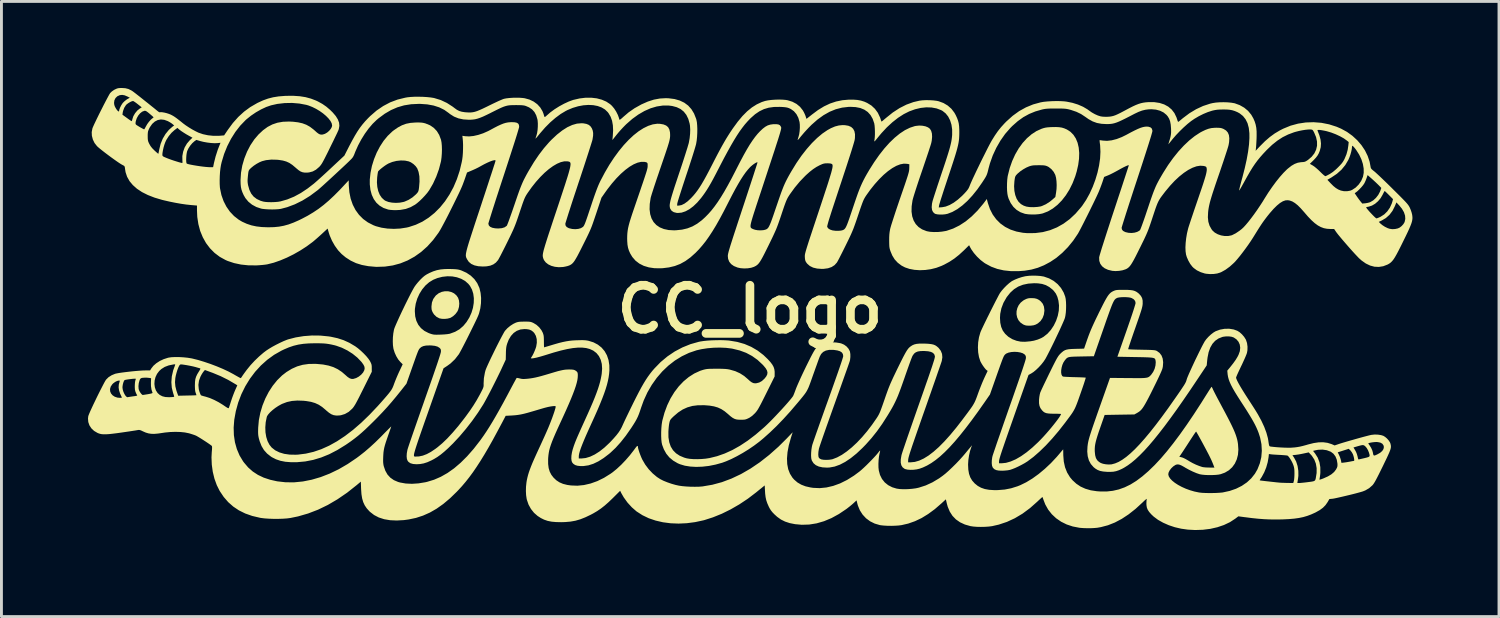
<source format=kicad_pcb>
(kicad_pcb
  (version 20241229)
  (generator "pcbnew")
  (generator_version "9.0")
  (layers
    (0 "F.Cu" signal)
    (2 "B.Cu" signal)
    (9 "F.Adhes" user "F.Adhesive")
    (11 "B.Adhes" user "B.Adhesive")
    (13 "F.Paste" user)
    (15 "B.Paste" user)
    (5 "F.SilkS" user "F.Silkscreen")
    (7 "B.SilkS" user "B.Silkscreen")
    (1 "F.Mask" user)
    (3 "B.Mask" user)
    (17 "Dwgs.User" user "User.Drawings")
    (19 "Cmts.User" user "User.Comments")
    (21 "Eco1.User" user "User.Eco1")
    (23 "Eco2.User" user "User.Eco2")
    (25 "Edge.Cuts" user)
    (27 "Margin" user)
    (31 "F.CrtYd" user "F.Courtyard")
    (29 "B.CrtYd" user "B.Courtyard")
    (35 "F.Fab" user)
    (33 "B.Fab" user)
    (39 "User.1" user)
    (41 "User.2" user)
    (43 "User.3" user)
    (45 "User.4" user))
  (footprint "CC_logo"
    (layer "F.Cu")
    (at 22.945 7.672)
    (property "Reference" "CC_logo" (at 0 0 0) (layer "F.SilkS") (effects (font (size 1.524 1.524) (thickness 0.3))))
    (attr board_only exclude_from_pos_files exclude_from_bom)
    (fp_poly (pts (xy -10.461 -0.626) (xy -10.354 -0.601) (xy -10.256 -0.554) (xy -10.175 -0.484) (xy -10.117 -0.401) (xy -10.086 -0.307) (xy -10.075 -0.198) (xy -10.085 -0.085) (xy -10.115 0.02) (xy -10.144 0.079) (xy -10.209 0.165) (xy -10.289 0.238) (xy -10.372 0.29) (xy -10.396 0.3) (xy -10.482 0.322) (xy -10.581 0.332) (xy -10.679 0.329) (xy -10.762 0.313) (xy -10.768 0.311) (xy -10.867 0.258) (xy -10.95 0.178) (xy -10.992 0.113) (xy -11.017 0.061) (xy -11.032 0.015) (xy -11.038 -0.041) (xy -11.039 -0.103) (xy -11.023 -0.237) (xy -10.978 -0.357) (xy -10.902 -0.463) (xy -10.879 -0.488) (xy -10.787 -0.559) (xy -10.683 -0.605) (xy -10.573 -0.627)) (stroke (width 0) (type solid)) (fill yes) (layer "F.SilkS"))
    (fp_poly (pts (xy 9.867 -0.383) (xy 9.949 -0.362) (xy 10.021 -0.324) (xy 10.081 -0.276) (xy 10.15 -0.193) (xy 10.191 -0.093) (xy 10.206 0.026) (xy 10.206 0.05) (xy 10.188 0.184) (xy 10.142 0.305) (xy 10.071 0.408) (xy 9.981 0.487) (xy 9.908 0.528) (xy 9.833 0.553) (xy 9.743 0.565) (xy 9.673 0.567) (xy 9.598 0.564) (xy 9.541 0.553) (xy 9.486 0.531) (xy 9.465 0.52) (xy 9.373 0.455) (xy 9.305 0.373) (xy 9.261 0.277) (xy 9.24 0.172) (xy 9.242 0.064) (xy 9.268 -0.042) (xy 9.315 -0.143) (xy 9.385 -0.233) (xy 9.476 -0.307) (xy 9.526 -0.335) (xy 9.591 -0.365) (xy 9.645 -0.381) (xy 9.703 -0.388) (xy 9.764 -0.389)) (stroke (width 0) (type solid)) (fill yes) (layer "F.SilkS"))
    (fp_poly (pts (xy -11.461 -6.476) (xy -11.385 -6.472) (xy -11.323 -6.463) (xy -11.262 -6.448) (xy -11.24 -6.441) (xy -11.089 -6.379) (xy -10.96 -6.291) (xy -10.854 -6.18) (xy -10.771 -6.043) (xy -10.71 -5.882) (xy -10.707 -5.87) (xy -10.69 -5.78) (xy -10.68 -5.666) (xy -10.676 -5.537) (xy -10.68 -5.402) (xy -10.69 -5.27) (xy -10.706 -5.149) (xy -10.714 -5.112) (xy -10.781 -4.854) (xy -10.874 -4.598) (xy -10.986 -4.354) (xy -11.116 -4.131) (xy -11.118 -4.128) (xy -11.182 -4.04) (xy -11.264 -3.944) (xy -11.356 -3.846) (xy -11.451 -3.754) (xy -11.541 -3.677) (xy -11.608 -3.627) (xy -11.77 -3.538) (xy -11.94 -3.478) (xy -12.125 -3.445) (xy -12.292 -3.437) (xy -12.375 -3.44) (xy -12.456 -3.446) (xy -12.523 -3.455) (xy -12.545 -3.46) (xy -12.701 -3.513) (xy -12.835 -3.592) (xy -12.949 -3.695) (xy -13.04 -3.822) (xy -13.109 -3.971) (xy -13.155 -4.141) (xy -13.177 -4.332) (xy -13.177 -4.403) (xy -12.93 -4.403) (xy -12.917 -4.242) (xy -12.884 -4.097) (xy -12.832 -3.97) (xy -12.761 -3.866) (xy -12.674 -3.786) (xy -12.629 -3.759) (xy -12.528 -3.721) (xy -12.407 -3.698) (xy -12.274 -3.69) (xy -12.14 -3.697) (xy -12.013 -3.721) (xy -11.967 -3.735) (xy -11.831 -3.795) (xy -11.699 -3.879) (xy -11.583 -3.979) (xy -11.571 -3.991) (xy -11.532 -4.034) (xy -11.507 -4.068) (xy -11.491 -4.104) (xy -11.48 -4.151) (xy -11.47 -4.221) (xy -11.469 -4.229) (xy -11.453 -4.432) (xy -11.458 -4.61) (xy -11.486 -4.762) (xy -11.532 -4.885) (xy -11.587 -4.962) (xy -11.663 -5.035) (xy -11.752 -5.095) (xy -11.827 -5.128) (xy -11.957 -5.155) (xy -12.102 -5.16) (xy -12.253 -5.144) (xy -12.401 -5.107) (xy -12.531 -5.054) (xy -12.587 -5.022) (xy -12.653 -4.979) (xy -12.721 -4.929) (xy -12.786 -4.878) (xy -12.84 -4.832) (xy -12.877 -4.794) (xy -12.891 -4.775) (xy -12.897 -4.746) (xy -12.906 -4.694) (xy -12.915 -4.625) (xy -12.921 -4.576) (xy -12.93 -4.403) (xy -13.177 -4.403) (xy -13.177 -4.495) (xy -13.152 -4.732) (xy -13.103 -4.971) (xy -13.03 -5.205) (xy -12.938 -5.43) (xy -12.826 -5.643) (xy -12.699 -5.839) (xy -12.557 -6.012) (xy -12.403 -6.16) (xy -12.349 -6.203) (xy -12.201 -6.305) (xy -12.061 -6.38) (xy -11.919 -6.432) (xy -11.768 -6.462) (xy -11.598 -6.475) (xy -11.558 -6.476)) (stroke (width 0) (type solid)) (fill yes) (layer "F.SilkS"))
    (fp_poly (pts (xy 10.718 -6.313) (xy 10.81 -6.299) (xy 10.893 -6.274) (xy 10.976 -6.238) (xy 10.984 -6.235) (xy 11.109 -6.154) (xy 11.213 -6.049) (xy 11.296 -5.921) (xy 11.357 -5.773) (xy 11.396 -5.605) (xy 11.413 -5.42) (xy 11.407 -5.219) (xy 11.378 -5.004) (xy 11.326 -4.777) (xy 11.276 -4.611) (xy 11.184 -4.373) (xy 11.075 -4.153) (xy 10.95 -3.953) (xy 10.811 -3.775) (xy 10.66 -3.621) (xy 10.499 -3.494) (xy 10.33 -3.395) (xy 10.155 -3.327) (xy 10.121 -3.318) (xy 10.019 -3.299) (xy 9.899 -3.289) (xy 9.772 -3.287) (xy 9.65 -3.293) (xy 9.545 -3.308) (xy 9.527 -3.312) (xy 9.377 -3.365) (xy 9.245 -3.445) (xy 9.131 -3.552) (xy 9.038 -3.683) (xy 8.966 -3.837) (xy 8.94 -3.921) (xy 8.924 -4.005) (xy 8.913 -4.112) (xy 8.909 -4.234) (xy 8.91 -4.267) (xy 9.156 -4.267) (xy 9.166 -4.106) (xy 9.196 -3.961) (xy 9.244 -3.833) (xy 9.31 -3.728) (xy 9.393 -3.649) (xy 9.399 -3.645) (xy 9.487 -3.594) (xy 9.582 -3.561) (xy 9.692 -3.544) (xy 9.825 -3.541) (xy 9.842 -3.541) (xy 9.969 -3.55) (xy 10.068 -3.565) (xy 10.119 -3.58) (xy 10.258 -3.643) (xy 10.397 -3.732) (xy 10.492 -3.81) (xy 10.586 -3.894) (xy 10.611 -4.044) (xy 10.627 -4.173) (xy 10.632 -4.307) (xy 10.626 -4.438) (xy 10.611 -4.556) (xy 10.586 -4.652) (xy 10.583 -4.661) (xy 10.528 -4.765) (xy 10.45 -4.858) (xy 10.358 -4.931) (xy 10.312 -4.956) (xy 10.272 -4.972) (xy 10.232 -4.983) (xy 10.186 -4.99) (xy 10.125 -4.994) (xy 10.041 -4.995) (xy 10.008 -4.995) (xy 9.911 -4.994) (xy 9.839 -4.991) (xy 9.781 -4.984) (xy 9.729 -4.972) (xy 9.678 -4.956) (xy 9.577 -4.912) (xy 9.468 -4.85) (xy 9.365 -4.779) (xy 9.278 -4.705) (xy 9.255 -4.681) (xy 9.224 -4.647) (xy 9.204 -4.616) (xy 9.19 -4.581) (xy 9.18 -4.533) (xy 9.17 -4.463) (xy 9.167 -4.439) (xy 9.156 -4.267) (xy 8.91 -4.267) (xy 8.911 -4.362) (xy 8.918 -4.486) (xy 8.931 -4.596) (xy 8.939 -4.636) (xy 9.004 -4.895) (xy 9.09 -5.14) (xy 9.194 -5.368) (xy 9.315 -5.577) (xy 9.451 -5.765) (xy 9.601 -5.93) (xy 9.763 -6.069) (xy 9.934 -6.18) (xy 10.115 -6.261) (xy 10.125 -6.264) (xy 10.191 -6.285) (xy 10.252 -6.299) (xy 10.32 -6.308) (xy 10.403 -6.314) (xy 10.476 -6.317) (xy 10.609 -6.319)) (stroke (width 0) (type solid)) (fill yes) (layer "F.SilkS"))
    (fp_poly (pts (xy -21.651 -7.664) (xy -21.546 -7.638) (xy -21.445 -7.589) (xy -21.39 -7.554) (xy -21.36 -7.531) (xy -21.307 -7.491) (xy -21.237 -7.436) (xy -21.152 -7.37) (xy -21.058 -7.295) (xy -20.957 -7.214) (xy -20.853 -7.132) (xy -20.752 -7.05) (xy -20.655 -6.973) (xy -20.569 -6.902) (xy -20.514 -6.858) (xy -20.479 -6.835) (xy -20.453 -6.828) (xy -20.45 -6.83) (xy -20.418 -6.835) (xy -20.363 -6.83) (xy -20.293 -6.818) (xy -20.217 -6.799) (xy -20.142 -6.775) (xy -20.077 -6.749) (xy -20.075 -6.748) (xy -20.027 -6.723) (xy -19.981 -6.697) (xy -19.933 -6.666) (xy -19.877 -6.626) (xy -19.809 -6.574) (xy -19.724 -6.507) (xy -19.645 -6.443) (xy -19.557 -6.378) (xy -19.45 -6.307) (xy -19.335 -6.237) (xy -19.221 -6.175) (xy -19.121 -6.126) (xy -19.114 -6.123) (xy -18.959 -6.07) (xy -18.785 -6.033) (xy -18.601 -6.014) (xy -18.416 -6.014) (xy -18.376 -6.017) (xy -18.227 -6.029) (xy -18.101 -6.216) (xy -17.924 -6.457) (xy -17.736 -6.668) (xy -17.536 -6.851) (xy -17.32 -7.01) (xy -17.085 -7.146) (xy -17.056 -7.161) (xy -16.877 -7.243) (xy -16.704 -7.305) (xy -16.528 -7.35) (xy -16.34 -7.38) (xy -16.131 -7.397) (xy -16.066 -7.4) (xy -15.822 -7.401) (xy -15.603 -7.386) (xy -15.403 -7.354) (xy -15.218 -7.304) (xy -15.041 -7.236) (xy -14.975 -7.205) (xy -14.821 -7.12) (xy -14.685 -7.026) (xy -14.555 -6.915) (xy -14.46 -6.821) (xy -14.356 -6.699) (xy -14.284 -6.582) (xy -14.242 -6.47) (xy -14.232 -6.359) (xy -14.251 -6.249) (xy -14.265 -6.209) (xy -14.28 -6.176) (xy -14.307 -6.116) (xy -14.346 -6.035) (xy -14.394 -5.936) (xy -14.448 -5.823) (xy -14.509 -5.7) (xy -14.568 -5.579) (xy -14.639 -5.434) (xy -14.699 -5.315) (xy -14.747 -5.22) (xy -14.787 -5.145) (xy -14.82 -5.085) (xy -14.848 -5.039) (xy -14.873 -5.003) (xy -14.897 -4.973) (xy -14.922 -4.945) (xy -14.935 -4.932) (xy -15.043 -4.84) (xy -15.155 -4.779) (xy -15.278 -4.746) (xy -15.347 -4.739) (xy -15.433 -4.739) (xy -15.506 -4.751) (xy -15.575 -4.777) (xy -15.645 -4.823) (xy -15.727 -4.891) (xy -15.753 -4.914) (xy -15.861 -5.005) (xy -15.964 -5.074) (xy -16.071 -5.123) (xy -16.19 -5.157) (xy -16.33 -5.179) (xy -16.393 -5.185) (xy -16.592 -5.19) (xy -16.776 -5.17) (xy -16.912 -5.135) (xy -17.002 -5.097) (xy -17.102 -5.042) (xy -17.201 -4.976) (xy -17.286 -4.907) (xy -17.32 -4.875) (xy -17.347 -4.847) (xy -17.365 -4.821) (xy -17.378 -4.79) (xy -17.387 -4.747) (xy -17.395 -4.684) (xy -17.402 -4.62) (xy -17.41 -4.528) (xy -17.414 -4.459) (xy -17.411 -4.4) (xy -17.403 -4.341) (xy -17.395 -4.298) (xy -17.351 -4.142) (xy -17.288 -4.012) (xy -17.204 -3.907) (xy -17.096 -3.825) (xy -16.965 -3.763) (xy -16.867 -3.734) (xy -16.79 -3.722) (xy -16.691 -3.715) (xy -16.579 -3.714) (xy -16.465 -3.718) (xy -16.359 -3.727) (xy -16.271 -3.742) (xy -16.037 -3.809) (xy -15.802 -3.905) (xy -15.567 -4.032) (xy -15.33 -4.19) (xy -15.111 -4.36) (xy -15.058 -4.406) (xy -14.985 -4.47) (xy -14.896 -4.55) (xy -14.796 -4.641) (xy -14.689 -4.739) (xy -14.578 -4.842) (xy -14.5 -4.915) (xy -14.058 -5.328) (xy -13.892 -5.654) (xy -13.79 -5.847) (xy -13.697 -6.014) (xy -13.609 -6.16) (xy -13.522 -6.289) (xy -13.432 -6.407) (xy -13.337 -6.519) (xy -13.233 -6.629) (xy -13.163 -6.698) (xy -12.944 -6.888) (xy -12.713 -7.046) (xy -12.471 -7.174) (xy -12.216 -7.27) (xy -11.948 -7.336) (xy -11.875 -7.349) (xy -11.764 -7.361) (xy -11.631 -7.368) (xy -11.487 -7.369) (xy -11.339 -7.366) (xy -11.196 -7.357) (xy -11.067 -7.344) (xy -10.961 -7.327) (xy -10.944 -7.323) (xy -10.717 -7.254) (xy -10.503 -7.153) (xy -10.3 -7.022) (xy -10.243 -6.978) (xy -10.16 -6.918) (xy -10.079 -6.876) (xy -9.989 -6.849) (xy -9.882 -6.832) (xy -9.8 -6.826) (xy -9.728 -6.823) (xy -9.662 -6.825) (xy -9.598 -6.833) (xy -9.531 -6.848) (xy -9.457 -6.872) (xy -9.371 -6.907) (xy -9.268 -6.953) (xy -9.145 -7.012) (xy -9.025 -7.071) (xy -8.913 -7.126) (xy -8.805 -7.177) (xy -8.707 -7.223) (xy -8.623 -7.259) (xy -8.56 -7.285) (xy -8.525 -7.297) (xy -8.443 -7.313) (xy -8.338 -7.325) (xy -8.218 -7.333) (xy -8.094 -7.335) (xy -7.974 -7.333) (xy -7.868 -7.325) (xy -7.806 -7.316) (xy -7.643 -7.271) (xy -7.497 -7.201) (xy -7.371 -7.109) (xy -7.268 -6.996) (xy -7.191 -6.867) (xy -7.158 -6.784) (xy -7.142 -6.73) (xy -7.128 -6.688) (xy -7.123 -6.672) (xy -7.111 -6.666) (xy -7.083 -6.683) (xy -7.045 -6.717) (xy -6.92 -6.826) (xy -6.773 -6.934) (xy -6.611 -7.036) (xy -6.444 -7.127) (xy -6.28 -7.203) (xy -6.128 -7.258) (xy -6.115 -7.261) (xy -5.902 -7.31) (xy -5.695 -7.335) (xy -5.496 -7.335) (xy -5.309 -7.313) (xy -5.136 -7.267) (xy -4.98 -7.2) (xy -4.846 -7.111) (xy -4.785 -7.055) (xy -4.707 -6.962) (xy -4.636 -6.852) (xy -4.578 -6.737) (xy -4.551 -6.663) (xy -4.536 -6.615) (xy -4.525 -6.579) (xy -4.524 -6.573) (xy -4.509 -6.572) (xy -4.473 -6.596) (xy -4.418 -6.644) (xy -4.398 -6.663) (xy -4.206 -6.827) (xy -4.002 -6.969) (xy -3.775 -7.096) (xy -3.758 -7.105) (xy -3.54 -7.201) (xy -3.329 -7.269) (xy -3.123 -7.307) (xy -2.916 -7.319) (xy -2.817 -7.315) (xy -2.614 -7.289) (xy -2.435 -7.238) (xy -2.277 -7.163) (xy -2.142 -7.063) (xy -2.029 -6.937) (xy -1.938 -6.787) (xy -1.868 -6.611) (xy -1.856 -6.571) (xy -1.839 -6.485) (xy -1.829 -6.374) (xy -1.824 -6.247) (xy -1.826 -6.112) (xy -1.833 -5.977) (xy -1.846 -5.849) (xy -1.865 -5.738) (xy -1.865 -5.737) (xy -1.877 -5.689) (xy -1.899 -5.612) (xy -1.929 -5.511) (xy -1.967 -5.389) (xy -2.011 -5.249) (xy -2.061 -5.095) (xy -2.114 -4.931) (xy -2.17 -4.761) (xy -2.209 -4.645) (xy -2.265 -4.475) (xy -2.318 -4.314) (xy -2.367 -4.163) (xy -2.411 -4.026) (xy -2.449 -3.907) (xy -2.48 -3.807) (xy -2.503 -3.73) (xy -2.516 -3.68) (xy -2.52 -3.661) (xy -2.525 -3.594) (xy -2.462 -3.596) (xy -2.37 -3.614) (xy -2.269 -3.664) (xy -2.159 -3.744) (xy -2.039 -3.857) (xy -2.031 -3.866) (xy -1.957 -3.946) (xy -1.887 -4.03) (xy -1.818 -4.121) (xy -1.748 -4.223) (xy -1.675 -4.339) (xy -1.597 -4.473) (xy -1.512 -4.627) (xy -1.417 -4.806) (xy -1.325 -4.984) (xy -1.22 -5.19) (xy -1.127 -5.369) (xy -1.043 -5.526) (xy -0.967 -5.665) (xy -0.896 -5.79) (xy -0.829 -5.905) (xy -0.761 -6.015) (xy -0.693 -6.122) (xy -0.62 -6.231) (xy -0.587 -6.279) (xy -0.422 -6.505) (xy -0.259 -6.7) (xy -0.096 -6.864) (xy 0.068 -6.998) (xy 0.236 -7.104) (xy 0.408 -7.184) (xy 0.527 -7.223) (xy 0.625 -7.243) (xy 0.745 -7.258) (xy 0.878 -7.267) (xy 1.012 -7.271) (xy 1.14 -7.267) (xy 1.25 -7.257) (xy 1.306 -7.247) (xy 1.47 -7.196) (xy 1.614 -7.12) (xy 1.735 -7.02) (xy 1.832 -6.898) (xy 1.871 -6.829) (xy 1.901 -6.765) (xy 1.926 -6.705) (xy 1.94 -6.661) (xy 1.941 -6.659) (xy 1.951 -6.622) (xy 1.959 -6.605) (xy 1.96 -6.604) (xy 1.975 -6.614) (xy 2.01 -6.641) (xy 2.062 -6.682) (xy 2.126 -6.732) (xy 2.148 -6.75) (xy 2.36 -6.908) (xy 2.568 -7.035) (xy 2.775 -7.133) (xy 2.985 -7.203) (xy 3.203 -7.248) (xy 3.417 -7.267) (xy 3.581 -7.268) (xy 3.722 -7.258) (xy 3.847 -7.235) (xy 3.965 -7.198) (xy 4.063 -7.154) (xy 4.21 -7.064) (xy 4.333 -6.949) (xy 4.433 -6.812) (xy 4.509 -6.652) (xy 4.521 -6.619) (xy 4.539 -6.564) (xy 4.553 -6.524) (xy 4.56 -6.507) (xy 4.573 -6.515) (xy 4.607 -6.541) (xy 4.655 -6.582) (xy 4.714 -6.632) (xy 4.72 -6.637) (xy 4.951 -6.822) (xy 5.186 -6.975) (xy 5.425 -7.096) (xy 5.666 -7.183) (xy 5.875 -7.232) (xy 5.982 -7.245) (xy 6.105 -7.251) (xy 6.236 -7.249) (xy 6.362 -7.241) (xy 6.474 -7.227) (xy 6.542 -7.212) (xy 6.708 -7.151) (xy 6.856 -7.063) (xy 6.983 -6.951) (xy 7.086 -6.816) (xy 7.133 -6.732) (xy 7.18 -6.63) (xy 7.214 -6.537) (xy 7.237 -6.446) (xy 7.25 -6.346) (xy 7.256 -6.228) (xy 7.257 -6.137) (xy 7.256 -6.058) (xy 7.253 -5.984) (xy 7.249 -5.913) (xy 7.241 -5.841) (xy 7.229 -5.766) (xy 7.212 -5.684) (xy 7.19 -5.593) (xy 7.162 -5.49) (xy 7.127 -5.371) (xy 7.084 -5.234) (xy 7.033 -5.075) (xy 6.973 -4.892) (xy 6.903 -4.681) (xy 6.874 -4.595) (xy 6.818 -4.425) (xy 6.764 -4.263) (xy 6.714 -4.112) (xy 6.67 -3.974) (xy 6.631 -3.854) (xy 6.599 -3.753) (xy 6.576 -3.675) (xy 6.561 -3.624) (xy 6.556 -3.604) (xy 6.545 -3.531) (xy 6.663 -3.539) (xy 6.787 -3.563) (xy 6.921 -3.616) (xy 7.062 -3.696) (xy 7.206 -3.802) (xy 7.352 -3.932) (xy 7.437 -4.019) (xy 7.5 -4.088) (xy 7.544 -4.143) (xy 7.577 -4.193) (xy 7.602 -4.245) (xy 7.623 -4.298) (xy 7.645 -4.352) (xy 7.68 -4.432) (xy 7.726 -4.534) (xy 7.782 -4.652) (xy 7.844 -4.784) (xy 7.912 -4.924) (xy 7.982 -5.069) (xy 8.053 -5.214) (xy 8.124 -5.355) (xy 8.191 -5.489) (xy 8.252 -5.61) (xy 8.307 -5.715) (xy 8.352 -5.799) (xy 8.383 -5.854) (xy 8.49 -6.026) (xy 8.594 -6.176) (xy 8.703 -6.313) (xy 8.824 -6.446) (xy 8.89 -6.513) (xy 9.106 -6.707) (xy 9.331 -6.87) (xy 9.568 -7.001) (xy 9.817 -7.103) (xy 10.075 -7.174) (xy 10.184 -7.193) (xy 10.317 -7.206) (xy 10.464 -7.215) (xy 10.615 -7.219) (xy 10.761 -7.217) (xy 10.892 -7.209) (xy 10.975 -7.199) (xy 11.178 -7.158) (xy 11.37 -7.098) (xy 11.545 -7.022) (xy 11.697 -6.933) (xy 11.758 -6.888) (xy 11.85 -6.824) (xy 11.955 -6.765) (xy 12.061 -6.718) (xy 12.157 -6.688) (xy 12.164 -6.687) (xy 12.225 -6.678) (xy 12.304 -6.674) (xy 12.387 -6.674) (xy 12.407 -6.675) (xy 12.477 -6.68) (xy 12.54 -6.69) (xy 12.604 -6.706) (xy 12.672 -6.73) (xy 12.751 -6.765) (xy 12.847 -6.812) (xy 12.964 -6.874) (xy 13.007 -6.897) (xy 13.152 -6.974) (xy 13.274 -7.036) (xy 13.377 -7.083) (xy 13.469 -7.119) (xy 13.553 -7.145) (xy 13.635 -7.163) (xy 13.721 -7.175) (xy 13.815 -7.182) (xy 13.817 -7.182) (xy 14.017 -7.181) (xy 14.198 -7.154) (xy 14.359 -7.102) (xy 14.499 -7.026) (xy 14.617 -6.926) (xy 14.713 -6.802) (xy 14.784 -6.655) (xy 14.808 -6.583) (xy 14.825 -6.53) (xy 14.837 -6.504) (xy 14.85 -6.5) (xy 14.864 -6.508) (xy 14.888 -6.528) (xy 14.931 -6.563) (xy 14.984 -6.607) (xy 15.008 -6.627) (xy 15.233 -6.796) (xy 15.467 -6.937) (xy 15.706 -7.048) (xy 15.949 -7.128) (xy 16.033 -7.148) (xy 16.145 -7.166) (xy 16.276 -7.176) (xy 16.415 -7.179) (xy 16.553 -7.175) (xy 16.68 -7.163) (xy 16.787 -7.145) (xy 16.805 -7.141) (xy 16.977 -7.078) (xy 17.132 -6.99) (xy 17.266 -6.879) (xy 17.376 -6.746) (xy 17.449 -6.619) (xy 17.496 -6.51) (xy 17.529 -6.405) (xy 17.551 -6.294) (xy 17.562 -6.171) (xy 17.563 -6.028) (xy 17.561 -5.929) (xy 17.556 -5.83) (xy 17.551 -5.737) (xy 17.546 -5.657) (xy 17.541 -5.597) (xy 17.539 -5.579) (xy 17.529 -5.495) (xy 17.682 -5.657) (xy 17.853 -5.828) (xy 18.02 -5.972) (xy 18.19 -6.096) (xy 18.37 -6.203) (xy 18.489 -6.263) (xy 18.74 -6.366) (xy 19.001 -6.437) (xy 19.267 -6.477) (xy 19.537 -6.486) (xy 19.807 -6.465) (xy 20.074 -6.412) (xy 20.334 -6.329) (xy 20.492 -6.261) (xy 20.695 -6.15) (xy 20.881 -6.016) (xy 21.049 -5.862) (xy 21.195 -5.692) (xy 21.317 -5.51) (xy 21.412 -5.317) (xy 21.479 -5.118) (xy 21.509 -4.961) (xy 21.516 -4.921) (xy 21.526 -4.89) (xy 21.547 -4.862) (xy 21.583 -4.828) (xy 21.639 -4.783) (xy 21.646 -4.778) (xy 21.684 -4.745) (xy 21.743 -4.691) (xy 21.82 -4.62) (xy 21.91 -4.534) (xy 22.011 -4.437) (xy 22.119 -4.332) (xy 22.232 -4.221) (xy 22.292 -4.161) (xy 22.418 -4.036) (xy 22.523 -3.932) (xy 22.608 -3.846) (xy 22.676 -3.776) (xy 22.73 -3.719) (xy 22.772 -3.672) (xy 22.804 -3.633) (xy 22.828 -3.6) (xy 22.848 -3.569) (xy 22.864 -3.539) (xy 22.874 -3.519) (xy 22.906 -3.442) (xy 22.934 -3.359) (xy 22.952 -3.287) (xy 22.953 -3.283) (xy 22.96 -3.233) (xy 22.964 -3.186) (xy 22.963 -3.138) (xy 22.956 -3.087) (xy 22.943 -3.03) (xy 22.922 -2.964) (xy 22.892 -2.887) (xy 22.853 -2.795) (xy 22.803 -2.685) (xy 22.741 -2.556) (xy 22.666 -2.403) (xy 22.578 -2.224) (xy 22.547 -2.162) (xy 22.474 -2.018) (xy 22.411 -1.9) (xy 22.357 -1.806) (xy 22.309 -1.732) (xy 22.263 -1.674) (xy 22.218 -1.628) (xy 22.17 -1.591) (xy 22.117 -1.56) (xy 22.1 -1.551) (xy 21.952 -1.494) (xy 21.801 -1.47) (xy 21.648 -1.477) (xy 21.497 -1.517) (xy 21.347 -1.589) (xy 21.201 -1.692) (xy 21.108 -1.775) (xy 21.051 -1.835) (xy 20.979 -1.911) (xy 20.896 -2.002) (xy 20.807 -2.101) (xy 20.715 -2.206) (xy 20.624 -2.311) (xy 20.537 -2.412) (xy 20.459 -2.505) (xy 20.393 -2.585) (xy 20.343 -2.649) (xy 20.317 -2.684) (xy 20.249 -2.785) (xy 20.119 -2.785) (xy 20.002 -2.792) (xy 19.893 -2.813) (xy 19.788 -2.852) (xy 19.683 -2.909) (xy 19.576 -2.988) (xy 19.528 -3.031) (xy 21.798 -3.031) (xy 21.848 -2.979) (xy 21.921 -2.918) (xy 22.011 -2.86) (xy 22.106 -2.814) (xy 22.172 -2.792) (xy 22.265 -2.778) (xy 22.364 -2.784) (xy 22.456 -2.804) (xy 22.522 -2.834) (xy 22.59 -2.887) (xy 22.649 -2.952) (xy 22.69 -3.021) (xy 22.693 -3.028) (xy 22.716 -3.135) (xy 22.708 -3.248) (xy 22.669 -3.366) (xy 22.6 -3.486) (xy 22.512 -3.595) (xy 22.408 -3.706) (xy 22.354 -3.575) (xy 22.272 -3.413) (xy 22.168 -3.276) (xy 22.043 -3.164) (xy 21.903 -3.081) (xy 21.798 -3.031) (xy 19.528 -3.031) (xy 19.464 -3.089) (xy 19.342 -3.216) (xy 19.21 -3.369) (xy 19.093 -3.501) (xy 19.058 -3.536) (xy 21.359 -3.536) (xy 21.366 -3.519) (xy 21.392 -3.483) (xy 21.432 -3.435) (xy 21.482 -3.378) (xy 21.537 -3.319) (xy 21.592 -3.261) (xy 21.642 -3.211) (xy 21.683 -3.174) (xy 21.71 -3.154) (xy 21.715 -3.152) (xy 21.744 -3.159) (xy 21.793 -3.178) (xy 21.852 -3.205) (xy 21.863 -3.211) (xy 21.986 -3.29) (xy 22.093 -3.396) (xy 22.181 -3.523) (xy 22.247 -3.667) (xy 22.27 -3.74) (xy 22.29 -3.82) (xy 22.15 -3.961) (xy 22.095 -4.016) (xy 22.048 -4.061) (xy 22.015 -4.091) (xy 22 -4.102) (xy 22 -4.102) (xy 21.99 -4.087) (xy 21.969 -4.049) (xy 21.941 -3.995) (xy 21.929 -3.97) (xy 21.859 -3.851) (xy 21.77 -3.746) (xy 21.669 -3.659) (xy 21.561 -3.596) (xy 21.451 -3.56) (xy 21.43 -3.556) (xy 21.387 -3.548) (xy 21.361 -3.539) (xy 21.359 -3.536) (xy 19.058 -3.536) (xy 18.988 -3.606) (xy 18.891 -3.684) (xy 18.8 -3.739) (xy 18.711 -3.771) (xy 18.647 -3.782) (xy 18.563 -3.777) (xy 18.472 -3.745) (xy 18.373 -3.685) (xy 18.265 -3.596) (xy 18.147 -3.479) (xy 18.018 -3.332) (xy 17.92 -3.21) (xy 17.867 -3.14) (xy 17.817 -3.073) (xy 17.768 -3.004) (xy 17.717 -2.929) (xy 17.661 -2.843) (xy 17.597 -2.742) (xy 17.522 -2.621) (xy 17.434 -2.479) (xy 17.359 -2.363) (xy 17.273 -2.237) (xy 17.179 -2.106) (xy 17.082 -1.976) (xy 16.987 -1.853) (xy 16.897 -1.744) (xy 16.818 -1.653) (xy 16.775 -1.609) (xy 16.633 -1.481) (xy 16.487 -1.374) (xy 16.343 -1.293) (xy 16.296 -1.273) (xy 16.194 -1.242) (xy 16.073 -1.225) (xy 15.944 -1.222) (xy 15.819 -1.233) (xy 15.767 -1.242) (xy 15.625 -1.287) (xy 15.493 -1.351) (xy 15.382 -1.432) (xy 15.335 -1.478) (xy 15.261 -1.574) (xy 15.195 -1.69) (xy 15.142 -1.812) (xy 15.116 -1.899) (xy 15.1 -2.012) (xy 15.095 -2.149) (xy 15.103 -2.303) (xy 15.121 -2.467) (xy 15.149 -2.634) (xy 15.188 -2.797) (xy 15.191 -2.807) (xy 15.203 -2.849) (xy 15.226 -2.919) (xy 15.257 -3.013) (xy 15.295 -3.129) (xy 15.34 -3.262) (xy 15.389 -3.409) (xy 15.443 -3.567) (xy 15.499 -3.731) (xy 15.523 -3.801) (xy 15.593 -4.006) (xy 15.653 -4.181) (xy 15.703 -4.33) (xy 15.743 -4.456) (xy 15.775 -4.56) (xy 15.8 -4.646) (xy 15.817 -4.716) (xy 15.828 -4.773) (xy 15.834 -4.819) (xy 15.835 -4.857) (xy 15.831 -4.889) (xy 15.827 -4.909) (xy 15.815 -4.935) (xy 15.791 -4.952) (xy 15.744 -4.966) (xy 15.726 -4.97) (xy 15.608 -4.978) (xy 15.478 -4.957) (xy 15.339 -4.907) (xy 15.192 -4.831) (xy 15.039 -4.729) (xy 14.881 -4.603) (xy 14.721 -4.454) (xy 14.561 -4.282) (xy 14.401 -4.09) (xy 14.393 -4.08) (xy 14.328 -3.995) (xy 14.274 -3.924) (xy 14.229 -3.862) (xy 14.192 -3.803) (xy 14.159 -3.743) (xy 14.128 -3.677) (xy 14.097 -3.6) (xy 14.063 -3.508) (xy 14.025 -3.396) (xy 13.979 -3.258) (xy 13.959 -3.197) (xy 13.914 -3.06) (xy 13.875 -2.945) (xy 13.841 -2.847) (xy 13.809 -2.76) (xy 13.776 -2.678) (xy 13.741 -2.596) (xy 13.701 -2.508) (xy 13.654 -2.408) (xy 13.596 -2.29) (xy 13.527 -2.149) (xy 13.515 -2.126) (xy 13.435 -1.965) (xy 13.367 -1.83) (xy 13.309 -1.72) (xy 13.259 -1.632) (xy 13.216 -1.562) (xy 13.177 -1.508) (xy 13.14 -1.466) (xy 13.104 -1.435) (xy 13.067 -1.41) (xy 13.026 -1.39) (xy 13.016 -1.386) (xy 12.914 -1.353) (xy 12.795 -1.333) (xy 12.671 -1.326) (xy 12.556 -1.334) (xy 12.555 -1.335) (xy 12.414 -1.369) (xy 12.297 -1.422) (xy 12.207 -1.492) (xy 12.144 -1.578) (xy 12.109 -1.679) (xy 12.104 -1.794) (xy 12.104 -1.797) (xy 12.111 -1.832) (xy 12.129 -1.898) (xy 12.158 -1.994) (xy 12.196 -2.121) (xy 12.246 -2.277) (xy 12.305 -2.462) (xy 12.374 -2.677) (xy 12.453 -2.919) (xy 12.541 -3.19) (xy 12.623 -3.438) (xy 12.695 -3.656) (xy 12.764 -3.866) (xy 12.83 -4.064) (xy 12.891 -4.249) (xy 12.946 -4.418) (xy 12.996 -4.57) (xy 13.039 -4.702) (xy 13.075 -4.812) (xy 13.103 -4.898) (xy 13.122 -4.957) (xy 13.132 -4.988) (xy 13.133 -4.992) (xy 13.12 -4.996) (xy 13.081 -4.984) (xy 13.021 -4.958) (xy 12.943 -4.92) (xy 12.851 -4.871) (xy 12.773 -4.827) (xy 12.682 -4.777) (xy 12.588 -4.727) (xy 12.5 -4.683) (xy 12.428 -4.65) (xy 12.416 -4.645) (xy 12.277 -4.589) (xy 12.217 -4.408) (xy 12.183 -4.313) (xy 12.144 -4.209) (xy 12.105 -4.111) (xy 12.088 -4.069) (xy 12.056 -3.998) (xy 12.013 -3.905) (xy 11.96 -3.794) (xy 11.9 -3.669) (xy 11.834 -3.535) (xy 11.766 -3.396) (xy 11.696 -3.255) (xy 11.627 -3.119) (xy 11.562 -2.989) (xy 11.502 -2.872) (xy 11.449 -2.77) (xy 11.406 -2.689) (xy 11.375 -2.633) (xy 11.368 -2.621) (xy 11.205 -2.38) (xy 11.023 -2.157) (xy 10.826 -1.957) (xy 10.618 -1.782) (xy 10.408 -1.642) (xy 10.192 -1.527) (xy 9.978 -1.44) (xy 9.757 -1.378) (xy 9.523 -1.339) (xy 9.308 -1.323) (xy 9.043 -1.324) (xy 8.799 -1.35) (xy 8.573 -1.401) (xy 8.364 -1.478) (xy 8.169 -1.582) (xy 8.123 -1.611) (xy 7.995 -1.709) (xy 7.872 -1.826) (xy 7.761 -1.954) (xy 7.67 -2.084) (xy 7.634 -2.149) (xy 7.597 -2.222) (xy 7.42 -2.047) (xy 7.249 -1.89) (xy 7.084 -1.759) (xy 6.914 -1.647) (xy 6.733 -1.549) (xy 6.638 -1.505) (xy 6.459 -1.438) (xy 6.27 -1.391) (xy 6.078 -1.364) (xy 5.887 -1.356) (xy 5.702 -1.369) (xy 5.53 -1.401) (xy 5.375 -1.453) (xy 5.254 -1.516) (xy 5.122 -1.616) (xy 5.017 -1.73) (xy 4.934 -1.864) (xy 4.873 -2.01) (xy 4.854 -2.066) (xy 4.841 -2.116) (xy 4.833 -2.166) (xy 4.829 -2.227) (xy 4.827 -2.305) (xy 4.826 -2.385) (xy 4.827 -2.5) (xy 4.832 -2.594) (xy 4.841 -2.676) (xy 4.855 -2.759) (xy 4.863 -2.797) (xy 4.876 -2.845) (xy 4.898 -2.921) (xy 4.93 -3.021) (xy 4.969 -3.142) (xy 5.014 -3.281) (xy 5.064 -3.433) (xy 5.119 -3.595) (xy 5.176 -3.764) (xy 5.211 -3.865) (xy 5.277 -4.056) (xy 5.333 -4.219) (xy 5.38 -4.356) (xy 5.418 -4.47) (xy 5.449 -4.564) (xy 5.473 -4.639) (xy 5.491 -4.701) (xy 5.504 -4.75) (xy 5.513 -4.79) (xy 5.518 -4.824) (xy 5.521 -4.854) (xy 5.522 -4.883) (xy 5.523 -4.895) (xy 5.525 -5.028) (xy 5.444 -5.044) (xy 5.331 -5.049) (xy 5.207 -5.025) (xy 5.073 -4.973) (xy 4.932 -4.894) (xy 4.785 -4.79) (xy 4.633 -4.661) (xy 4.479 -4.509) (xy 4.324 -4.336) (xy 4.17 -4.143) (xy 4.043 -3.966) (xy 4.013 -3.922) (xy 3.988 -3.882) (xy 3.965 -3.842) (xy 3.943 -3.799) (xy 3.921 -3.748) (xy 3.896 -3.685) (xy 3.867 -3.605) (xy 3.832 -3.506) (xy 3.79 -3.382) (xy 3.751 -3.266) (xy 3.701 -3.117) (xy 3.658 -2.993) (xy 3.62 -2.887) (xy 3.585 -2.792) (xy 3.548 -2.703) (xy 3.509 -2.613) (xy 3.464 -2.515) (xy 3.41 -2.402) (xy 3.345 -2.269) (xy 3.316 -2.21) (xy 3.254 -2.085) (xy 3.195 -1.967) (xy 3.14 -1.859) (xy 3.093 -1.766) (xy 3.054 -1.693) (xy 3.026 -1.642) (xy 3.014 -1.622) (xy 2.933 -1.532) (xy 2.831 -1.466) (xy 2.706 -1.423) (xy 2.557 -1.403) (xy 2.493 -1.401) (xy 2.329 -1.413) (xy 2.19 -1.446) (xy 2.076 -1.502) (xy 1.986 -1.581) (xy 1.959 -1.615) (xy 1.931 -1.66) (xy 1.915 -1.704) (xy 1.906 -1.761) (xy 1.903 -1.809) (xy 1.902 -1.83) (xy 1.902 -1.851) (xy 1.903 -1.873) (xy 1.906 -1.899) (xy 1.912 -1.93) (xy 1.922 -1.97) (xy 1.935 -2.019) (xy 1.953 -2.08) (xy 1.976 -2.156) (xy 2.005 -2.247) (xy 2.04 -2.357) (xy 2.082 -2.486) (xy 2.133 -2.639) (xy 2.191 -2.815) (xy 2.259 -3.019) (xy 2.336 -3.251) (xy 2.374 -3.365) (xy 2.461 -3.627) (xy 2.538 -3.86) (xy 2.605 -4.065) (xy 2.664 -4.243) (xy 2.714 -4.398) (xy 2.755 -4.53) (xy 2.789 -4.642) (xy 2.817 -4.735) (xy 2.837 -4.812) (xy 2.852 -4.873) (xy 2.861 -4.922) (xy 2.865 -4.959) (xy 2.865 -4.987) (xy 2.861 -5.008) (xy 2.854 -5.023) (xy 2.844 -5.035) (xy 2.841 -5.037) (xy 2.805 -5.052) (xy 2.742 -5.06) (xy 2.685 -5.062) (xy 2.617 -5.06) (xy 2.563 -5.052) (xy 2.511 -5.036) (xy 2.445 -5.007) (xy 2.426 -4.999) (xy 2.305 -4.935) (xy 2.19 -4.859) (xy 2.072 -4.767) (xy 1.946 -4.654) (xy 1.911 -4.62) (xy 1.73 -4.432) (xy 1.554 -4.221) (xy 1.393 -3.999) (xy 1.374 -3.971) (xy 1.344 -3.925) (xy 1.318 -3.883) (xy 1.295 -3.84) (xy 1.272 -3.792) (xy 1.248 -3.735) (xy 1.221 -3.664) (xy 1.189 -3.576) (xy 1.151 -3.465) (xy 1.105 -3.328) (xy 1.094 -3.294) (xy 1.048 -3.157) (xy 1.008 -3.042) (xy 0.973 -2.943) (xy 0.939 -2.853) (xy 0.905 -2.768) (xy 0.867 -2.682) (xy 0.824 -2.588) (xy 0.774 -2.481) (xy 0.713 -2.356) (xy 0.644 -2.214) (xy 0.565 -2.055) (xy 0.499 -1.923) (xy 0.443 -1.815) (xy 0.395 -1.729) (xy 0.353 -1.66) (xy 0.316 -1.607) (xy 0.281 -1.566) (xy 0.245 -1.534) (xy 0.208 -1.508) (xy 0.167 -1.486) (xy 0.136 -1.471) (xy 0.04 -1.44) (xy -0.076 -1.422) (xy -0.201 -1.417) (xy -0.324 -1.426) (xy -0.431 -1.449) (xy -0.556 -1.5) (xy -0.651 -1.567) (xy -0.718 -1.65) (xy -0.757 -1.75) (xy -0.767 -1.847) (xy -0.766 -1.867) (xy -0.763 -1.892) (xy -0.758 -1.922) (xy -0.749 -1.96) (xy -0.737 -2.008) (xy -0.72 -2.067) (xy -0.698 -2.141) (xy -0.671 -2.23) (xy -0.637 -2.336) (xy -0.597 -2.462) (xy -0.549 -2.61) (xy -0.493 -2.78) (xy -0.429 -2.977) (xy -0.355 -3.2) (xy -0.272 -3.453) (xy -0.249 -3.522) (xy -0.176 -3.742) (xy -0.107 -3.953) (xy -0.041 -4.153) (xy 0.02 -4.339) (xy 0.076 -4.51) (xy 0.126 -4.663) (xy 0.169 -4.797) (xy 0.205 -4.908) (xy 0.233 -4.996) (xy 0.252 -5.057) (xy 0.262 -5.09) (xy 0.263 -5.096) (xy 0.241 -5.096) (xy 0.201 -5.078) (xy 0.148 -5.045) (xy 0.091 -5.003) (xy 0.033 -4.954) (xy 0.002 -4.924) (xy -0.073 -4.841) (xy -0.15 -4.745) (xy -0.23 -4.632) (xy -0.315 -4.501) (xy -0.406 -4.348) (xy -0.505 -4.173) (xy -0.613 -3.971) (xy -0.731 -3.742) (xy -0.764 -3.677) (xy -0.909 -3.394) (xy -1.045 -3.14) (xy -1.173 -2.913) (xy -1.297 -2.709) (xy -1.416 -2.527) (xy -1.532 -2.363) (xy -1.649 -2.216) (xy -1.766 -2.081) (xy -1.886 -1.958) (xy -1.888 -1.956) (xy -2.064 -1.799) (xy -2.239 -1.672) (xy -2.418 -1.573) (xy -2.605 -1.501) (xy -2.806 -1.453) (xy -3.024 -1.426) (xy -3.092 -1.423) (xy -3.308 -1.425) (xy -3.504 -1.454) (xy -3.68 -1.507) (xy -3.834 -1.585) (xy -3.967 -1.687) (xy -4.077 -1.814) (xy -4.15 -1.935) (xy -4.195 -2.035) (xy -4.226 -2.134) (xy -4.245 -2.242) (xy -4.254 -2.367) (xy -4.256 -2.46) (xy -4.254 -2.553) (xy -4.249 -2.64) (xy -4.239 -2.726) (xy -4.224 -2.816) (xy -4.201 -2.914) (xy -4.171 -3.025) (xy -4.131 -3.153) (xy -4.082 -3.305) (xy -4.032 -3.452) (xy -3.949 -3.695) (xy -3.876 -3.908) (xy -3.812 -4.094) (xy -3.758 -4.254) (xy -3.711 -4.391) (xy -3.672 -4.507) (xy -3.64 -4.604) (xy -3.614 -4.684) (xy -3.593 -4.749) (xy -3.577 -4.801) (xy -3.566 -4.843) (xy -3.558 -4.876) (xy -3.552 -4.902) (xy -3.549 -4.923) (xy -3.547 -4.942) (xy -3.546 -4.961) (xy -3.546 -4.966) (xy -3.546 -5.031) (xy -3.555 -5.071) (xy -3.581 -5.093) (xy -3.629 -5.106) (xy -3.658 -5.111) (xy -3.772 -5.112) (xy -3.897 -5.083) (xy -4.031 -5.026) (xy -4.173 -4.942) (xy -4.321 -4.832) (xy -4.474 -4.698) (xy -4.629 -4.541) (xy -4.785 -4.361) (xy -4.941 -4.161) (xy -5.02 -4.051) (xy -5.147 -3.869) (xy -5.326 -3.331) (xy -5.374 -3.19) (xy -5.414 -3.072) (xy -5.449 -2.971) (xy -5.481 -2.883) (xy -5.514 -2.801) (xy -5.549 -2.719) (xy -5.589 -2.631) (xy -5.636 -2.533) (xy -5.693 -2.417) (xy -5.762 -2.279) (xy -5.778 -2.247) (xy -5.858 -2.087) (xy -5.926 -1.954) (xy -5.983 -1.845) (xy -6.033 -1.758) (xy -6.075 -1.689) (xy -6.113 -1.636) (xy -6.149 -1.596) (xy -6.184 -1.565) (xy -6.22 -1.542) (xy -6.26 -1.522) (xy -6.267 -1.519) (xy -6.326 -1.499) (xy -6.402 -1.481) (xy -6.479 -1.467) (xy -6.483 -1.467) (xy -6.626 -1.46) (xy -6.761 -1.474) (xy -6.884 -1.507) (xy -6.991 -1.558) (xy -7.077 -1.625) (xy -7.139 -1.706) (xy -7.164 -1.765) (xy -7.171 -1.791) (xy -7.177 -1.815) (xy -7.181 -1.841) (xy -7.182 -1.87) (xy -7.179 -1.905) (xy -7.173 -1.946) (xy -7.162 -1.997) (xy -7.147 -2.06) (xy -7.125 -2.136) (xy -7.098 -2.228) (xy -7.064 -2.337) (xy -7.023 -2.467) (xy -6.974 -2.618) (xy -6.916 -2.792) (xy -6.85 -2.993) (xy -6.774 -3.222) (xy -6.706 -3.425) (xy -6.617 -3.692) (xy -6.539 -3.929) (xy -6.47 -4.138) (xy -6.41 -4.32) (xy -6.36 -4.478) (xy -6.317 -4.614) (xy -6.283 -4.728) (xy -6.257 -4.824) (xy -6.237 -4.902) (xy -6.225 -4.965) (xy -6.219 -5.014) (xy -6.219 -5.052) (xy -6.225 -5.079) (xy -6.236 -5.098) (xy -6.252 -5.111) (xy -6.272 -5.119) (xy -6.297 -5.125) (xy -6.325 -5.129) (xy -6.325 -5.129) (xy -6.435 -5.13) (xy -6.556 -5.102) (xy -6.688 -5.046) (xy -6.826 -4.965) (xy -6.971 -4.86) (xy -7.119 -4.733) (xy -7.268 -4.585) (xy -7.418 -4.417) (xy -7.564 -4.233) (xy -7.699 -4.043) (xy -7.731 -3.995) (xy -7.758 -3.952) (xy -7.781 -3.91) (xy -7.804 -3.864) (xy -7.827 -3.81) (xy -7.852 -3.744) (xy -7.882 -3.662) (xy -7.917 -3.558) (xy -7.961 -3.428) (xy -7.982 -3.365) (xy -8.028 -3.228) (xy -8.067 -3.113) (xy -8.102 -3.014) (xy -8.136 -2.925) (xy -8.17 -2.84) (xy -8.207 -2.754) (xy -8.251 -2.659) (xy -8.302 -2.551) (xy -8.364 -2.424) (xy -8.417 -2.316) (xy -8.48 -2.189) (xy -8.541 -2.068) (xy -8.597 -1.958) (xy -8.646 -1.862) (xy -8.687 -1.786) (xy -8.717 -1.732) (xy -8.732 -1.706) (xy -8.807 -1.62) (xy -8.895 -1.557) (xy -9 -1.514) (xy -9.128 -1.49) (xy -9.258 -1.484) (xy -9.418 -1.494) (xy -9.551 -1.524) (xy -9.66 -1.574) (xy -9.745 -1.645) (xy -9.804 -1.733) (xy -9.817 -1.759) (xy -9.829 -1.782) (xy -9.838 -1.805) (xy -9.844 -1.83) (xy -9.848 -1.859) (xy -9.847 -1.893) (xy -9.843 -1.935) (xy -9.833 -1.986) (xy -9.819 -2.049) (xy -9.799 -2.125) (xy -9.773 -2.216) (xy -9.74 -2.325) (xy -9.699 -2.453) (xy -9.651 -2.602) (xy -9.595 -2.774) (xy -9.531 -2.971) (xy -9.457 -3.195) (xy -9.373 -3.448) (xy -9.333 -3.569) (xy -9.261 -3.789) (xy -9.191 -4) (xy -9.125 -4.201) (xy -9.064 -4.388) (xy -9.008 -4.56) (xy -8.957 -4.714) (xy -8.913 -4.849) (xy -8.877 -4.962) (xy -8.848 -5.05) (xy -8.829 -5.113) (xy -8.818 -5.148) (xy -8.817 -5.154) (xy -8.83 -5.169) (xy -8.869 -5.168) (xy -8.93 -5.153) (xy -9.009 -5.124) (xy -9.102 -5.083) (xy -9.208 -5.031) (xy -9.322 -4.969) (xy -9.341 -4.958) (xy -9.418 -4.916) (xy -9.511 -4.87) (xy -9.604 -4.828) (xy -9.641 -4.812) (xy -9.807 -4.742) (xy -9.875 -4.543) (xy -9.902 -4.467) (xy -9.928 -4.397) (xy -9.953 -4.329) (xy -9.981 -4.26) (xy -10.013 -4.187) (xy -10.05 -4.105) (xy -10.094 -4.011) (xy -10.147 -3.902) (xy -10.21 -3.773) (xy -10.284 -3.622) (xy -10.366 -3.458) (xy -10.456 -3.278) (xy -10.541 -3.113) (xy -10.618 -2.967) (xy -10.685 -2.842) (xy -10.742 -2.741) (xy -10.788 -2.666) (xy -10.797 -2.652) (xy -10.982 -2.402) (xy -11.182 -2.181) (xy -11.397 -1.989) (xy -11.625 -1.827) (xy -11.866 -1.694) (xy -12.118 -1.592) (xy -12.381 -1.521) (xy -12.654 -1.481) (xy -12.937 -1.472) (xy -12.983 -1.474) (xy -13.229 -1.496) (xy -13.452 -1.538) (xy -13.654 -1.601) (xy -13.84 -1.689) (xy -14.013 -1.8) (xy -14.155 -1.918) (xy -14.278 -2.049) (xy -14.39 -2.205) (xy -14.488 -2.378) (xy -14.567 -2.562) (xy -14.6 -2.663) (xy -14.639 -2.799) (xy -14.832 -2.621) (xy -14.912 -2.548) (xy -14.996 -2.473) (xy -15.076 -2.404) (xy -15.143 -2.347) (xy -15.158 -2.335) (xy -15.365 -2.182) (xy -15.586 -2.039) (xy -15.816 -1.908) (xy -16.05 -1.792) (xy -16.282 -1.694) (xy -16.506 -1.616) (xy -16.716 -1.563) (xy -16.733 -1.559) (xy -16.805 -1.548) (xy -16.898 -1.538) (xy -17.002 -1.529) (xy -17.104 -1.523) (xy -17.117 -1.523) (xy -17.385 -1.525) (xy -17.642 -1.552) (xy -17.882 -1.603) (xy -18.104 -1.677) (xy -18.177 -1.709) (xy -18.377 -1.819) (xy -18.557 -1.955) (xy -18.716 -2.115) (xy -18.853 -2.296) (xy -18.966 -2.498) (xy -19.056 -2.717) (xy -19.119 -2.953) (xy -19.157 -3.202) (xy -19.167 -3.423) (xy -19.167 -3.597) (xy -19.387 -3.616) (xy -19.545 -3.633) (xy -19.724 -3.659) (xy -19.917 -3.693) (xy -20.115 -3.733) (xy -20.307 -3.777) (xy -20.38 -3.795) (xy -20.639 -3.872) (xy -20.87 -3.962) (xy -21.073 -4.064) (xy -21.247 -4.179) (xy -21.391 -4.307) (xy -21.506 -4.445) (xy -21.525 -4.48) (xy -18.381 -4.48) (xy -18.38 -4.345) (xy -18.373 -4.228) (xy -18.367 -4.184) (xy -18.32 -3.96) (xy -18.246 -3.751) (xy -18.147 -3.558) (xy -18.026 -3.385) (xy -17.883 -3.234) (xy -17.72 -3.107) (xy -17.601 -3.037) (xy -17.443 -2.965) (xy -17.281 -2.911) (xy -17.109 -2.874) (xy -16.92 -2.852) (xy -16.707 -2.844) (xy -16.683 -2.844) (xy -16.495 -2.849) (xy -16.322 -2.866) (xy -16.158 -2.897) (xy -15.994 -2.942) (xy -15.823 -3.005) (xy -15.638 -3.086) (xy -15.532 -3.138) (xy -15.329 -3.245) (xy -15.139 -3.359) (xy -14.956 -3.481) (xy -14.778 -3.617) (xy -14.599 -3.769) (xy -14.415 -3.941) (xy -14.221 -4.136) (xy -14.099 -4.266) (xy -13.908 -4.471) (xy -13.905 -4.3) (xy -13.885 -4.059) (xy -13.84 -3.835) (xy -13.768 -3.629) (xy -13.672 -3.442) (xy -13.551 -3.276) (xy -13.408 -3.132) (xy -13.242 -3.012) (xy -13.054 -2.916) (xy -12.967 -2.882) (xy -12.774 -2.83) (xy -12.564 -2.799) (xy -12.343 -2.789) (xy -12.12 -2.8) (xy -11.903 -2.834) (xy -11.824 -2.852) (xy -11.584 -2.931) (xy -11.354 -3.039) (xy -11.137 -3.177) (xy -10.933 -3.341) (xy -10.743 -3.531) (xy -10.57 -3.744) (xy -10.414 -3.98) (xy -10.276 -4.235) (xy -10.159 -4.51) (xy -10.062 -4.801) (xy -9.989 -5.107) (xy -9.974 -5.187) (xy -9.96 -5.293) (xy -9.95 -5.422) (xy -9.945 -5.561) (xy -9.944 -5.699) (xy -9.949 -5.825) (xy -9.955 -5.897) (xy -9.968 -6.015) (xy -9.867 -6) (xy -9.732 -5.993) (xy -9.58 -6.009) (xy -9.417 -6.046) (xy -9.248 -6.102) (xy -9.078 -6.177) (xy -9.007 -6.214) (xy -8.861 -6.293) (xy -8.739 -6.356) (xy -8.634 -6.404) (xy -8.544 -6.44) (xy -8.463 -6.464) (xy -8.386 -6.479) (xy -8.309 -6.486) (xy -8.252 -6.488) (xy -8.152 -6.483) (xy -8.08 -6.467) (xy -8.034 -6.438) (xy -8.008 -6.394) (xy -8 -6.331) (xy -8 -6.326) (xy -8.005 -6.3) (xy -8.021 -6.244) (xy -8.046 -6.159) (xy -8.08 -6.046) (xy -8.123 -5.908) (xy -8.175 -5.745) (xy -8.235 -5.559) (xy -8.302 -5.352) (xy -8.376 -5.124) (xy -8.456 -4.878) (xy -8.533 -4.643) (xy -8.607 -4.418) (xy -8.678 -4.201) (xy -8.745 -3.995) (xy -8.808 -3.802) (xy -8.865 -3.623) (xy -8.917 -3.461) (xy -8.962 -3.318) (xy -9 -3.197) (xy -9.03 -3.099) (xy -9.052 -3.027) (xy -9.064 -2.983) (xy -9.067 -2.97) (xy -9.051 -2.909) (xy -9.006 -2.862) (xy -8.933 -2.828) (xy -8.832 -2.808) (xy -8.723 -2.802) (xy -8.6 -2.813) (xy -8.503 -2.843) (xy -8.433 -2.893) (xy -8.428 -2.897) (xy -8.417 -2.92) (xy -8.396 -2.971) (xy -8.367 -3.046) (xy -8.332 -3.143) (xy -8.291 -3.258) (xy -8.245 -3.387) (xy -8.197 -3.528) (xy -8.167 -3.615) (xy -8.104 -3.8) (xy -8.05 -3.957) (xy -8.002 -4.092) (xy -7.959 -4.207) (xy -7.918 -4.309) (xy -7.879 -4.401) (xy -7.839 -4.487) (xy -7.795 -4.572) (xy -7.748 -4.661) (xy -7.694 -4.758) (xy -7.658 -4.82) (xy -7.487 -5.104) (xy -7.315 -5.358) (xy -7.14 -5.587) (xy -6.959 -5.795) (xy -6.876 -5.881) (xy -6.688 -6.057) (xy -6.506 -6.2) (xy -6.33 -6.312) (xy -6.16 -6.39) (xy -5.996 -6.437) (xy -5.839 -6.45) (xy -5.775 -6.447) (xy -5.667 -6.427) (xy -5.584 -6.392) (xy -5.522 -6.338) (xy -5.479 -6.272) (xy -5.449 -6.195) (xy -5.435 -6.112) (xy -5.437 -6.017) (xy -5.455 -5.9) (xy -5.458 -5.882) (xy -5.467 -5.848) (xy -5.486 -5.786) (xy -5.514 -5.696) (xy -5.55 -5.583) (xy -5.593 -5.448) (xy -5.643 -5.294) (xy -5.698 -5.124) (xy -5.758 -4.94) (xy -5.823 -4.744) (xy -5.89 -4.54) (xy -5.942 -4.386) (xy -6.01 -4.179) (xy -6.076 -3.981) (xy -6.138 -3.793) (xy -6.195 -3.618) (xy -6.246 -3.458) (xy -6.292 -3.317) (xy -6.33 -3.195) (xy -6.361 -3.096) (xy -6.384 -3.022) (xy -6.397 -2.976) (xy -6.4 -2.96) (xy -6.388 -2.899) (xy -6.35 -2.852) (xy -6.284 -2.816) (xy -6.264 -2.809) (xy -6.16 -2.785) (xy -6.052 -2.778) (xy -5.95 -2.788) (xy -5.86 -2.813) (xy -5.792 -2.854) (xy -5.792 -2.854) (xy -5.778 -2.868) (xy -5.763 -2.886) (xy -5.749 -2.911) (xy -5.732 -2.945) (xy -5.712 -2.993) (xy -5.688 -3.056) (xy -5.659 -3.139) (xy -5.623 -3.243) (xy -5.58 -3.373) (xy -5.527 -3.53) (xy -5.515 -3.566) (xy -5.455 -3.747) (xy -5.403 -3.9) (xy -5.357 -4.029) (xy -5.317 -4.138) (xy -5.281 -4.231) (xy -5.248 -4.312) (xy -5.215 -4.385) (xy -5.182 -4.455) (xy -5.18 -4.458) (xy -5.03 -4.742) (xy -4.874 -5.009) (xy -4.711 -5.257) (xy -4.544 -5.485) (xy -4.375 -5.691) (xy -4.203 -5.875) (xy -4.032 -6.035) (xy -3.861 -6.17) (xy -3.692 -6.278) (xy -3.527 -6.359) (xy -3.367 -6.411) (xy -3.214 -6.433) (xy -3.119 -6.43) (xy -2.998 -6.409) (xy -2.905 -6.371) (xy -2.837 -6.314) (xy -2.794 -6.235) (xy -2.771 -6.133) (xy -2.767 -6.053) (xy -2.767 -6.016) (xy -2.769 -5.98) (xy -2.773 -5.942) (xy -2.78 -5.9) (xy -2.79 -5.852) (xy -2.805 -5.793) (xy -2.826 -5.723) (xy -2.852 -5.638) (xy -2.886 -5.535) (xy -2.927 -5.412) (xy -2.976 -5.267) (xy -3.035 -5.095) (xy -3.103 -4.896) (xy -3.121 -4.845) (xy -3.177 -4.679) (xy -3.232 -4.519) (xy -3.282 -4.368) (xy -3.328 -4.23) (xy -3.367 -4.108) (xy -3.4 -4.006) (xy -3.424 -3.926) (xy -3.439 -3.873) (xy -3.442 -3.861) (xy -3.473 -3.654) (xy -3.479 -3.467) (xy -3.458 -3.299) (xy -3.412 -3.152) (xy -3.341 -3.026) (xy -3.245 -2.922) (xy -3.126 -2.841) (xy -2.983 -2.783) (xy -2.817 -2.748) (xy -2.629 -2.738) (xy -2.558 -2.741) (xy -2.354 -2.762) (xy -2.168 -2.806) (xy -1.995 -2.873) (xy -1.83 -2.967) (xy -1.667 -3.089) (xy -1.553 -3.193) (xy -1.444 -3.304) (xy -1.336 -3.426) (xy -1.229 -3.562) (xy -1.12 -3.714) (xy -1.008 -3.885) (xy -0.892 -4.076) (xy -0.77 -4.291) (xy -0.64 -4.531) (xy -0.501 -4.8) (xy -0.453 -4.895) (xy -0.328 -5.139) (xy -0.213 -5.354) (xy -0.107 -5.542) (xy -0.008 -5.707) (xy 0.087 -5.85) (xy 0.177 -5.974) (xy 0.265 -6.082) (xy 0.349 -6.172) (xy 0.446 -6.263) (xy 0.533 -6.329) (xy 0.616 -6.375) (xy 0.702 -6.402) (xy 0.799 -6.416) (xy 0.818 -6.418) (xy 0.917 -6.418) (xy 0.988 -6.407) (xy 1.037 -6.382) (xy 1.065 -6.344) (xy 1.07 -6.334) (xy 1.075 -6.325) (xy 1.079 -6.316) (xy 1.082 -6.307) (xy 1.084 -6.294) (xy 1.083 -6.276) (xy 1.079 -6.252) (xy 1.073 -6.221) (xy 1.062 -6.18) (xy 1.048 -6.129) (xy 1.029 -6.064) (xy 1.005 -5.986) (xy 0.976 -5.892) (xy 0.94 -5.782) (xy 0.898 -5.652) (xy 0.85 -5.502) (xy 0.793 -5.33) (xy 0.729 -5.134) (xy 0.656 -4.914) (xy 0.575 -4.667) (xy 0.484 -4.391) (xy 0.384 -4.086) (xy 0.361 -4.017) (xy 0.288 -3.797) (xy 0.225 -3.606) (xy 0.172 -3.442) (xy 0.127 -3.304) (xy 0.091 -3.188) (xy 0.063 -3.093) (xy 0.042 -3.016) (xy 0.028 -2.955) (xy 0.021 -2.908) (xy 0.02 -2.872) (xy 0.025 -2.846) (xy 0.034 -2.827) (xy 0.049 -2.813) (xy 0.067 -2.801) (xy 0.09 -2.79) (xy 0.106 -2.782) (xy 0.178 -2.757) (xy 0.27 -2.741) (xy 0.369 -2.737) (xy 0.463 -2.744) (xy 0.496 -2.751) (xy 0.532 -2.76) (xy 0.563 -2.771) (xy 0.59 -2.786) (xy 0.616 -2.808) (xy 0.641 -2.839) (xy 0.666 -2.883) (xy 0.694 -2.943) (xy 0.726 -3.02) (xy 0.762 -3.118) (xy 0.805 -3.239) (xy 0.855 -3.386) (xy 0.915 -3.562) (xy 0.918 -3.57) (xy 0.981 -3.754) (xy 1.035 -3.91) (xy 1.082 -4.044) (xy 1.126 -4.159) (xy 1.166 -4.261) (xy 1.206 -4.353) (xy 1.247 -4.44) (xy 1.291 -4.526) (xy 1.34 -4.617) (xy 1.396 -4.716) (xy 1.447 -4.803) (xy 1.614 -5.075) (xy 1.787 -5.326) (xy 1.966 -5.555) (xy 2.147 -5.761) (xy 2.329 -5.94) (xy 2.51 -6.092) (xy 2.689 -6.214) (xy 2.808 -6.279) (xy 2.949 -6.339) (xy 3.08 -6.373) (xy 3.21 -6.386) (xy 3.292 -6.383) (xy 3.412 -6.363) (xy 3.507 -6.322) (xy 3.576 -6.259) (xy 3.621 -6.175) (xy 3.642 -6.068) (xy 3.639 -5.938) (xy 3.633 -5.891) (xy 3.624 -5.847) (xy 3.603 -5.772) (xy 3.571 -5.665) (xy 3.529 -5.527) (xy 3.475 -5.357) (xy 3.41 -5.156) (xy 3.335 -4.924) (xy 3.248 -4.661) (xy 3.151 -4.366) (xy 3.139 -4.331) (xy 3.056 -4.08) (xy 2.983 -3.858) (xy 2.919 -3.664) (xy 2.864 -3.497) (xy 2.817 -3.353) (xy 2.779 -3.232) (xy 2.747 -3.132) (xy 2.722 -3.05) (xy 2.704 -2.985) (xy 2.691 -2.936) (xy 2.682 -2.899) (xy 2.678 -2.874) (xy 2.678 -2.859) (xy 2.679 -2.855) (xy 2.713 -2.805) (xy 2.775 -2.765) (xy 2.861 -2.736) (xy 2.969 -2.722) (xy 2.974 -2.722) (xy 3.049 -2.721) (xy 3.12 -2.725) (xy 3.174 -2.733) (xy 3.178 -2.734) (xy 3.212 -2.743) (xy 3.241 -2.755) (xy 3.266 -2.771) (xy 3.291 -2.795) (xy 3.315 -2.829) (xy 3.34 -2.877) (xy 3.368 -2.94) (xy 3.399 -3.022) (xy 3.436 -3.125) (xy 3.48 -3.253) (xy 3.532 -3.408) (xy 3.568 -3.515) (xy 3.634 -3.711) (xy 3.692 -3.88) (xy 3.744 -4.027) (xy 3.793 -4.155) (xy 3.84 -4.27) (xy 3.888 -4.377) (xy 3.938 -4.479) (xy 3.992 -4.582) (xy 4.053 -4.69) (xy 4.122 -4.807) (xy 4.132 -4.825) (xy 4.305 -5.099) (xy 4.481 -5.35) (xy 4.659 -5.576) (xy 4.838 -5.776) (xy 5.018 -5.949) (xy 5.196 -6.094) (xy 5.372 -6.21) (xy 5.545 -6.295) (xy 5.713 -6.35) (xy 5.75 -6.357) (xy 5.866 -6.37) (xy 5.98 -6.364) (xy 6.085 -6.343) (xy 6.173 -6.307) (xy 6.238 -6.258) (xy 6.239 -6.257) (xy 6.282 -6.186) (xy 6.308 -6.091) (xy 6.314 -5.978) (xy 6.302 -5.85) (xy 6.286 -5.77) (xy 6.275 -5.731) (xy 6.254 -5.663) (xy 6.224 -5.571) (xy 6.187 -5.457) (xy 6.143 -5.326) (xy 6.094 -5.18) (xy 6.041 -5.024) (xy 5.986 -4.861) (xy 5.962 -4.791) (xy 5.899 -4.607) (xy 5.84 -4.433) (xy 5.787 -4.272) (xy 5.74 -4.127) (xy 5.7 -4.001) (xy 5.668 -3.897) (xy 5.646 -3.819) (xy 5.634 -3.771) (xy 5.605 -3.571) (xy 5.601 -3.389) (xy 5.624 -3.225) (xy 5.673 -3.08) (xy 5.746 -2.956) (xy 5.844 -2.853) (xy 5.966 -2.772) (xy 6.112 -2.714) (xy 6.135 -2.707) (xy 6.243 -2.687) (xy 6.373 -2.679) (xy 6.513 -2.68) (xy 6.654 -2.693) (xy 6.784 -2.715) (xy 6.819 -2.723) (xy 7.043 -2.799) (xy 7.263 -2.908) (xy 7.478 -3.048) (xy 7.687 -3.221) (xy 7.891 -3.425) (xy 8.088 -3.66) (xy 8.176 -3.777) (xy 8.21 -3.825) (xy 8.247 -3.684) (xy 8.319 -3.474) (xy 8.415 -3.286) (xy 8.536 -3.12) (xy 8.679 -2.977) (xy 8.845 -2.858) (xy 9.031 -2.764) (xy 9.238 -2.696) (xy 9.463 -2.653) (xy 9.618 -2.64) (xy 9.89 -2.643) (xy 10.152 -2.677) (xy 10.402 -2.743) (xy 10.641 -2.84) (xy 10.868 -2.968) (xy 11.084 -3.127) (xy 11.286 -3.317) (xy 11.476 -3.537) (xy 11.519 -3.592) (xy 11.653 -3.792) (xy 11.775 -4.012) (xy 11.882 -4.247) (xy 11.973 -4.491) (xy 12.047 -4.739) (xy 12.102 -4.987) (xy 12.137 -5.229) (xy 12.149 -5.46) (xy 12.139 -5.675) (xy 12.135 -5.71) (xy 12.126 -5.776) (xy 12.121 -5.828) (xy 12.119 -5.858) (xy 12.12 -5.862) (xy 12.138 -5.862) (xy 12.179 -5.857) (xy 12.232 -5.849) (xy 12.378 -5.84) (xy 12.539 -5.858) (xy 12.711 -5.902) (xy 12.89 -5.971) (xy 13.042 -6.046) (xy 13.199 -6.131) (xy 13.332 -6.199) (xy 13.444 -6.252) (xy 13.539 -6.291) (xy 13.62 -6.316) (xy 13.69 -6.33) (xy 13.754 -6.334) (xy 13.812 -6.33) (xy 13.884 -6.307) (xy 13.929 -6.266) (xy 13.949 -6.203) (xy 13.95 -6.179) (xy 13.945 -6.15) (xy 13.928 -6.089) (xy 13.902 -5.997) (xy 13.864 -5.874) (xy 13.816 -5.721) (xy 13.757 -5.536) (xy 13.688 -5.322) (xy 13.609 -5.077) (xy 13.519 -4.802) (xy 13.419 -4.497) (xy 13.417 -4.491) (xy 13.343 -4.267) (xy 13.272 -4.05) (xy 13.205 -3.844) (xy 13.142 -3.651) (xy 13.085 -3.473) (xy 13.033 -3.312) (xy 12.988 -3.169) (xy 12.95 -3.049) (xy 12.92 -2.952) (xy 12.898 -2.88) (xy 12.886 -2.837) (xy 12.883 -2.824) (xy 12.896 -2.764) (xy 12.934 -2.718) (xy 13.002 -2.682) (xy 13.021 -2.675) (xy 13.121 -2.652) (xy 13.227 -2.646) (xy 13.329 -2.657) (xy 13.421 -2.683) (xy 13.495 -2.723) (xy 13.521 -2.747) (xy 13.533 -2.77) (xy 13.553 -2.82) (xy 13.582 -2.896) (xy 13.617 -2.993) (xy 13.658 -3.108) (xy 13.703 -3.238) (xy 13.75 -3.379) (xy 13.783 -3.476) (xy 13.844 -3.659) (xy 13.897 -3.815) (xy 13.944 -3.948) (xy 13.986 -4.063) (xy 14.026 -4.163) (xy 14.064 -4.254) (xy 14.104 -4.339) (xy 14.148 -4.424) (xy 14.196 -4.512) (xy 14.251 -4.607) (xy 14.315 -4.716) (xy 14.327 -4.736) (xy 14.494 -5) (xy 14.67 -5.246) (xy 14.852 -5.472) (xy 15.039 -5.675) (xy 15.227 -5.853) (xy 15.416 -6.004) (xy 15.602 -6.126) (xy 15.667 -6.161) (xy 15.787 -6.219) (xy 15.892 -6.258) (xy 15.993 -6.282) (xy 16.099 -6.292) (xy 16.167 -6.294) (xy 16.249 -6.292) (xy 16.309 -6.287) (xy 16.358 -6.275) (xy 16.409 -6.255) (xy 16.418 -6.251) (xy 16.503 -6.199) (xy 16.564 -6.129) (xy 16.602 -6.04) (xy 16.616 -5.93) (xy 16.609 -5.798) (xy 16.591 -5.696) (xy 16.581 -5.656) (xy 16.561 -5.589) (xy 16.532 -5.497) (xy 16.495 -5.384) (xy 16.452 -5.253) (xy 16.404 -5.108) (xy 16.351 -4.952) (xy 16.296 -4.789) (xy 16.274 -4.725) (xy 16.2 -4.511) (xy 16.136 -4.324) (xy 16.083 -4.164) (xy 16.037 -4.025) (xy 16 -3.906) (xy 15.969 -3.802) (xy 15.944 -3.712) (xy 15.925 -3.632) (xy 15.909 -3.559) (xy 15.897 -3.491) (xy 15.887 -3.423) (xy 15.881 -3.364) (xy 15.873 -3.19) (xy 15.889 -3.035) (xy 15.931 -2.899) (xy 15.999 -2.777) (xy 16.034 -2.73) (xy 16.113 -2.659) (xy 16.215 -2.602) (xy 16.331 -2.562) (xy 16.454 -2.541) (xy 16.575 -2.541) (xy 16.687 -2.563) (xy 16.717 -2.574) (xy 16.838 -2.635) (xy 16.97 -2.724) (xy 17.047 -2.784) (xy 17.111 -2.844) (xy 17.188 -2.928) (xy 17.276 -3.033) (xy 17.372 -3.156) (xy 17.472 -3.29) (xy 17.574 -3.434) (xy 17.674 -3.582) (xy 17.771 -3.731) (xy 17.832 -3.831) (xy 17.954 -4.025) (xy 20.962 -4.025) (xy 21.034 -3.918) (xy 21.079 -3.853) (xy 21.127 -3.788) (xy 21.166 -3.738) (xy 21.225 -3.666) (xy 21.326 -3.675) (xy 21.397 -3.686) (xy 21.469 -3.704) (xy 21.503 -3.717) (xy 21.604 -3.776) (xy 21.698 -3.862) (xy 21.779 -3.966) (xy 21.841 -4.084) (xy 21.857 -4.127) (xy 21.885 -4.208) (xy 21.797 -4.299) (xy 21.746 -4.349) (xy 21.681 -4.411) (xy 21.609 -4.477) (xy 21.559 -4.522) (xy 21.41 -4.653) (xy 21.373 -4.545) (xy 21.346 -4.474) (xy 21.314 -4.402) (xy 21.291 -4.358) (xy 21.249 -4.298) (xy 21.19 -4.228) (xy 21.122 -4.157) (xy 21.056 -4.094) (xy 21.01 -4.058) (xy 20.962 -4.025) (xy 17.954 -4.025) (xy 17.962 -4.038) (xy 18.097 -4.235) (xy 18.232 -4.419) (xy 18.288 -4.489) (xy 20.015 -4.489) (xy 20.128 -4.369) (xy 20.223 -4.274) (xy 20.31 -4.204) (xy 20.394 -4.153) (xy 20.482 -4.117) (xy 20.587 -4.095) (xy 20.699 -4.094) (xy 20.805 -4.112) (xy 20.869 -4.137) (xy 20.994 -4.219) (xy 21.101 -4.326) (xy 21.188 -4.452) (xy 21.248 -4.593) (xy 21.25 -4.597) (xy 21.275 -4.733) (xy 21.273 -4.882) (xy 21.246 -5.039) (xy 21.194 -5.2) (xy 21.118 -5.36) (xy 21.02 -5.515) (xy 20.976 -5.574) (xy 20.937 -5.621) (xy 20.904 -5.655) (xy 20.884 -5.67) (xy 20.883 -5.67) (xy 20.872 -5.656) (xy 20.867 -5.62) (xy 20.867 -5.615) (xy 20.86 -5.548) (xy 20.841 -5.461) (xy 20.814 -5.364) (xy 20.78 -5.268) (xy 20.743 -5.183) (xy 20.742 -5.18) (xy 20.637 -5.002) (xy 20.505 -4.841) (xy 20.345 -4.698) (xy 20.156 -4.571) (xy 20.149 -4.567) (xy 20.015 -4.489) (xy 18.288 -4.489) (xy 18.365 -4.585) (xy 18.493 -4.73) (xy 18.612 -4.849) (xy 18.649 -4.881) (xy 18.769 -4.975) (xy 18.88 -5.04) (xy 18.888 -5.043) (xy 19.408 -5.043) (xy 19.508 -4.986) (xy 19.563 -4.949) (xy 19.632 -4.893) (xy 19.706 -4.827) (xy 19.767 -4.768) (xy 19.832 -4.704) (xy 19.887 -4.655) (xy 19.928 -4.624) (xy 19.95 -4.615) (xy 19.95 -4.615) (xy 19.975 -4.626) (xy 20.021 -4.649) (xy 20.079 -4.68) (xy 20.1 -4.691) (xy 20.204 -4.76) (xy 20.318 -4.856) (xy 20.384 -4.92) (xy 20.457 -4.995) (xy 20.512 -5.057) (xy 20.554 -5.114) (xy 20.59 -5.174) (xy 20.613 -5.22) (xy 20.677 -5.374) (xy 20.72 -5.532) (xy 20.743 -5.688) (xy 20.754 -5.798) (xy 20.693 -5.848) (xy 20.586 -5.925) (xy 20.453 -5.999) (xy 20.305 -6.068) (xy 20.148 -6.128) (xy 19.992 -6.174) (xy 19.925 -6.189) (xy 19.817 -6.209) (xy 19.738 -6.219) (xy 19.689 -6.218) (xy 19.671 -6.207) (xy 19.672 -6.2) (xy 19.737 -6.034) (xy 19.778 -5.885) (xy 19.793 -5.749) (xy 19.785 -5.62) (xy 19.752 -5.493) (xy 19.717 -5.407) (xy 19.675 -5.332) (xy 19.618 -5.257) (xy 19.54 -5.173) (xy 19.537 -5.17) (xy 19.408 -5.043) (xy 18.888 -5.043) (xy 18.988 -5.081) (xy 19.1 -5.1) (xy 19.116 -5.101) (xy 19.184 -5.106) (xy 19.232 -5.115) (xy 19.275 -5.134) (xy 19.326 -5.167) (xy 19.345 -5.18) (xy 19.469 -5.286) (xy 19.563 -5.404) (xy 19.625 -5.533) (xy 19.657 -5.671) (xy 19.656 -5.816) (xy 19.623 -5.969) (xy 19.56 -6.121) (xy 19.531 -6.177) (xy 19.509 -6.209) (xy 19.487 -6.226) (xy 19.456 -6.232) (xy 19.431 -6.234) (xy 19.354 -6.233) (xy 19.254 -6.223) (xy 19.141 -6.205) (xy 19.024 -6.181) (xy 18.911 -6.152) (xy 18.857 -6.136) (xy 18.654 -6.06) (xy 18.463 -5.965) (xy 18.28 -5.846) (xy 18.1 -5.702) (xy 17.918 -5.528) (xy 17.899 -5.508) (xy 17.784 -5.386) (xy 17.684 -5.272) (xy 17.593 -5.16) (xy 17.507 -5.044) (xy 17.423 -4.919) (xy 17.336 -4.778) (xy 17.242 -4.615) (xy 17.184 -4.511) (xy 17.119 -4.393) (xy 17.068 -4.301) (xy 17.029 -4.232) (xy 17.001 -4.183) (xy 16.981 -4.151) (xy 16.969 -4.132) (xy 16.961 -4.124) (xy 16.957 -4.124) (xy 16.956 -4.124) (xy 16.958 -4.142) (xy 16.969 -4.187) (xy 16.985 -4.256) (xy 17.008 -4.344) (xy 17.035 -4.448) (xy 17.066 -4.562) (xy 17.067 -4.563) (xy 17.151 -4.891) (xy 17.218 -5.191) (xy 17.267 -5.465) (xy 17.299 -5.713) (xy 17.313 -5.936) (xy 17.312 -6.104) (xy 17.291 -6.289) (xy 17.248 -6.45) (xy 17.18 -6.587) (xy 17.09 -6.701) (xy 16.975 -6.792) (xy 16.899 -6.834) (xy 16.807 -6.873) (xy 16.721 -6.9) (xy 16.631 -6.917) (xy 16.527 -6.926) (xy 16.401 -6.927) (xy 16.392 -6.927) (xy 16.286 -6.925) (xy 16.2 -6.919) (xy 16.124 -6.908) (xy 16.044 -6.891) (xy 16.008 -6.881) (xy 15.867 -6.835) (xy 15.714 -6.771) (xy 15.558 -6.693) (xy 15.41 -6.606) (xy 15.292 -6.525) (xy 15.167 -6.425) (xy 15.033 -6.305) (xy 14.898 -6.174) (xy 14.771 -6.041) (xy 14.661 -5.914) (xy 14.646 -5.896) (xy 14.595 -5.832) (xy 14.552 -5.779) (xy 14.521 -5.741) (xy 14.507 -5.722) (xy 14.506 -5.722) (xy 14.507 -5.732) (xy 14.516 -5.765) (xy 14.525 -5.797) (xy 14.557 -5.901) (xy 14.578 -5.983) (xy 14.591 -6.055) (xy 14.598 -6.124) (xy 14.598 -6.202) (xy 14.596 -6.27) (xy 14.585 -6.406) (xy 14.564 -6.517) (xy 14.53 -6.608) (xy 14.481 -6.689) (xy 14.437 -6.741) (xy 14.338 -6.823) (xy 14.215 -6.884) (xy 14.074 -6.922) (xy 13.916 -6.936) (xy 13.817 -6.932) (xy 13.703 -6.917) (xy 13.59 -6.889) (xy 13.47 -6.844) (xy 13.335 -6.78) (xy 13.3 -6.762) (xy 13.14 -6.679) (xy 13.005 -6.61) (xy 12.892 -6.555) (xy 12.797 -6.511) (xy 12.715 -6.478) (xy 12.643 -6.454) (xy 12.578 -6.438) (xy 12.514 -6.428) (xy 12.449 -6.423) (xy 12.379 -6.421) (xy 12.359 -6.421) (xy 12.184 -6.431) (xy 12.027 -6.46) (xy 11.881 -6.513) (xy 11.738 -6.592) (xy 11.625 -6.671) (xy 11.477 -6.769) (xy 11.316 -6.847) (xy 11.133 -6.909) (xy 11.108 -6.916) (xy 11.048 -6.932) (xy 10.996 -6.943) (xy 10.944 -6.951) (xy 10.887 -6.956) (xy 10.816 -6.959) (xy 10.726 -6.961) (xy 10.61 -6.961) (xy 10.608 -6.961) (xy 10.485 -6.961) (xy 10.389 -6.959) (xy 10.312 -6.955) (xy 10.248 -6.949) (xy 10.19 -6.94) (xy 10.132 -6.928) (xy 10.125 -6.926) (xy 9.892 -6.859) (xy 9.677 -6.771) (xy 9.475 -6.66) (xy 9.283 -6.522) (xy 9.094 -6.355) (xy 9.024 -6.284) (xy 8.845 -6.079) (xy 8.683 -5.848) (xy 8.539 -5.598) (xy 8.416 -5.333) (xy 8.319 -5.06) (xy 8.272 -4.89) (xy 8.251 -4.802) (xy 8.233 -4.734) (xy 8.214 -4.678) (xy 8.192 -4.627) (xy 8.163 -4.574) (xy 8.124 -4.51) (xy 8.07 -4.428) (xy 8.051 -4.398) (xy 7.882 -4.157) (xy 7.71 -3.944) (xy 7.537 -3.757) (xy 7.362 -3.6) (xy 7.188 -3.472) (xy 7.015 -3.375) (xy 6.851 -3.312) (xy 6.772 -3.295) (xy 6.681 -3.286) (xy 6.589 -3.285) (xy 6.504 -3.291) (xy 6.436 -3.305) (xy 6.405 -3.318) (xy 6.347 -3.371) (xy 6.312 -3.444) (xy 6.3 -3.54) (xy 6.31 -3.659) (xy 6.326 -3.736) (xy 6.336 -3.772) (xy 6.356 -3.837) (xy 6.384 -3.926) (xy 6.42 -4.037) (xy 6.462 -4.166) (xy 6.509 -4.31) (xy 6.561 -4.465) (xy 6.615 -4.629) (xy 6.642 -4.709) (xy 6.714 -4.923) (xy 6.776 -5.109) (xy 6.828 -5.27) (xy 6.872 -5.409) (xy 6.908 -5.528) (xy 6.937 -5.632) (xy 6.959 -5.722) (xy 6.977 -5.802) (xy 6.99 -5.875) (xy 6.999 -5.944) (xy 7.006 -6.012) (xy 7.009 -6.054) (xy 7.009 -6.233) (xy 6.985 -6.4) (xy 6.938 -6.55) (xy 6.871 -6.682) (xy 6.784 -6.791) (xy 6.678 -6.876) (xy 6.628 -6.904) (xy 6.47 -6.964) (xy 6.297 -6.996) (xy 6.112 -7.002) (xy 5.919 -6.981) (xy 5.722 -6.934) (xy 5.523 -6.862) (xy 5.328 -6.764) (xy 5.327 -6.763) (xy 5.133 -6.638) (xy 4.938 -6.485) (xy 4.745 -6.307) (xy 4.561 -6.109) (xy 4.487 -6.021) (xy 4.42 -5.939) (xy 4.372 -5.88) (xy 4.34 -5.842) (xy 4.32 -5.823) (xy 4.312 -5.821) (xy 4.31 -5.833) (xy 4.314 -5.858) (xy 4.318 -5.882) (xy 4.327 -5.962) (xy 4.332 -6.061) (xy 4.332 -6.168) (xy 4.328 -6.273) (xy 4.321 -6.366) (xy 4.31 -6.438) (xy 4.308 -6.447) (xy 4.254 -6.603) (xy 4.179 -6.734) (xy 4.083 -6.84) (xy 3.965 -6.921) (xy 3.825 -6.978) (xy 3.662 -7.01) (xy 3.476 -7.019) (xy 3.417 -7.017) (xy 3.193 -6.991) (xy 2.975 -6.935) (xy 2.762 -6.848) (xy 2.551 -6.729) (xy 2.343 -6.579) (xy 2.136 -6.397) (xy 2.033 -6.293) (xy 1.961 -6.216) (xy 1.887 -6.135) (xy 1.82 -6.057) (xy 1.766 -5.993) (xy 1.758 -5.983) (xy 1.716 -5.93) (xy 1.681 -5.891) (xy 1.659 -5.869) (xy 1.654 -5.868) (xy 1.657 -5.889) (xy 1.669 -5.932) (xy 1.684 -5.98) (xy 1.707 -6.068) (xy 1.722 -6.176) (xy 1.73 -6.292) (xy 1.729 -6.403) (xy 1.719 -6.493) (xy 1.677 -6.639) (xy 1.612 -6.764) (xy 1.525 -6.866) (xy 1.418 -6.943) (xy 1.353 -6.973) (xy 1.304 -6.99) (xy 1.251 -7.001) (xy 1.185 -7.009) (xy 1.099 -7.015) (xy 1.033 -7.017) (xy 0.832 -7.014) (xy 0.651 -6.989) (xy 0.485 -6.94) (xy 0.33 -6.865) (xy 0.179 -6.763) (xy 0.028 -6.63) (xy 0.001 -6.603) (xy -0.089 -6.508) (xy -0.179 -6.405) (xy -0.268 -6.29) (xy -0.36 -6.163) (xy -0.455 -6.019) (xy -0.554 -5.858) (xy -0.66 -5.676) (xy -0.774 -5.471) (xy -0.898 -5.242) (xy -1.032 -4.984) (xy -1.083 -4.885) (xy -1.183 -4.692) (xy -1.271 -4.525) (xy -1.35 -4.381) (xy -1.423 -4.255) (xy -1.492 -4.143) (xy -1.559 -4.042) (xy -1.627 -3.946) (xy -1.692 -3.86) (xy -1.827 -3.702) (xy -1.963 -3.572) (xy -2.1 -3.469) (xy -2.236 -3.396) (xy -2.369 -3.352) (xy -2.497 -3.34) (xy -2.542 -3.343) (xy -2.64 -3.368) (xy -2.713 -3.414) (xy -2.759 -3.481) (xy -2.766 -3.498) (xy -2.775 -3.529) (xy -2.78 -3.563) (xy -2.782 -3.603) (xy -2.778 -3.65) (xy -2.768 -3.707) (xy -2.753 -3.777) (xy -2.73 -3.862) (xy -2.7 -3.965) (xy -2.662 -4.088) (xy -2.616 -4.234) (xy -2.559 -4.405) (xy -2.493 -4.604) (xy -2.452 -4.727) (xy -2.395 -4.897) (xy -2.34 -5.063) (xy -2.289 -5.221) (xy -2.242 -5.367) (xy -2.201 -5.497) (xy -2.166 -5.608) (xy -2.14 -5.697) (xy -2.122 -5.759) (xy -2.117 -5.781) (xy -2.09 -5.932) (xy -2.075 -6.085) (xy -2.07 -6.232) (xy -2.078 -6.363) (xy -2.09 -6.436) (xy -2.137 -6.601) (xy -2.205 -6.74) (xy -2.294 -6.853) (xy -2.404 -6.942) (xy -2.537 -7.006) (xy -2.694 -7.048) (xy -2.819 -7.064) (xy -3.024 -7.063) (xy -3.233 -7.031) (xy -3.445 -6.968) (xy -3.658 -6.874) (xy -3.87 -6.751) (xy -4.079 -6.6) (xy -4.284 -6.42) (xy -4.325 -6.38) (xy -4.404 -6.299) (xy -4.489 -6.207) (xy -4.57 -6.114) (xy -4.631 -6.04) (xy -4.768 -5.867) (xy -4.755 -5.998) (xy -4.743 -6.2) (xy -4.751 -6.378) (xy -4.779 -6.535) (xy -4.828 -6.673) (xy -4.899 -6.795) (xy -4.93 -6.836) (xy -5.025 -6.927) (xy -5.143 -6.998) (xy -5.28 -7.048) (xy -5.433 -7.077) (xy -5.6 -7.085) (xy -5.775 -7.072) (xy -5.957 -7.038) (xy -6.141 -6.983) (xy -6.324 -6.907) (xy -6.383 -6.877) (xy -6.559 -6.772) (xy -6.74 -6.638) (xy -6.922 -6.481) (xy -7.1 -6.302) (xy -7.269 -6.108) (xy -7.297 -6.074) (xy -7.347 -6.012) (xy -7.389 -5.962) (xy -7.419 -5.929) (xy -7.433 -5.916) (xy -7.433 -5.917) (xy -7.428 -5.94) (xy -7.414 -5.983) (xy -7.398 -6.031) (xy -7.377 -6.113) (xy -7.361 -6.217) (xy -7.353 -6.33) (xy -7.352 -6.442) (xy -7.359 -6.54) (xy -7.366 -6.584) (xy -7.409 -6.725) (xy -7.47 -6.839) (xy -7.552 -6.93) (xy -7.658 -7.001) (xy -7.767 -7.048) (xy -7.809 -7.061) (xy -7.855 -7.069) (xy -7.912 -7.075) (xy -7.986 -7.078) (xy -8.084 -7.079) (xy -8.125 -7.079) (xy -8.213 -7.078) (xy -8.288 -7.076) (xy -8.355 -7.07) (xy -8.418 -7.059) (xy -8.481 -7.042) (xy -8.551 -7.018) (xy -8.631 -6.984) (xy -8.726 -6.939) (xy -8.841 -6.882) (xy -8.981 -6.812) (xy -8.983 -6.81) (xy -9.128 -6.739) (xy -9.249 -6.682) (xy -9.353 -6.64) (xy -9.444 -6.609) (xy -9.529 -6.588) (xy -9.612 -6.577) (xy -9.699 -6.571) (xy -9.743 -6.571) (xy -9.933 -6.583) (xy -10.103 -6.619) (xy -10.256 -6.68) (xy -10.396 -6.768) (xy -10.439 -6.803) (xy -10.595 -6.914) (xy -10.77 -7.001) (xy -10.966 -7.064) (xy -11.185 -7.104) (xy -11.426 -7.121) (xy -11.483 -7.121) (xy -11.744 -7.109) (xy -11.988 -7.07) (xy -12.219 -7.003) (xy -12.441 -6.907) (xy -12.657 -6.781) (xy -12.87 -6.624) (xy -12.94 -6.565) (xy -13.079 -6.43) (xy -13.216 -6.269) (xy -13.349 -6.086) (xy -13.472 -5.888) (xy -13.583 -5.68) (xy -13.677 -5.47) (xy -13.692 -5.431) (xy -13.72 -5.359) (xy -13.745 -5.306) (xy -13.772 -5.262) (xy -13.808 -5.219) (xy -13.859 -5.168) (xy -13.898 -5.129) (xy -14.005 -5.027) (xy -14.121 -4.918) (xy -14.242 -4.806) (xy -14.364 -4.692) (xy -14.485 -4.58) (xy -14.601 -4.473) (xy -14.709 -4.375) (xy -14.805 -4.287) (xy -14.887 -4.214) (xy -14.951 -4.158) (xy -14.991 -4.125) (xy -15.249 -3.933) (xy -15.511 -3.771) (xy -15.775 -3.64) (xy -16.039 -3.541) (xy -16.258 -3.483) (xy -16.339 -3.472) (xy -16.442 -3.465) (xy -16.558 -3.462) (xy -16.677 -3.464) (xy -16.79 -3.471) (xy -16.887 -3.481) (xy -16.942 -3.491) (xy -17.11 -3.547) (xy -17.259 -3.628) (xy -17.386 -3.731) (xy -17.489 -3.855) (xy -17.549 -3.959) (xy -17.594 -4.06) (xy -17.625 -4.15) (xy -17.644 -4.24) (xy -17.654 -4.341) (xy -17.657 -4.462) (xy -17.657 -4.486) (xy -17.641 -4.734) (xy -17.597 -4.983) (xy -17.526 -5.228) (xy -17.432 -5.464) (xy -17.316 -5.687) (xy -17.18 -5.89) (xy -17.035 -6.06) (xy -16.878 -6.207) (xy -16.719 -6.323) (xy -16.554 -6.409) (xy -16.379 -6.468) (xy -16.189 -6.501) (xy -15.981 -6.509) (xy -15.843 -6.503) (xy -15.665 -6.482) (xy -15.512 -6.448) (xy -15.376 -6.397) (xy -15.252 -6.328) (xy -15.131 -6.236) (xy -15.086 -6.197) (xy -15.014 -6.132) (xy -14.958 -6.09) (xy -14.91 -6.065) (xy -14.866 -6.056) (xy -14.817 -6.058) (xy -14.804 -6.06) (xy -14.73 -6.084) (xy -14.655 -6.128) (xy -14.586 -6.187) (xy -14.531 -6.253) (xy -14.494 -6.32) (xy -14.483 -6.373) (xy -14.498 -6.448) (xy -14.541 -6.53) (xy -14.608 -6.616) (xy -14.695 -6.705) (xy -14.798 -6.792) (xy -14.914 -6.874) (xy -15.039 -6.949) (xy -15.168 -7.013) (xy -15.298 -7.064) (xy -15.375 -7.087) (xy -15.616 -7.133) (xy -15.87 -7.154) (xy -16.128 -7.149) (xy -16.382 -7.12) (xy -16.6 -7.071) (xy -16.768 -7.013) (xy -16.945 -6.93) (xy -17.123 -6.829) (xy -17.294 -6.713) (xy -17.452 -6.586) (xy -17.484 -6.557) (xy -17.668 -6.366) (xy -17.836 -6.15) (xy -17.987 -5.911) (xy -18.118 -5.655) (xy -18.227 -5.385) (xy -18.311 -5.106) (xy -18.335 -5.004) (xy -18.353 -4.895) (xy -18.368 -4.765) (xy -18.377 -4.623) (xy -18.381 -4.48) (xy -21.525 -4.48) (xy -21.59 -4.595) (xy -21.643 -4.755) (xy -21.66 -4.861) (xy -21.667 -4.918) (xy -21.677 -4.953) (xy -21.696 -4.975) (xy -21.731 -4.994) (xy -21.748 -5.003) (xy -21.796 -5.03) (xy -21.865 -5.074) (xy -21.95 -5.132) (xy -22.046 -5.2) (xy -22.15 -5.275) (xy -22.255 -5.353) (xy -22.27 -5.364) (xy -20.367 -5.364) (xy -20.365 -5.337) (xy -20.358 -5.317) (xy -20.338 -5.299) (xy -20.3 -5.279) (xy -20.237 -5.253) (xy -20.224 -5.247) (xy -20.15 -5.218) (xy -20.063 -5.186) (xy -19.969 -5.154) (xy -19.876 -5.125) (xy -19.792 -5.099) (xy -19.724 -5.081) (xy -19.679 -5.072) (xy -19.677 -5.071) (xy -19.671 -5.086) (xy -19.67 -5.123) (xy -19.673 -5.161) (xy -19.673 -5.192) (xy -19.542 -5.192) (xy -19.54 -5.125) (xy -19.533 -5.076) (xy -19.524 -5.054) (xy -19.498 -5.042) (xy -19.444 -5.027) (xy -19.369 -5.011) (xy -19.277 -4.994) (xy -19.175 -4.977) (xy -19.069 -4.961) (xy -18.963 -4.947) (xy -18.864 -4.936) (xy -18.777 -4.929) (xy -18.709 -4.926) (xy -18.692 -4.926) (xy -18.608 -4.928) (xy -18.579 -5.07) (xy -18.522 -5.298) (xy -18.448 -5.528) (xy -18.407 -5.634) (xy -18.352 -5.773) (xy -18.455 -5.762) (xy -18.557 -5.758) (xy -18.679 -5.765) (xy -18.81 -5.781) (xy -18.94 -5.804) (xy -19.041 -5.829) (xy -19.189 -5.872) (xy -19.257 -5.824) (xy -19.33 -5.759) (xy -19.402 -5.673) (xy -19.463 -5.579) (xy -19.506 -5.487) (xy -19.509 -5.478) (xy -19.522 -5.421) (xy -19.533 -5.348) (xy -19.539 -5.27) (xy -19.542 -5.192) (xy -19.673 -5.192) (xy -19.675 -5.311) (xy -19.647 -5.463) (xy -19.594 -5.611) (xy -19.516 -5.745) (xy -19.421 -5.856) (xy -19.324 -5.949) (xy -19.441 -6.013) (xy -19.537 -6.067) (xy -19.63 -6.125) (xy -19.713 -6.18) (xy -19.778 -6.229) (xy -19.802 -6.249) (xy -19.845 -6.289) (xy -19.947 -6.212) (xy -20.05 -6.119) (xy -20.146 -6.003) (xy -20.227 -5.876) (xy -20.265 -5.795) (xy -20.297 -5.708) (xy -20.326 -5.608) (xy -20.348 -5.508) (xy -20.363 -5.419) (xy -20.367 -5.364) (xy -22.27 -5.364) (xy -22.357 -5.43) (xy -22.451 -5.503) (xy -22.532 -5.568) (xy -22.596 -5.622) (xy -22.634 -5.658) (xy -22.718 -5.765) (xy -22.776 -5.885) (xy -22.807 -6.004) (xy -20.875 -6.004) (xy -20.874 -5.926) (xy -20.869 -5.869) (xy -20.859 -5.823) (xy -20.84 -5.775) (xy -20.82 -5.734) (xy -20.777 -5.659) (xy -20.721 -5.587) (xy -20.643 -5.508) (xy -20.639 -5.504) (xy -20.586 -5.456) (xy -20.543 -5.418) (xy -20.515 -5.396) (xy -20.506 -5.392) (xy -20.501 -5.41) (xy -20.492 -5.453) (xy -20.48 -5.513) (xy -20.475 -5.544) (xy -20.427 -5.736) (xy -20.354 -5.916) (xy -20.257 -6.079) (xy -20.141 -6.221) (xy -20.007 -6.339) (xy -20 -6.343) (xy -19.958 -6.373) (xy -20.017 -6.423) (xy -20.063 -6.457) (xy -20.125 -6.495) (xy -20.181 -6.525) (xy -20.302 -6.569) (xy -20.418 -6.581) (xy -20.527 -6.561) (xy -20.628 -6.509) (xy -20.719 -6.428) (xy -20.797 -6.317) (xy -20.822 -6.271) (xy -20.847 -6.216) (xy -20.863 -6.17) (xy -20.871 -6.121) (xy -20.875 -6.059) (xy -20.875 -6.004) (xy -22.807 -6.004) (xy -22.81 -6.013) (xy -22.816 -6.142) (xy -22.793 -6.266) (xy -22.785 -6.29) (xy -22.763 -6.341) (xy -22.73 -6.415) (xy -22.715 -6.446) (xy -21.298 -6.446) (xy -21.292 -6.417) (xy -21.272 -6.395) (xy -21.267 -6.391) (xy -21.235 -6.37) (xy -21.188 -6.341) (xy -21.133 -6.308) (xy -21.078 -6.278) (xy -21.032 -6.253) (xy -21.003 -6.239) (xy -20.998 -6.238) (xy -20.986 -6.251) (xy -20.965 -6.288) (xy -20.938 -6.34) (xy -20.933 -6.348) (xy -20.891 -6.421) (xy -20.837 -6.495) (xy -20.779 -6.562) (xy -20.723 -6.613) (xy -20.693 -6.633) (xy -20.676 -6.646) (xy -20.677 -6.66) (xy -20.699 -6.684) (xy -20.718 -6.701) (xy -20.798 -6.77) (xy -20.858 -6.82) (xy -20.902 -6.853) (xy -20.935 -6.873) (xy -20.96 -6.881) (xy -20.983 -6.882) (xy -20.992 -6.88) (xy -21.067 -6.851) (xy -21.139 -6.794) (xy -21.203 -6.717) (xy -21.254 -6.625) (xy -21.287 -6.526) (xy -21.293 -6.496) (xy -21.298 -6.446) (xy -22.715 -6.446) (xy -22.686 -6.507) (xy -22.635 -6.613) (xy -22.578 -6.729) (xy -22.57 -6.746) (xy -21.751 -6.746) (xy -21.597 -6.634) (xy -21.535 -6.589) (xy -21.483 -6.553) (xy -21.447 -6.529) (xy -21.432 -6.521) (xy -21.422 -6.536) (xy -21.411 -6.572) (xy -21.409 -6.583) (xy -21.374 -6.692) (xy -21.313 -6.798) (xy -21.234 -6.892) (xy -21.154 -6.956) (xy -21.082 -7.001) (xy -21.22 -7.111) (xy -21.28 -7.157) (xy -21.332 -7.193) (xy -21.369 -7.216) (xy -21.384 -7.221) (xy -21.425 -7.212) (xy -21.48 -7.187) (xy -21.54 -7.152) (xy -21.593 -7.114) (xy -21.627 -7.083) (xy -21.689 -6.986) (xy -21.73 -6.874) (xy -21.741 -6.821) (xy -21.751 -6.746) (xy -22.57 -6.746) (xy -22.518 -6.85) (xy -22.456 -6.972) (xy -22.396 -7.091) (xy -22.363 -7.154) (xy -22.042 -7.154) (xy -22.033 -7.086) (xy -22.016 -7.035) (xy -21.989 -6.983) (xy -21.959 -6.934) (xy -21.927 -6.893) (xy -21.899 -6.866) (xy -21.877 -6.857) (xy -21.867 -6.872) (xy -21.867 -6.879) (xy -21.857 -6.929) (xy -21.832 -6.994) (xy -21.797 -7.064) (xy -21.757 -7.129) (xy -21.731 -7.162) (xy -21.677 -7.215) (xy -21.614 -7.265) (xy -21.579 -7.288) (xy -21.495 -7.335) (xy -21.578 -7.377) (xy -21.675 -7.418) (xy -21.76 -7.433) (xy -21.84 -7.424) (xy -21.846 -7.422) (xy -21.929 -7.384) (xy -21.991 -7.323) (xy -22.03 -7.245) (xy -22.042 -7.154) (xy -22.363 -7.154) (xy -22.338 -7.203) (xy -22.285 -7.303) (xy -22.24 -7.387) (xy -22.204 -7.452) (xy -22.179 -7.492) (xy -22.173 -7.499) (xy -22.117 -7.553) (xy -22.044 -7.604) (xy -22.014 -7.62) (xy -21.956 -7.647) (xy -21.907 -7.663) (xy -21.852 -7.67) (xy -21.779 -7.672) (xy -21.773 -7.672)) (stroke (width 0) (type solid)) (fill yes) (layer "F.SilkS"))
    (fp_poly (pts (xy -10.375 -1.397) (xy -10.272 -1.394) (xy -10.194 -1.389) (xy -10.134 -1.382) (xy -10.082 -1.372) (xy -10.031 -1.357) (xy -10.003 -1.347) (xy -9.829 -1.269) (xy -9.679 -1.169) (xy -9.553 -1.048) (xy -9.453 -0.907) (xy -9.38 -0.747) (xy -9.373 -0.725) (xy -9.336 -0.568) (xy -9.319 -0.394) (xy -9.323 -0.212) (xy -9.346 -0.032) (xy -9.389 0.137) (xy -9.408 0.19) (xy -9.429 0.241) (xy -9.463 0.317) (xy -9.508 0.412) (xy -9.562 0.524) (xy -9.622 0.646) (xy -9.686 0.776) (xy -9.752 0.909) (xy -9.818 1.041) (xy -9.882 1.167) (xy -9.942 1.283) (xy -9.996 1.386) (xy -10.041 1.469) (xy -10.075 1.531) (xy -10.092 1.559) (xy -10.225 1.73) (xy -10.378 1.876) (xy -10.49 1.958) (xy -10.621 2.044) (xy -11.102 3.411) (xy -11.196 3.678) (xy -11.28 3.915) (xy -11.353 4.125) (xy -11.417 4.308) (xy -11.472 4.467) (xy -11.518 4.603) (xy -11.556 4.718) (xy -11.587 4.814) (xy -11.611 4.893) (xy -11.628 4.955) (xy -11.64 5.004) (xy -11.646 5.041) (xy -11.647 5.068) (xy -11.644 5.085) (xy -11.637 5.096) (xy -11.627 5.102) (xy -11.614 5.104) (xy -11.604 5.105) (xy -11.472 5.099) (xy -11.339 5.071) (xy -11.203 5.019) (xy -11.059 4.942) (xy -10.905 4.838) (xy -10.834 4.785) (xy -10.666 4.644) (xy -10.49 4.475) (xy -10.306 4.276) (xy -10.112 4.049) (xy -9.909 3.79) (xy -9.845 3.705) (xy -9.706 3.513) (xy -9.585 3.333) (xy -9.476 3.157) (xy -9.374 2.975) (xy -9.336 2.904) (xy -9.294 2.822) (xy -9.264 2.762) (xy -9.246 2.716) (xy -9.235 2.678) (xy -9.231 2.639) (xy -9.231 2.594) (xy -9.232 2.577) (xy -9.222 2.386) (xy -9.186 2.188) (xy -9.165 2.11) (xy -9.148 2.064) (xy -9.118 1.993) (xy -9.077 1.902) (xy -9.027 1.794) (xy -8.97 1.674) (xy -8.908 1.547) (xy -8.844 1.415) (xy -8.779 1.284) (xy -8.715 1.158) (xy -8.655 1.041) (xy -8.6 0.937) (xy -8.553 0.85) (xy -8.516 0.784) (xy -8.49 0.744) (xy -8.488 0.742) (xy -8.409 0.656) (xy -8.31 0.574) (xy -8.204 0.505) (xy -8.122 0.465) (xy -8.075 0.448) (xy -8.028 0.437) (xy -7.973 0.43) (xy -7.901 0.427) (xy -7.817 0.426) (xy -7.728 0.426) (xy -7.664 0.428) (xy -7.616 0.434) (xy -7.575 0.444) (xy -7.534 0.46) (xy -7.504 0.474) (xy -7.4 0.537) (xy -7.305 0.623) (xy -7.227 0.724) (xy -7.181 0.812) (xy -7.164 0.86) (xy -7.152 0.907) (xy -7.146 0.961) (xy -7.143 1.033) (xy -7.142 1.113) (xy -7.141 1.191) (xy -7.14 1.256) (xy -7.137 1.3) (xy -7.135 1.317) (xy -7.135 1.318) (xy -7.117 1.313) (xy -7.074 1.3) (xy -7.012 1.282) (xy -6.943 1.261) (xy -6.77 1.209) (xy -6.623 1.167) (xy -6.494 1.135) (xy -6.378 1.111) (xy -6.269 1.093) (xy -6.16 1.081) (xy -6.045 1.074) (xy -5.981 1.072) (xy -5.868 1.069) (xy -5.779 1.069) (xy -5.707 1.073) (xy -5.645 1.081) (xy -5.594 1.091) (xy -5.422 1.145) (xy -5.272 1.224) (xy -5.143 1.326) (xy -5.038 1.45) (xy -4.957 1.595) (xy -4.902 1.758) (xy -4.874 1.938) (xy -4.872 2.121) (xy -4.882 2.239) (xy -4.899 2.36) (xy -4.924 2.485) (xy -4.957 2.618) (xy -5 2.761) (xy -5.054 2.918) (xy -5.119 3.09) (xy -5.196 3.281) (xy -5.286 3.494) (xy -5.391 3.73) (xy -5.5 3.969) (xy -5.6 4.189) (xy -5.686 4.382) (xy -5.757 4.548) (xy -5.815 4.691) (xy -5.861 4.811) (xy -5.895 4.912) (xy -5.918 4.995) (xy -5.93 5.061) (xy -5.933 5.104) (xy -5.933 5.17) (xy -5.837 5.17) (xy -5.693 5.154) (xy -5.54 5.108) (xy -5.38 5.032) (xy -5.215 4.927) (xy -5.047 4.795) (xy -4.877 4.636) (xy -4.841 4.6) (xy -4.723 4.473) (xy -4.627 4.363) (xy -4.551 4.264) (xy -4.49 4.171) (xy -4.442 4.081) (xy -4.418 4.028) (xy -4.396 3.979) (xy -4.362 3.905) (xy -4.317 3.809) (xy -4.263 3.697) (xy -4.202 3.571) (xy -4.137 3.437) (xy -4.069 3.299) (xy -4.055 3.269) (xy -3.949 3.058) (xy -3.854 2.874) (xy -3.768 2.713) (xy -3.688 2.573) (xy -3.612 2.448) (xy -3.538 2.337) (xy -3.463 2.234) (xy -3.386 2.136) (xy -3.313 2.052) (xy -3.096 1.829) (xy -2.86 1.632) (xy -2.608 1.462) (xy -2.342 1.321) (xy -2.063 1.208) (xy -1.776 1.127) (xy -1.723 1.116) (xy -1.614 1.099) (xy -1.481 1.085) (xy -1.332 1.075) (xy -1.175 1.07) (xy -1.02 1.068) (xy -0.875 1.072) (xy -0.748 1.08) (xy -0.714 1.084) (xy -0.442 1.129) (xy -0.189 1.201) (xy 0.045 1.301) (xy 0.263 1.428) (xy 0.466 1.583) (xy 0.618 1.728) (xy 0.709 1.828) (xy 0.775 1.916) (xy 0.82 1.997) (xy 0.846 2.078) (xy 0.857 2.164) (xy 0.857 2.201) (xy 0.856 2.327) (xy 0.566 2.91) (xy 0.491 3.06) (xy 0.429 3.183) (xy 0.378 3.283) (xy 0.335 3.363) (xy 0.3 3.426) (xy 0.27 3.477) (xy 0.243 3.517) (xy 0.217 3.551) (xy 0.19 3.583) (xy 0.169 3.606) (xy 0.078 3.692) (xy -0.013 3.755) (xy -0.048 3.773) (xy -0.104 3.799) (xy -0.15 3.815) (xy -0.199 3.824) (xy -0.261 3.827) (xy -0.317 3.827) (xy -0.405 3.825) (xy -0.478 3.815) (xy -0.542 3.793) (xy -0.606 3.757) (xy -0.677 3.704) (xy -0.762 3.629) (xy -0.763 3.628) (xy -0.878 3.533) (xy -0.992 3.459) (xy -1.113 3.403) (xy -1.246 3.364) (xy -1.398 3.338) (xy -1.575 3.324) (xy -1.592 3.324) (xy -1.803 3.325) (xy -1.994 3.349) (xy -2.168 3.398) (xy -2.331 3.472) (xy -2.488 3.575) (xy -2.643 3.707) (xy -2.651 3.715) (xy -2.707 3.769) (xy -2.744 3.81) (xy -2.767 3.846) (xy -2.782 3.886) (xy -2.794 3.937) (xy -2.805 3.998) (xy -2.815 4.081) (xy -2.823 4.174) (xy -2.827 4.244) (xy -2.825 4.437) (xy -2.797 4.608) (xy -2.745 4.757) (xy -2.667 4.884) (xy -2.563 4.99) (xy -2.434 5.075) (xy -2.279 5.14) (xy -2.192 5.165) (xy -2.09 5.182) (xy -1.965 5.192) (xy -1.825 5.194) (xy -1.68 5.189) (xy -1.539 5.177) (xy -1.41 5.157) (xy -1.407 5.157) (xy -1.14 5.091) (xy -0.875 4.998) (xy -0.611 4.878) (xy -0.345 4.729) (xy -0.076 4.551) (xy 0.198 4.342) (xy 0.478 4.102) (xy 0.517 4.067) (xy 0.597 3.991) (xy 0.69 3.9) (xy 0.791 3.798) (xy 0.897 3.687) (xy 1.004 3.573) (xy 1.11 3.459) (xy 1.21 3.349) (xy 1.301 3.246) (xy 1.38 3.154) (xy 1.443 3.077) (xy 1.486 3.02) (xy 1.493 3.01) (xy 1.506 2.983) (xy 1.528 2.931) (xy 1.555 2.861) (xy 1.585 2.78) (xy 1.592 2.76) (xy 1.618 2.694) (xy 1.657 2.603) (xy 1.706 2.493) (xy 1.762 2.368) (xy 1.825 2.233) (xy 1.891 2.095) (xy 1.95 1.973) (xy 2.032 1.808) (xy 2.101 1.67) (xy 2.16 1.557) (xy 2.211 1.465) (xy 2.256 1.392) (xy 2.296 1.335) (xy 2.333 1.291) (xy 2.37 1.258) (xy 2.408 1.232) (xy 2.449 1.21) (xy 2.466 1.203) (xy 2.575 1.168) (xy 2.705 1.148) (xy 2.846 1.142) (xy 2.989 1.15) (xy 3.124 1.172) (xy 3.169 1.184) (xy 3.263 1.225) (xy 3.349 1.288) (xy 3.417 1.366) (xy 3.462 1.452) (xy 3.467 1.467) (xy 3.48 1.552) (xy 3.481 1.652) (xy 3.47 1.751) (xy 3.46 1.793) (xy 3.451 1.821) (xy 3.432 1.877) (xy 3.403 1.961) (xy 3.365 2.069) (xy 3.319 2.198) (xy 3.266 2.347) (xy 3.207 2.513) (xy 3.143 2.694) (xy 3.074 2.887) (xy 3.001 3.09) (xy 2.926 3.301) (xy 2.925 3.302) (xy 2.85 3.513) (xy 2.777 3.718) (xy 2.708 3.912) (xy 2.643 4.095) (xy 2.584 4.264) (xy 2.531 4.415) (xy 2.485 4.548) (xy 2.447 4.659) (xy 2.418 4.745) (xy 2.399 4.805) (xy 2.39 4.836) (xy 2.373 4.943) (xy 2.368 5.035) (xy 2.375 5.107) (xy 2.392 5.149) (xy 2.425 5.178) (xy 2.472 5.2) (xy 2.48 5.203) (xy 2.557 5.216) (xy 2.653 5.219) (xy 2.752 5.214) (xy 2.841 5.2) (xy 2.868 5.193) (xy 3.022 5.133) (xy 3.186 5.044) (xy 3.356 4.927) (xy 3.531 4.785) (xy 3.708 4.62) (xy 3.885 4.433) (xy 4.061 4.226) (xy 4.232 4.002) (xy 4.388 3.777) (xy 4.42 3.728) (xy 4.447 3.683) (xy 4.472 3.637) (xy 4.496 3.586) (xy 4.522 3.525) (xy 4.55 3.45) (xy 4.584 3.357) (xy 4.625 3.24) (xy 4.667 3.119) (xy 4.714 2.982) (xy 4.756 2.865) (xy 4.794 2.761) (xy 4.832 2.665) (xy 4.872 2.569) (xy 4.917 2.469) (xy 4.968 2.357) (xy 5.03 2.228) (xy 5.103 2.076) (xy 5.185 1.909) (xy 5.254 1.77) (xy 5.312 1.655) (xy 5.362 1.561) (xy 5.404 1.486) (xy 5.44 1.427) (xy 5.473 1.38) (xy 5.503 1.343) (xy 5.533 1.314) (xy 5.564 1.289) (xy 5.626 1.248) (xy 5.693 1.218) (xy 5.769 1.199) (xy 5.862 1.189) (xy 5.977 1.187) (xy 6.056 1.188) (xy 6.181 1.194) (xy 6.279 1.205) (xy 6.356 1.221) (xy 6.42 1.246) (xy 6.475 1.282) (xy 6.53 1.329) (xy 6.542 1.341) (xy 6.615 1.437) (xy 6.658 1.545) (xy 6.669 1.663) (xy 6.649 1.792) (xy 6.648 1.793) (xy 6.64 1.818) (xy 6.622 1.872) (xy 6.594 1.953) (xy 6.558 2.059) (xy 6.513 2.187) (xy 6.462 2.336) (xy 6.404 2.502) (xy 6.34 2.684) (xy 6.272 2.88) (xy 6.199 3.086) (xy 6.124 3.302) (xy 6.091 3.396) (xy 5.995 3.668) (xy 5.91 3.911) (xy 5.835 4.126) (xy 5.769 4.315) (xy 5.712 4.48) (xy 5.663 4.622) (xy 5.621 4.744) (xy 5.587 4.848) (xy 5.558 4.935) (xy 5.535 5.007) (xy 5.518 5.066) (xy 5.504 5.114) (xy 5.495 5.152) (xy 5.489 5.183) (xy 5.485 5.208) (xy 5.484 5.229) (xy 5.483 5.241) (xy 5.483 5.303) (xy 5.571 5.303) (xy 5.715 5.289) (xy 5.865 5.245) (xy 6.023 5.172) (xy 6.19 5.069) (xy 6.364 4.936) (xy 6.548 4.773) (xy 6.74 4.579) (xy 6.942 4.354) (xy 7.154 4.098) (xy 7.357 3.836) (xy 7.459 3.7) (xy 7.543 3.588) (xy 7.612 3.494) (xy 7.668 3.416) (xy 7.714 3.349) (xy 7.75 3.289) (xy 7.781 3.233) (xy 7.808 3.177) (xy 7.833 3.117) (xy 7.859 3.05) (xy 7.888 2.97) (xy 7.908 2.914) (xy 7.952 2.795) (xy 8.001 2.67) (xy 8.05 2.548) (xy 8.097 2.439) (xy 8.135 2.355) (xy 8.24 2.134) (xy 8.204 2.109) (xy 8.169 2.076) (xy 8.126 2.023) (xy 8.078 1.957) (xy 8.034 1.888) (xy 7.998 1.823) (xy 7.985 1.796) (xy 7.939 1.654) (xy 7.911 1.492) (xy 7.902 1.319) (xy 7.911 1.142) (xy 7.939 0.969) (xy 7.985 0.808) (xy 7.997 0.776) (xy 8.018 0.727) (xy 8.052 0.654) (xy 8.096 0.561) (xy 8.148 0.453) (xy 8.207 0.333) (xy 8.225 0.295) (xy 8.667 0.295) (xy 8.677 0.464) (xy 8.709 0.61) (xy 8.764 0.737) (xy 8.845 0.848) (xy 8.952 0.947) (xy 8.971 0.96) (xy 9.097 1.036) (xy 9.239 1.09) (xy 9.388 1.121) (xy 9.533 1.125) (xy 9.542 1.124) (xy 9.595 1.12) (xy 9.665 1.113) (xy 9.715 1.109) (xy 9.842 1.087) (xy 9.973 1.049) (xy 10.095 0.999) (xy 10.176 0.953) (xy 10.311 0.847) (xy 10.43 0.715) (xy 10.531 0.563) (xy 10.612 0.397) (xy 10.671 0.222) (xy 10.706 0.043) (xy 10.713 -0.135) (xy 10.693 -0.3) (xy 10.656 -0.434) (xy 10.604 -0.545) (xy 10.533 -0.639) (xy 10.489 -0.684) (xy 10.376 -0.773) (xy 10.258 -0.838) (xy 10.128 -0.88) (xy 9.981 -0.901) (xy 9.85 -0.905) (xy 9.646 -0.891) (xy 9.463 -0.852) (xy 9.299 -0.788) (xy 9.153 -0.696) (xy 9.023 -0.577) (xy 8.905 -0.429) (xy 8.893 -0.411) (xy 8.787 -0.225) (xy 8.715 -0.035) (xy 8.675 0.158) (xy 8.667 0.295) (xy 8.225 0.295) (xy 8.27 0.206) (xy 8.334 0.076) (xy 8.399 -0.053) (xy 8.462 -0.177) (xy 8.52 -0.291) (xy 8.573 -0.392) (xy 8.616 -0.475) (xy 8.649 -0.535) (xy 8.668 -0.567) (xy 8.731 -0.651) (xy 8.81 -0.741) (xy 8.897 -0.829) (xy 8.986 -0.908) (xy 9.066 -0.968) (xy 9.088 -0.982) (xy 9.184 -1.03) (xy 9.3 -1.077) (xy 9.422 -1.117) (xy 9.538 -1.145) (xy 9.567 -1.15) (xy 9.682 -1.163) (xy 9.81 -1.168) (xy 9.942 -1.165) (xy 10.065 -1.156) (xy 10.169 -1.139) (xy 10.19 -1.135) (xy 10.368 -1.073) (xy 10.528 -0.985) (xy 10.666 -0.873) (xy 10.782 -0.739) (xy 10.873 -0.584) (xy 10.927 -0.442) (xy 10.945 -0.36) (xy 10.955 -0.254) (xy 10.959 -0.134) (xy 10.957 -0.008) (xy 10.949 0.114) (xy 10.934 0.223) (xy 10.919 0.292) (xy 10.904 0.336) (xy 10.875 0.406) (xy 10.835 0.498) (xy 10.786 0.607) (xy 10.73 0.73) (xy 10.668 0.861) (xy 10.603 0.998) (xy 10.537 1.136) (xy 10.471 1.271) (xy 10.407 1.399) (xy 10.348 1.515) (xy 10.296 1.616) (xy 10.252 1.698) (xy 10.236 1.726) (xy 10.175 1.817) (xy 10.097 1.915) (xy 10.009 2.011) (xy 9.917 2.099) (xy 9.829 2.172) (xy 9.757 2.219) (xy 9.656 2.275) (xy 9.169 3.66) (xy 9.08 3.914) (xy 9.001 4.138) (xy 8.932 4.335) (xy 8.872 4.507) (xy 8.821 4.655) (xy 8.778 4.781) (xy 8.741 4.887) (xy 8.712 4.976) (xy 8.688 5.049) (xy 8.67 5.109) (xy 8.656 5.156) (xy 8.646 5.194) (xy 8.64 5.224) (xy 8.636 5.248) (xy 8.634 5.268) (xy 8.634 5.283) (xy 8.633 5.337) (xy 8.721 5.337) (xy 8.875 5.321) (xy 9.039 5.274) (xy 9.214 5.198) (xy 9.397 5.092) (xy 9.588 4.957) (xy 9.787 4.793) (xy 9.991 4.603) (xy 10.085 4.507) (xy 10.174 4.413) (xy 10.266 4.311) (xy 10.358 4.205) (xy 10.448 4.098) (xy 10.532 3.994) (xy 10.609 3.896) (xy 10.675 3.808) (xy 10.728 3.733) (xy 10.764 3.674) (xy 10.782 3.636) (xy 10.783 3.628) (xy 10.768 3.625) (xy 10.725 3.622) (xy 10.66 3.62) (xy 10.58 3.619) (xy 10.546 3.619) (xy 10.429 3.617) (xy 10.339 3.61) (xy 10.27 3.598) (xy 10.216 3.577) (xy 10.17 3.546) (xy 10.128 3.504) (xy 10.123 3.498) (xy 10.07 3.426) (xy 10.037 3.349) (xy 10.021 3.259) (xy 10.02 3.147) (xy 10.021 3.131) (xy 10.03 3.041) (xy 10.045 2.954) (xy 10.062 2.887) (xy 10.063 2.885) (xy 10.078 2.85) (xy 10.105 2.788) (xy 10.144 2.705) (xy 10.192 2.603) (xy 10.248 2.487) (xy 10.309 2.361) (xy 10.373 2.228) (xy 10.381 2.213) (xy 10.454 2.064) (xy 10.515 1.941) (xy 10.566 1.841) (xy 10.607 1.762) (xy 10.641 1.7) (xy 10.67 1.652) (xy 10.695 1.614) (xy 10.719 1.583) (xy 10.743 1.556) (xy 10.757 1.541) (xy 10.815 1.487) (xy 10.867 1.446) (xy 10.92 1.416) (xy 10.98 1.396) (xy 11.054 1.383) (xy 11.148 1.375) (xy 11.267 1.371) (xy 11.296 1.37) (xy 11.39 1.368) (xy 11.47 1.366) (xy 11.533 1.364) (xy 11.572 1.362) (xy 11.583 1.36) (xy 11.589 1.344) (xy 11.603 1.301) (xy 11.626 1.235) (xy 11.654 1.153) (xy 11.687 1.057) (xy 11.699 1.024) (xy 11.737 0.918) (xy 11.776 0.817) (xy 11.818 0.713) (xy 11.866 0.603) (xy 11.922 0.48) (xy 11.988 0.34) (xy 12.068 0.176) (xy 12.088 0.133) (xy 12.17 -0.031) (xy 12.239 -0.169) (xy 12.298 -0.282) (xy 12.349 -0.373) (xy 12.393 -0.446) (xy 12.433 -0.502) (xy 12.471 -0.546) (xy 12.508 -0.58) (xy 12.547 -0.607) (xy 12.589 -0.629) (xy 12.604 -0.636) (xy 12.64 -0.651) (xy 12.674 -0.662) (xy 12.714 -0.669) (xy 12.765 -0.673) (xy 12.835 -0.675) (xy 12.93 -0.675) (xy 12.958 -0.675) (xy 13.09 -0.674) (xy 13.194 -0.667) (xy 13.277 -0.655) (xy 13.344 -0.634) (xy 13.402 -0.604) (xy 13.457 -0.564) (xy 13.486 -0.538) (xy 13.551 -0.466) (xy 13.592 -0.391) (xy 13.612 -0.305) (xy 13.613 -0.198) (xy 13.613 -0.188) (xy 13.609 -0.153) (xy 13.604 -0.116) (xy 13.594 -0.072) (xy 13.581 -0.019) (xy 13.561 0.046) (xy 13.535 0.127) (xy 13.502 0.227) (xy 13.46 0.349) (xy 13.409 0.496) (xy 13.353 0.658) (xy 13.301 0.805) (xy 13.254 0.942) (xy 13.211 1.066) (xy 13.175 1.175) (xy 13.145 1.263) (xy 13.124 1.33) (xy 13.112 1.371) (xy 13.11 1.383) (xy 13.128 1.385) (xy 13.175 1.388) (xy 13.247 1.392) (xy 13.34 1.395) (xy 13.448 1.398) (xy 13.567 1.4) (xy 13.58 1.401) (xy 13.717 1.403) (xy 13.825 1.406) (xy 13.909 1.409) (xy 13.971 1.413) (xy 14.017 1.417) (xy 14.051 1.423) (xy 14.077 1.431) (xy 14.099 1.44) (xy 14.108 1.445) (xy 14.199 1.512) (xy 14.266 1.6) (xy 14.307 1.708) (xy 14.323 1.835) (xy 14.313 1.979) (xy 14.301 2.04) (xy 14.287 2.085) (xy 14.257 2.159) (xy 14.212 2.26) (xy 14.152 2.388) (xy 14.078 2.542) (xy 13.99 2.72) (xy 13.976 2.749) (xy 13.891 2.92) (xy 13.818 3.063) (xy 13.755 3.182) (xy 13.701 3.279) (xy 13.654 3.358) (xy 13.612 3.421) (xy 13.573 3.471) (xy 13.534 3.511) (xy 13.495 3.544) (xy 13.452 3.572) (xy 13.414 3.595) (xy 13.325 3.644) (xy 12.81 3.652) (xy 12.295 3.661) (xy 12.149 4.079) (xy 12.092 4.243) (xy 12.047 4.38) (xy 12.012 4.495) (xy 11.986 4.593) (xy 11.968 4.678) (xy 11.957 4.756) (xy 11.952 4.83) (xy 11.952 4.905) (xy 11.953 4.934) (xy 11.966 5.057) (xy 11.992 5.154) (xy 12.036 5.23) (xy 12.099 5.289) (xy 12.161 5.326) (xy 12.236 5.353) (xy 12.33 5.371) (xy 12.43 5.379) (xy 12.523 5.375) (xy 12.545 5.371) (xy 12.659 5.34) (xy 12.78 5.288) (xy 12.908 5.213) (xy 13.044 5.116) (xy 13.188 4.995) (xy 13.342 4.85) (xy 13.505 4.68) (xy 13.679 4.484) (xy 13.864 4.263) (xy 14.061 4.014) (xy 14.27 3.738) (xy 14.492 3.434) (xy 14.727 3.1) (xy 14.853 2.919) (xy 14.932 2.804) (xy 14.993 2.712) (xy 15.041 2.64) (xy 15.076 2.582) (xy 15.101 2.536) (xy 15.119 2.496) (xy 15.131 2.459) (xy 15.14 2.427) (xy 15.153 2.387) (xy 15.18 2.321) (xy 15.217 2.234) (xy 15.264 2.13) (xy 15.317 2.013) (xy 15.375 1.888) (xy 15.436 1.758) (xy 15.499 1.629) (xy 15.56 1.503) (xy 15.618 1.386) (xy 15.67 1.282) (xy 15.716 1.195) (xy 15.753 1.129) (xy 15.76 1.115) (xy 15.817 1.036) (xy 15.893 0.952) (xy 15.978 0.873) (xy 16.064 0.806) (xy 16.141 0.76) (xy 16.294 0.704) (xy 16.454 0.675) (xy 16.614 0.673) (xy 16.768 0.698) (xy 16.894 0.744) (xy 16.974 0.794) (xy 17.055 0.867) (xy 17.129 0.953) (xy 17.185 1.042) (xy 17.194 1.06) (xy 17.23 1.169) (xy 17.247 1.294) (xy 17.244 1.421) (xy 17.228 1.509) (xy 17.213 1.553) (xy 17.186 1.621) (xy 17.149 1.707) (xy 17.104 1.806) (xy 17.055 1.913) (xy 17.026 1.972) (xy 16.977 2.075) (xy 16.933 2.169) (xy 16.896 2.25) (xy 16.869 2.314) (xy 16.853 2.355) (xy 16.85 2.368) (xy 16.86 2.407) (xy 16.888 2.472) (xy 16.933 2.56) (xy 16.994 2.668) (xy 17.071 2.796) (xy 17.161 2.94) (xy 17.26 3.094) (xy 17.332 3.205) (xy 17.404 3.316) (xy 17.472 3.422) (xy 17.532 3.517) (xy 17.579 3.595) (xy 17.607 3.641) (xy 17.728 3.863) (xy 17.827 4.076) (xy 17.902 4.278) (xy 17.953 4.464) (xy 17.967 4.545) (xy 17.979 4.63) (xy 17.989 4.687) (xy 17.998 4.723) (xy 18.011 4.743) (xy 18.028 4.753) (xy 18.053 4.757) (xy 18.071 4.76) (xy 18.162 4.77) (xy 18.272 4.78) (xy 18.391 4.788) (xy 18.511 4.794) (xy 18.623 4.797) (xy 18.718 4.798) (xy 18.775 4.795) (xy 18.865 4.788) (xy 20.92 4.788) (xy 20.974 4.878) (xy 21.01 4.945) (xy 21.038 5.016) (xy 21.062 5.101) (xy 21.074 5.158) (xy 21.085 5.191) (xy 21.096 5.204) (xy 21.116 5.2) (xy 21.162 5.19) (xy 21.226 5.175) (xy 21.296 5.159) (xy 21.38 5.138) (xy 21.436 5.121) (xy 21.468 5.103) (xy 21.48 5.078) (xy 21.477 5.042) (xy 21.463 4.991) (xy 21.457 4.969) (xy 21.423 4.883) (xy 21.378 4.806) (xy 21.328 4.747) (xy 21.293 4.72) (xy 21.272 4.711) (xy 21.251 4.706) (xy 21.223 4.707) (xy 21.183 4.714) (xy 21.125 4.729) (xy 21.043 4.752) (xy 21.006 4.763) (xy 20.92 4.788) (xy 18.865 4.788) (xy 18.88 4.787) (xy 18.973 4.775) (xy 19.063 4.759) (xy 19.162 4.736) (xy 19.277 4.705) (xy 19.347 4.684) (xy 19.541 4.636) (xy 19.716 4.61) (xy 19.874 4.608) (xy 20.021 4.628) (xy 20.161 4.672) (xy 20.194 4.686) (xy 20.267 4.718) (xy 20.387 4.677) (xy 20.455 4.654) (xy 20.478 4.647) (xy 21.433 4.647) (xy 21.442 4.665) (xy 21.465 4.697) (xy 21.473 4.708) (xy 21.531 4.799) (xy 21.573 4.893) (xy 21.592 4.962) (xy 21.603 5.024) (xy 21.617 5.058) (xy 21.64 5.069) (xy 21.678 5.059) (xy 21.74 5.031) (xy 21.743 5.03) (xy 21.843 4.974) (xy 21.916 4.91) (xy 21.96 4.843) (xy 21.974 4.773) (xy 21.961 4.716) (xy 21.92 4.658) (xy 21.851 4.62) (xy 21.758 4.601) (xy 21.707 4.599) (xy 21.65 4.602) (xy 21.585 4.609) (xy 21.523 4.619) (xy 21.472 4.63) (xy 21.44 4.641) (xy 21.433 4.647) (xy 20.478 4.647) (xy 20.546 4.626) (xy 20.654 4.594) (xy 20.774 4.559) (xy 20.901 4.523) (xy 21.03 4.486) (xy 21.156 4.451) (xy 21.273 4.419) (xy 21.376 4.392) (xy 21.461 4.37) (xy 21.521 4.356) (xy 21.541 4.352) (xy 21.655 4.34) (xy 21.772 4.344) (xy 21.879 4.361) (xy 21.953 4.384) (xy 22.016 4.422) (xy 22.082 4.478) (xy 22.14 4.544) (xy 22.183 4.609) (xy 22.199 4.647) (xy 22.209 4.687) (xy 22.216 4.723) (xy 22.218 4.76) (xy 22.215 4.799) (xy 22.204 4.845) (xy 22.185 4.901) (xy 22.157 4.971) (xy 22.119 5.056) (xy 22.07 5.162) (xy 22.007 5.292) (xy 21.938 5.436) (xy 21.861 5.592) (xy 21.797 5.721) (xy 21.744 5.825) (xy 21.7 5.909) (xy 21.663 5.975) (xy 21.632 6.026) (xy 21.605 6.065) (xy 21.581 6.095) (xy 21.578 6.098) (xy 21.464 6.199) (xy 21.328 6.278) (xy 21.242 6.312) (xy 21.183 6.33) (xy 21.1 6.353) (xy 21 6.38) (xy 20.886 6.409) (xy 20.765 6.439) (xy 20.643 6.468) (xy 20.525 6.496) (xy 20.415 6.521) (xy 20.321 6.542) (xy 20.247 6.557) (xy 20.199 6.565) (xy 20.193 6.566) (xy 20.085 6.576) (xy 20.022 6.684) (xy 19.95 6.787) (xy 19.862 6.877) (xy 19.751 6.959) (xy 19.612 7.037) (xy 19.592 7.047) (xy 19.455 7.109) (xy 19.319 7.16) (xy 19.18 7.201) (xy 19.031 7.232) (xy 18.867 7.255) (xy 18.683 7.271) (xy 18.474 7.281) (xy 18.382 7.283) (xy 18.184 7.285) (xy 17.996 7.282) (xy 17.808 7.273) (xy 17.613 7.258) (xy 17.401 7.236) (xy 17.166 7.206) (xy 17.161 7.206) (xy 16.93 7.175) (xy 16.822 7.257) (xy 16.638 7.377) (xy 16.43 7.476) (xy 16.203 7.553) (xy 15.958 7.609) (xy 15.7 7.641) (xy 15.432 7.65) (xy 15.175 7.636) (xy 14.948 7.604) (xy 14.726 7.552) (xy 14.516 7.482) (xy 14.321 7.396) (xy 14.145 7.297) (xy 13.995 7.185) (xy 13.913 7.108) (xy 13.839 7.024) (xy 13.789 6.949) (xy 13.759 6.876) (xy 13.745 6.794) (xy 13.742 6.738) (xy 13.744 6.671) (xy 13.748 6.613) (xy 13.755 6.576) (xy 13.756 6.574) (xy 13.75 6.57) (xy 13.725 6.588) (xy 13.681 6.625) (xy 13.623 6.68) (xy 13.606 6.697) (xy 13.365 6.918) (xy 13.125 7.107) (xy 12.887 7.264) (xy 12.649 7.39) (xy 12.409 7.485) (xy 12.166 7.549) (xy 12.042 7.571) (xy 11.946 7.58) (xy 11.829 7.586) (xy 11.702 7.587) (xy 11.577 7.584) (xy 11.464 7.576) (xy 11.417 7.571) (xy 11.19 7.527) (xy 10.979 7.457) (xy 10.787 7.362) (xy 10.614 7.243) (xy 10.464 7.103) (xy 10.337 6.942) (xy 10.236 6.762) (xy 10.175 6.604) (xy 10.158 6.554) (xy 10.145 6.518) (xy 10.14 6.506) (xy 10.126 6.515) (xy 10.094 6.542) (xy 10.046 6.586) (xy 9.987 6.641) (xy 9.963 6.664) (xy 9.709 6.889) (xy 9.449 7.082) (xy 9.182 7.241) (xy 8.908 7.368) (xy 8.627 7.462) (xy 8.396 7.515) (xy 8.279 7.53) (xy 8.145 7.539) (xy 8.003 7.542) (xy 7.865 7.539) (xy 7.74 7.529) (xy 7.642 7.514) (xy 7.45 7.459) (xy 7.283 7.382) (xy 7.14 7.282) (xy 7.021 7.159) (xy 6.927 7.013) (xy 6.856 6.844) (xy 6.826 6.736) (xy 6.791 6.586) (xy 6.641 6.724) (xy 6.408 6.926) (xy 6.178 7.095) (xy 5.95 7.235) (xy 5.721 7.344) (xy 5.488 7.426) (xy 5.255 7.48) (xy 5.153 7.493) (xy 5.031 7.501) (xy 4.899 7.505) (xy 4.766 7.503) (xy 4.643 7.496) (xy 4.54 7.485) (xy 4.503 7.479) (xy 4.325 7.427) (xy 4.164 7.347) (xy 4.024 7.243) (xy 3.905 7.115) (xy 3.81 6.967) (xy 3.741 6.8) (xy 3.723 6.734) (xy 3.695 6.622) (xy 3.594 6.716) (xy 3.535 6.768) (xy 3.46 6.83) (xy 3.382 6.891) (xy 3.342 6.922) (xy 3.084 7.095) (xy 2.827 7.236) (xy 2.569 7.344) (xy 2.311 7.419) (xy 2.054 7.46) (xy 1.797 7.468) (xy 1.564 7.447) (xy 1.378 7.41) (xy 1.217 7.357) (xy 1.074 7.286) (xy 0.943 7.192) (xy 0.846 7.104) (xy 0.775 7.03) (xy 0.723 6.963) (xy 0.68 6.893) (xy 0.651 6.836) (xy 0.601 6.722) (xy 0.565 6.616) (xy 0.542 6.508) (xy 0.527 6.386) (xy 0.522 6.3) (xy 0.512 6.104) (xy 0.466 6.141) (xy 0.437 6.165) (xy 0.388 6.205) (xy 0.324 6.256) (xy 0.252 6.315) (xy 0.21 6.349) (xy -0.073 6.565) (xy -0.368 6.761) (xy -0.67 6.935) (xy -0.976 7.086) (xy -1.28 7.209) (xy -1.578 7.305) (xy -1.612 7.314) (xy -1.901 7.376) (xy -2.19 7.414) (xy -2.474 7.427) (xy -2.75 7.416) (xy -3.017 7.381) (xy -3.271 7.322) (xy -3.509 7.241) (xy -3.727 7.136) (xy -3.923 7.01) (xy -3.931 7.005) (xy -4.094 6.863) (xy -4.245 6.698) (xy -4.375 6.517) (xy -4.456 6.377) (xy -4.499 6.29) (xy -4.754 6.544) (xy -4.9 6.684) (xy -5.034 6.802) (xy -5.163 6.903) (xy -5.293 6.992) (xy -5.432 7.074) (xy -5.517 7.119) (xy -5.705 7.209) (xy -5.879 7.278) (xy -6.048 7.327) (xy -6.22 7.358) (xy -6.406 7.374) (xy -6.542 7.378) (xy -6.722 7.374) (xy -6.876 7.36) (xy -7.012 7.333) (xy -7.134 7.291) (xy -7.249 7.234) (xy -7.361 7.162) (xy -7.485 7.053) (xy -7.59 6.921) (xy -7.674 6.77) (xy -7.731 6.605) (xy -7.741 6.562) (xy -7.759 6.44) (xy -7.766 6.298) (xy -7.762 6.148) (xy -7.747 6.003) (xy -7.734 5.923) (xy -7.714 5.832) (xy -7.691 5.742) (xy -7.663 5.65) (xy -7.629 5.553) (xy -7.588 5.445) (xy -7.539 5.324) (xy -7.478 5.185) (xy -7.406 5.025) (xy -7.321 4.84) (xy -7.3 4.795) (xy -7.241 4.667) (xy -7.179 4.531) (xy -7.117 4.395) (xy -7.06 4.267) (xy -7.012 4.157) (xy -6.992 4.111) (xy -6.949 4.006) (xy -6.905 3.895) (xy -6.862 3.783) (xy -6.823 3.674) (xy -6.788 3.574) (xy -6.761 3.488) (xy -6.742 3.422) (xy -6.734 3.38) (xy -6.733 3.376) (xy -6.737 3.361) (xy -6.753 3.354) (xy -6.789 3.353) (xy -6.847 3.358) (xy -6.915 3.368) (xy -7.001 3.385) (xy -7.089 3.407) (xy -7.127 3.417) (xy -7.203 3.439) (xy -7.301 3.468) (xy -7.409 3.5) (xy -7.517 3.532) (xy -7.556 3.543) (xy -7.704 3.586) (xy -7.83 3.619) (xy -7.939 3.643) (xy -8.041 3.66) (xy -8.143 3.672) (xy -8.254 3.68) (xy -8.271 3.681) (xy -8.467 3.691) (xy -8.586 3.918) (xy -8.757 4.238) (xy -8.916 4.531) (xy -9.066 4.797) (xy -9.208 5.039) (xy -9.344 5.26) (xy -9.475 5.462) (xy -9.602 5.648) (xy -9.728 5.819) (xy -9.853 5.977) (xy -9.98 6.127) (xy -10.11 6.269) (xy -10.166 6.327) (xy -10.399 6.553) (xy -10.629 6.746) (xy -10.86 6.91) (xy -11.093 7.044) (xy -11.331 7.15) (xy -11.576 7.23) (xy -11.831 7.284) (xy -11.994 7.306) (xy -12.244 7.32) (xy -12.472 7.31) (xy -12.679 7.275) (xy -12.865 7.215) (xy -13.028 7.13) (xy -13.169 7.021) (xy -13.193 6.998) (xy -13.283 6.898) (xy -13.353 6.794) (xy -13.405 6.682) (xy -13.442 6.555) (xy -13.466 6.408) (xy -13.478 6.235) (xy -13.479 6.217) (xy -13.487 5.972) (xy -13.631 6.093) (xy -13.962 6.355) (xy -14.296 6.584) (xy -14.632 6.781) (xy -14.971 6.945) (xy -15.315 7.077) (xy -15.664 7.178) (xy -15.926 7.232) (xy -16.046 7.248) (xy -16.191 7.258) (xy -16.35 7.263) (xy -16.514 7.263) (xy -16.676 7.257) (xy -16.825 7.247) (xy -16.953 7.231) (xy -16.985 7.225) (xy -17.252 7.162) (xy -17.494 7.077) (xy -17.713 6.969) (xy -17.909 6.838) (xy -18.085 6.683) (xy -18.241 6.503) (xy -18.38 6.296) (xy -18.38 6.296) (xy -18.481 6.094) (xy -18.562 5.87) (xy -18.62 5.632) (xy -18.654 5.384) (xy -18.664 5.132) (xy -18.655 4.953) (xy -18.647 4.866) (xy -18.644 4.806) (xy -18.645 4.767) (xy -18.649 4.744) (xy -18.659 4.729) (xy -18.664 4.725) (xy -18.715 4.687) (xy -18.784 4.639) (xy -18.865 4.585) (xy -18.95 4.53) (xy -19.033 4.477) (xy -19.107 4.432) (xy -19.167 4.397) (xy -19.2 4.379) (xy -19.258 4.356) (xy -19.336 4.33) (xy -19.419 4.304) (xy -19.453 4.295) (xy -19.586 4.268) (xy -19.744 4.252) (xy -19.916 4.247) (xy -20.094 4.253) (xy -20.272 4.27) (xy -20.367 4.284) (xy -20.517 4.306) (xy -20.644 4.317) (xy -20.753 4.315) (xy -20.851 4.3) (xy -20.946 4.271) (xy -21.042 4.229) (xy -21.105 4.199) (xy -21.149 4.184) (xy -21.185 4.18) (xy -21.222 4.185) (xy -21.225 4.186) (xy -21.259 4.192) (xy -21.32 4.202) (xy -21.405 4.215) (xy -21.508 4.231) (xy -21.625 4.248) (xy -21.75 4.266) (xy -21.775 4.27) (xy -21.949 4.294) (xy -22.095 4.312) (xy -22.215 4.325) (xy -22.314 4.331) (xy -22.395 4.332) (xy -22.463 4.328) (xy -22.522 4.317) (xy -22.574 4.301) (xy -22.617 4.283) (xy -22.734 4.214) (xy -22.827 4.126) (xy -22.844 4.1) (xy -17.896 4.1) (xy -17.888 4.361) (xy -17.851 4.61) (xy -17.785 4.845) (xy -17.691 5.066) (xy -17.569 5.269) (xy -17.533 5.317) (xy -17.392 5.482) (xy -17.233 5.622) (xy -17.054 5.739) (xy -16.854 5.834) (xy -16.629 5.908) (xy -16.387 5.962) (xy -16.097 5.995) (xy -15.8 5.997) (xy -15.497 5.967) (xy -15.19 5.906) (xy -14.879 5.815) (xy -14.567 5.694) (xy -14.254 5.543) (xy -13.943 5.362) (xy -13.634 5.153) (xy -13.535 5.079) (xy -13.352 4.935) (xy -13.172 4.78) (xy -12.987 4.61) (xy -12.793 4.42) (xy -12.721 4.346) (xy -12.642 4.265) (xy -12.571 4.194) (xy -12.512 4.134) (xy -12.467 4.09) (xy -12.44 4.064) (xy -12.433 4.059) (xy -12.439 4.076) (xy -12.453 4.12) (xy -12.476 4.185) (xy -12.504 4.266) (xy -12.535 4.354) (xy -12.584 4.497) (xy -12.624 4.615) (xy -12.654 4.714) (xy -12.676 4.8) (xy -12.691 4.878) (xy -12.702 4.955) (xy -12.708 5.036) (xy -12.712 5.112) (xy -12.715 5.218) (xy -12.714 5.299) (xy -12.707 5.366) (xy -12.696 5.426) (xy -12.693 5.437) (xy -12.639 5.594) (xy -12.564 5.727) (xy -12.465 5.835) (xy -12.342 5.921) (xy -12.195 5.984) (xy -12.127 6.003) (xy -11.931 6.038) (xy -11.716 6.048) (xy -11.488 6.033) (xy -11.251 5.994) (xy -11.187 5.979) (xy -10.948 5.906) (xy -10.714 5.804) (xy -10.483 5.673) (xy -10.254 5.511) (xy -10.028 5.318) (xy -9.803 5.094) (xy -9.578 4.838) (xy -9.353 4.549) (xy -9.324 4.509) (xy -9.229 4.375) (xy -9.131 4.229) (xy -9.03 4.071) (xy -8.924 3.897) (xy -8.811 3.704) (xy -8.69 3.491) (xy -8.559 3.254) (xy -8.417 2.991) (xy -8.301 2.772) (xy -8.246 2.669) (xy -8.196 2.575) (xy -8.152 2.495) (xy -8.118 2.432) (xy -8.095 2.392) (xy -8.086 2.378) (xy -8.065 2.378) (xy -8.022 2.386) (xy -7.975 2.397) (xy -7.923 2.409) (xy -7.874 2.414) (xy -7.817 2.414) (xy -7.742 2.409) (xy -7.689 2.404) (xy -7.606 2.394) (xy -7.525 2.381) (xy -7.439 2.364) (xy -7.343 2.342) (xy -7.233 2.313) (xy -7.103 2.276) (xy -6.948 2.23) (xy -6.908 2.218) (xy -6.768 2.176) (xy -6.654 2.143) (xy -6.559 2.12) (xy -6.479 2.103) (xy -6.408 2.092) (xy -6.34 2.087) (xy -6.268 2.085) (xy -6.261 2.085) (xy -6.175 2.087) (xy -6.113 2.095) (xy -6.065 2.112) (xy -6.023 2.14) (xy -6.004 2.156) (xy -5.983 2.181) (xy -5.972 2.212) (xy -5.967 2.26) (xy -5.967 2.303) (xy -5.971 2.375) (xy -5.983 2.457) (xy -6.005 2.552) (xy -6.037 2.662) (xy -6.08 2.788) (xy -6.134 2.932) (xy -6.2 3.096) (xy -6.279 3.282) (xy -6.372 3.493) (xy -6.479 3.729) (xy -6.571 3.928) (xy -6.662 4.126) (xy -6.739 4.297) (xy -6.803 4.446) (xy -6.856 4.575) (xy -6.898 4.689) (xy -6.931 4.79) (xy -6.956 4.883) (xy -6.973 4.971) (xy -6.985 5.057) (xy -6.993 5.144) (xy -6.996 5.196) (xy -6.995 5.362) (xy -6.977 5.504) (xy -6.94 5.627) (xy -6.883 5.737) (xy -6.807 5.835) (xy -6.711 5.926) (xy -6.603 5.997) (xy -6.479 6.05) (xy -6.332 6.087) (xy -6.204 6.105) (xy -5.981 6.114) (xy -5.753 6.091) (xy -5.521 6.037) (xy -5.289 5.954) (xy -5.059 5.841) (xy -4.833 5.7) (xy -4.761 5.649) (xy -4.616 5.531) (xy -4.463 5.389) (xy -4.311 5.23) (xy -4.164 5.061) (xy -4.029 4.888) (xy -3.983 4.825) (xy -3.939 4.766) (xy -3.908 4.737) (xy -3.89 4.736) (xy -3.883 4.764) (xy -3.883 4.77) (xy -3.877 4.812) (xy -3.859 4.877) (xy -3.834 4.956) (xy -3.802 5.042) (xy -3.768 5.127) (xy -3.734 5.202) (xy -3.729 5.212) (xy -3.63 5.382) (xy -3.509 5.543) (xy -3.371 5.688) (xy -3.223 5.812) (xy -3.109 5.886) (xy -2.998 5.942) (xy -2.865 5.996) (xy -2.721 6.046) (xy -2.577 6.087) (xy -2.458 6.113) (xy -2.344 6.129) (xy -2.208 6.141) (xy -2.061 6.149) (xy -1.913 6.151) (xy -1.774 6.149) (xy -1.656 6.14) (xy -1.639 6.138) (xy -1.305 6.081) (xy -0.972 5.991) (xy -0.641 5.867) (xy -0.311 5.711) (xy 0.017 5.522) (xy 0.343 5.301) (xy 0.666 5.048) (xy 0.987 4.763) (xy 1.27 4.482) (xy 1.481 4.261) (xy 1.416 4.466) (xy 1.346 4.718) (xy 1.302 4.952) (xy 1.284 5.168) (xy 1.292 5.364) (xy 1.326 5.541) (xy 1.387 5.698) (xy 1.473 5.835) (xy 1.534 5.904) (xy 1.648 6.002) (xy 1.778 6.078) (xy 1.926 6.135) (xy 2.097 6.174) (xy 2.191 6.188) (xy 2.419 6.198) (xy 2.652 6.175) (xy 2.887 6.12) (xy 3.125 6.034) (xy 3.365 5.915) (xy 3.605 5.765) (xy 3.8 5.62) (xy 3.866 5.564) (xy 3.947 5.49) (xy 4.038 5.404) (xy 4.131 5.311) (xy 4.223 5.217) (xy 4.308 5.127) (xy 4.38 5.048) (xy 4.433 4.984) (xy 4.441 4.974) (xy 4.475 4.931) (xy 4.501 4.902) (xy 4.512 4.893) (xy 4.512 4.911) (xy 4.504 4.952) (xy 4.491 5.005) (xy 4.472 5.107) (xy 4.459 5.229) (xy 4.453 5.358) (xy 4.455 5.481) (xy 4.466 5.584) (xy 4.508 5.741) (xy 4.577 5.88) (xy 4.672 5.999) (xy 4.791 6.095) (xy 4.932 6.168) (xy 5.084 6.214) (xy 5.193 6.23) (xy 5.325 6.236) (xy 5.468 6.233) (xy 5.614 6.222) (xy 5.751 6.204) (xy 5.855 6.181) (xy 6.094 6.104) (xy 6.326 5.997) (xy 6.555 5.86) (xy 6.678 5.772) (xy 6.778 5.693) (xy 6.892 5.592) (xy 7.014 5.476) (xy 7.14 5.352) (xy 7.262 5.224) (xy 7.375 5.098) (xy 7.448 5.013) (xy 7.51 4.938) (xy 7.567 4.868) (xy 7.615 4.811) (xy 7.65 4.77) (xy 7.662 4.755) (xy 7.7 4.711) (xy 7.674 4.775) (xy 7.63 4.908) (xy 7.595 5.06) (xy 7.571 5.219) (xy 7.561 5.37) (xy 7.561 5.387) (xy 7.569 5.557) (xy 7.594 5.702) (xy 7.638 5.826) (xy 7.703 5.936) (xy 7.79 6.034) (xy 7.794 6.038) (xy 7.897 6.121) (xy 8.011 6.184) (xy 8.141 6.229) (xy 8.29 6.256) (xy 8.462 6.267) (xy 8.592 6.266) (xy 8.83 6.247) (xy 9.054 6.203) (xy 9.274 6.134) (xy 9.369 6.096) (xy 9.576 5.995) (xy 9.79 5.865) (xy 10.006 5.709) (xy 10.221 5.53) (xy 10.432 5.332) (xy 10.634 5.116) (xy 10.71 5.027) (xy 10.763 4.964) (xy 10.808 4.911) (xy 10.84 4.873) (xy 10.856 4.854) (xy 10.857 4.853) (xy 10.858 4.869) (xy 10.859 4.911) (xy 10.86 4.975) (xy 10.861 5.052) (xy 10.861 5.057) (xy 10.878 5.275) (xy 10.922 5.475) (xy 10.994 5.657) (xy 11.093 5.819) (xy 11.178 5.921) (xy 11.313 6.045) (xy 11.461 6.144) (xy 11.627 6.219) (xy 11.813 6.273) (xy 12.022 6.305) (xy 12.15 6.314) (xy 12.369 6.314) (xy 12.58 6.29) (xy 12.785 6.243) (xy 12.987 6.171) (xy 13.189 6.073) (xy 13.392 5.947) (xy 13.598 5.793) (xy 13.81 5.61) (xy 14.031 5.396) (xy 14.042 5.384) (xy 14.243 5.168) (xy 14.291 5.112) (xy 14.883 5.112) (xy 14.942 5.124) (xy 14.989 5.137) (xy 15.042 5.159) (xy 15.106 5.192) (xy 15.189 5.24) (xy 15.25 5.277) (xy 15.347 5.331) (xy 15.458 5.384) (xy 15.57 5.429) (xy 15.671 5.463) (xy 15.696 5.469) (xy 15.74 5.475) (xy 15.806 5.481) (xy 15.884 5.484) (xy 15.929 5.485) (xy 16.1 5.487) (xy 16.057 5.374) (xy 16.03 5.307) (xy 15.994 5.224) (xy 15.954 5.141) (xy 15.94 5.112) (xy 15.903 5.038) (xy 15.857 4.95) (xy 15.806 4.853) (xy 15.751 4.75) (xy 15.696 4.647) (xy 15.641 4.546) (xy 15.59 4.453) (xy 15.545 4.372) (xy 15.507 4.306) (xy 15.48 4.26) (xy 15.466 4.238) (xy 15.465 4.237) (xy 15.453 4.25) (xy 15.426 4.287) (xy 15.387 4.344) (xy 15.339 4.417) (xy 15.284 4.501) (xy 15.269 4.524) (xy 15.205 4.623) (xy 15.139 4.725) (xy 15.077 4.82) (xy 15.023 4.903) (xy 14.984 4.962) (xy 14.883 5.112) (xy 14.291 5.112) (xy 14.453 4.922) (xy 14.673 4.645) (xy 14.903 4.338) (xy 15.141 4.002) (xy 15.388 3.637) (xy 15.643 3.244) (xy 15.808 2.981) (xy 15.864 2.893) (xy 15.913 2.815) (xy 15.954 2.752) (xy 15.984 2.708) (xy 16 2.687) (xy 16.002 2.685) (xy 16.013 2.699) (xy 16.032 2.736) (xy 16.048 2.773) (xy 16.065 2.808) (xy 16.095 2.869) (xy 16.137 2.951) (xy 16.188 3.049) (xy 16.247 3.16) (xy 16.311 3.28) (xy 16.358 3.369) (xy 16.467 3.572) (xy 16.56 3.749) (xy 16.639 3.903) (xy 16.705 4.037) (xy 16.76 4.155) (xy 16.804 4.258) (xy 16.839 4.35) (xy 16.867 4.435) (xy 16.889 4.514) (xy 16.905 4.591) (xy 16.917 4.67) (xy 16.917 4.67) (xy 16.93 4.862) (xy 16.916 5.041) (xy 16.874 5.203) (xy 16.807 5.348) (xy 16.716 5.474) (xy 16.601 5.579) (xy 16.463 5.661) (xy 16.317 5.714) (xy 16.237 5.73) (xy 16.135 5.74) (xy 16.018 5.745) (xy 15.896 5.746) (xy 15.778 5.741) (xy 15.674 5.731) (xy 15.593 5.717) (xy 15.586 5.715) (xy 15.477 5.678) (xy 15.352 5.625) (xy 15.22 5.561) (xy 15.09 5.489) (xy 15.06 5.47) (xy 14.968 5.418) (xy 14.896 5.387) (xy 14.837 5.375) (xy 14.784 5.381) (xy 14.748 5.395) (xy 14.672 5.445) (xy 14.604 5.51) (xy 14.548 5.583) (xy 14.512 5.656) (xy 14.5 5.716) (xy 14.516 5.786) (xy 14.561 5.86) (xy 14.632 5.936) (xy 14.726 6.012) (xy 14.838 6.085) (xy 14.966 6.154) (xy 15.106 6.217) (xy 15.254 6.271) (xy 15.408 6.316) (xy 15.563 6.348) (xy 15.592 6.352) (xy 15.676 6.361) (xy 15.784 6.366) (xy 15.907 6.369) (xy 16.036 6.368) (xy 16.162 6.365) (xy 16.276 6.358) (xy 16.369 6.35) (xy 16.395 6.346) (xy 16.632 6.294) (xy 16.851 6.218) (xy 17.049 6.119) (xy 17.225 5.999) (xy 17.301 5.929) (xy 17.669 5.929) (xy 17.687 5.932) (xy 17.731 5.938) (xy 17.798 5.946) (xy 17.88 5.956) (xy 17.972 5.966) (xy 18.068 5.977) (xy 18.162 5.987) (xy 18.249 5.997) (xy 18.323 6.004) (xy 18.378 6.009) (xy 18.383 6.009) (xy 18.432 6.012) (xy 18.502 6.014) (xy 18.585 6.017) (xy 18.645 6.018) (xy 18.832 6.021) (xy 18.853 5.95) (xy 18.862 5.903) (xy 18.869 5.834) (xy 18.873 5.753) (xy 18.874 5.695) (xy 18.873 5.602) (xy 18.868 5.53) (xy 18.857 5.469) (xy 18.839 5.408) (xy 18.836 5.399) (xy 18.808 5.33) (xy 18.771 5.256) (xy 18.729 5.186) (xy 18.688 5.126) (xy 18.652 5.084) (xy 18.636 5.072) (xy 18.61 5.066) (xy 18.557 5.06) (xy 18.509 5.056) (xy 18.804 5.056) (xy 18.859 5.138) (xy 18.932 5.274) (xy 18.982 5.429) (xy 19.008 5.597) (xy 19.01 5.769) (xy 18.998 5.868) (xy 18.974 6.021) (xy 19.032 6.021) (xy 19.071 6.019) (xy 19.134 6.013) (xy 19.213 6.005) (xy 19.3 5.995) (xy 19.306 5.994) (xy 19.409 5.981) (xy 19.484 5.97) (xy 19.535 5.959) (xy 19.569 5.944) (xy 19.59 5.924) (xy 19.602 5.897) (xy 19.612 5.861) (xy 19.613 5.854) (xy 19.642 5.674) (xy 19.643 5.504) (xy 19.616 5.348) (xy 19.562 5.207) (xy 19.482 5.084) (xy 19.458 5.055) (xy 19.368 4.959) (xy 19.197 4.996) (xy 19.11 5.014) (xy 19.021 5.03) (xy 18.944 5.041) (xy 18.914 5.045) (xy 18.804 5.056) (xy 18.509 5.056) (xy 18.485 5.054) (xy 18.401 5.048) (xy 18.375 5.047) (xy 18.283 5.042) (xy 18.195 5.037) (xy 18.122 5.032) (xy 18.071 5.027) (xy 18.065 5.026) (xy 17.988 5.016) (xy 17.977 5.125) (xy 17.947 5.299) (xy 17.896 5.479) (xy 17.826 5.652) (xy 17.742 5.807) (xy 17.716 5.847) (xy 17.688 5.889) (xy 17.672 5.919) (xy 17.669 5.929) (xy 17.301 5.929) (xy 17.377 5.858) (xy 17.504 5.698) (xy 17.592 5.545) (xy 17.674 5.338) (xy 17.725 5.123) (xy 17.743 4.907) (xy 19.519 4.907) (xy 19.592 5.001) (xy 19.68 5.141) (xy 19.74 5.297) (xy 19.77 5.47) (xy 19.772 5.656) (xy 19.767 5.72) (xy 19.758 5.789) (xy 19.75 5.846) (xy 19.743 5.882) (xy 19.74 5.889) (xy 19.74 5.902) (xy 19.763 5.901) (xy 19.812 5.886) (xy 19.88 5.86) (xy 20.034 5.791) (xy 20.156 5.718) (xy 20.249 5.638) (xy 20.316 5.55) (xy 20.323 5.537) (xy 20.35 5.484) (xy 20.363 5.44) (xy 20.366 5.389) (xy 20.363 5.339) (xy 20.34 5.209) (xy 20.294 5.096) (xy 20.225 5.005) (xy 20.161 4.957) (xy 20.374 4.957) (xy 20.419 5.047) (xy 20.449 5.116) (xy 20.474 5.193) (xy 20.484 5.229) (xy 20.503 5.322) (xy 20.597 5.311) (xy 20.666 5.302) (xy 20.747 5.288) (xy 20.808 5.277) (xy 20.868 5.265) (xy 20.915 5.257) (xy 20.939 5.253) (xy 20.939 5.253) (xy 20.947 5.239) (xy 20.945 5.201) (xy 20.937 5.149) (xy 20.922 5.09) (xy 20.904 5.033) (xy 20.897 5.018) (xy 20.865 4.959) (xy 20.824 4.903) (xy 20.81 4.888) (xy 20.755 4.835) (xy 20.374 4.957) (xy 20.161 4.957) (xy 20.137 4.939) (xy 20.13 4.935) (xy 19.995 4.884) (xy 19.847 4.862) (xy 19.691 4.869) (xy 19.59 4.889) (xy 19.519 4.907) (xy 17.743 4.907) (xy 17.743 4.901) (xy 17.73 4.675) (xy 17.684 4.446) (xy 17.632 4.284) (xy 17.597 4.194) (xy 17.557 4.102) (xy 17.511 4.006) (xy 17.456 3.903) (xy 17.391 3.788) (xy 17.313 3.659) (xy 17.222 3.512) (xy 17.114 3.344) (xy 17.015 3.192) (xy 16.904 3.018) (xy 16.811 2.868) (xy 16.735 2.736) (xy 16.675 2.621) (xy 16.629 2.519) (xy 16.595 2.426) (xy 16.572 2.34) (xy 16.558 2.256) (xy 16.556 2.234) (xy 16.546 2.126) (xy 16.641 2.011) (xy 16.749 1.874) (xy 16.835 1.754) (xy 16.901 1.645) (xy 16.937 1.574) (xy 16.981 1.451) (xy 16.994 1.332) (xy 16.978 1.222) (xy 16.934 1.123) (xy 16.862 1.039) (xy 16.767 0.975) (xy 16.695 0.951) (xy 16.603 0.938) (xy 16.504 0.938) (xy 16.408 0.95) (xy 16.374 0.958) (xy 16.24 1.012) (xy 16.125 1.091) (xy 16.031 1.196) (xy 15.956 1.326) (xy 15.899 1.484) (xy 15.862 1.669) (xy 15.85 1.764) (xy 15.833 1.943) (xy 15.522 2.41) (xy 15.265 2.793) (xy 15.022 3.148) (xy 14.793 3.475) (xy 14.576 3.775) (xy 14.373 4.049) (xy 14.18 4.298) (xy 13.999 4.523) (xy 13.828 4.724) (xy 13.666 4.903) (xy 13.512 5.06) (xy 13.367 5.196) (xy 13.229 5.312) (xy 13.096 5.41) (xy 12.97 5.489) (xy 12.898 5.528) (xy 12.79 5.577) (xy 12.692 5.61) (xy 12.594 5.629) (xy 12.483 5.635) (xy 12.375 5.633) (xy 12.245 5.622) (xy 12.139 5.602) (xy 12.049 5.567) (xy 11.968 5.517) (xy 11.909 5.468) (xy 11.816 5.362) (xy 11.749 5.237) (xy 11.708 5.092) (xy 11.692 4.928) (xy 11.7 4.762) (xy 11.706 4.711) (xy 11.713 4.66) (xy 11.723 4.607) (xy 11.735 4.55) (xy 11.752 4.486) (xy 11.773 4.411) (xy 11.8 4.324) (xy 11.833 4.222) (xy 11.873 4.102) (xy 11.921 3.962) (xy 11.978 3.799) (xy 12.044 3.609) (xy 12.121 3.392) (xy 12.132 3.361) (xy 12.48 2.377) (xy 13.104 2.383) (xy 13.274 2.384) (xy 13.414 2.385) (xy 13.527 2.385) (xy 13.618 2.383) (xy 13.689 2.378) (xy 13.744 2.371) (xy 13.786 2.361) (xy 13.82 2.346) (xy 13.847 2.328) (xy 13.873 2.304) (xy 13.9 2.276) (xy 13.91 2.264) (xy 13.976 2.171) (xy 14.027 2.062) (xy 14.057 1.946) (xy 14.066 1.834) (xy 14.06 1.777) (xy 14.054 1.75) (xy 14.047 1.728) (xy 14.034 1.71) (xy 14.013 1.696) (xy 13.981 1.685) (xy 13.934 1.676) (xy 13.87 1.67) (xy 13.785 1.665) (xy 13.677 1.661) (xy 13.541 1.658) (xy 13.376 1.655) (xy 13.354 1.655) (xy 12.737 1.643) (xy 13.052 0.743) (xy 13.125 0.532) (xy 13.19 0.344) (xy 13.245 0.181) (xy 13.29 0.044) (xy 13.325 -0.067) (xy 13.35 -0.149) (xy 13.364 -0.202) (xy 13.367 -0.221) (xy 13.351 -0.289) (xy 13.306 -0.346) (xy 13.236 -0.388) (xy 13.198 -0.402) (xy 13.133 -0.414) (xy 13.05 -0.421) (xy 12.96 -0.423) (xy 12.871 -0.42) (xy 12.794 -0.412) (xy 12.738 -0.4) (xy 12.731 -0.397) (xy 12.706 -0.385) (xy 12.683 -0.371) (xy 12.662 -0.353) (xy 12.64 -0.329) (xy 12.618 -0.295) (xy 12.594 -0.25) (xy 12.567 -0.192) (xy 12.536 -0.117) (xy 12.5 -0.023) (xy 12.458 0.091) (xy 12.409 0.228) (xy 12.351 0.391) (xy 12.285 0.582) (xy 12.248 0.688) (xy 11.921 1.626) (xy 11.487 1.634) (xy 11.349 1.637) (xy 11.241 1.64) (xy 11.158 1.644) (xy 11.094 1.65) (xy 11.047 1.66) (xy 11.011 1.674) (xy 10.982 1.693) (xy 10.955 1.719) (xy 10.928 1.752) (xy 10.913 1.77) (xy 10.866 1.842) (xy 10.829 1.926) (xy 10.804 2.016) (xy 10.789 2.106) (xy 10.787 2.189) (xy 10.798 2.259) (xy 10.823 2.309) (xy 10.848 2.329) (xy 10.872 2.334) (xy 10.924 2.338) (xy 10.999 2.342) (xy 11.092 2.346) (xy 11.198 2.35) (xy 11.253 2.351) (xy 11.362 2.354) (xy 11.459 2.357) (xy 11.54 2.361) (xy 11.6 2.364) (xy 11.634 2.367) (xy 11.64 2.369) (xy 11.636 2.386) (xy 11.623 2.431) (xy 11.601 2.5) (xy 11.572 2.59) (xy 11.536 2.696) (xy 11.495 2.815) (xy 11.461 2.912) (xy 11.409 3.06) (xy 11.366 3.181) (xy 11.328 3.282) (xy 11.294 3.366) (xy 11.261 3.439) (xy 11.225 3.506) (xy 11.185 3.573) (xy 11.137 3.644) (xy 11.078 3.725) (xy 11.007 3.82) (xy 10.929 3.925) (xy 10.702 4.215) (xy 10.477 4.48) (xy 10.255 4.72) (xy 10.037 4.932) (xy 9.826 5.116) (xy 9.622 5.269) (xy 9.611 5.276) (xy 9.522 5.332) (xy 9.417 5.39) (xy 9.305 5.447) (xy 9.195 5.498) (xy 9.094 5.538) (xy 9.017 5.564) (xy 8.934 5.58) (xy 8.832 5.59) (xy 8.742 5.594) (xy 8.628 5.59) (xy 8.542 5.574) (xy 8.477 5.545) (xy 8.429 5.5) (xy 8.41 5.472) (xy 8.39 5.412) (xy 8.381 5.33) (xy 8.384 5.233) (xy 8.398 5.13) (xy 8.409 5.084) (xy 8.418 5.054) (xy 8.438 4.994) (xy 8.467 4.908) (xy 8.505 4.797) (xy 8.55 4.663) (xy 8.603 4.51) (xy 8.663 4.338) (xy 8.728 4.151) (xy 8.797 3.951) (xy 8.871 3.74) (xy 8.948 3.519) (xy 9.001 3.368) (xy 9.1 3.088) (xy 9.187 2.837) (xy 9.264 2.616) (xy 9.332 2.421) (xy 9.389 2.253) (xy 9.438 2.109) (xy 9.478 1.988) (xy 9.51 1.889) (xy 9.535 1.811) (xy 9.552 1.752) (xy 9.562 1.711) (xy 9.567 1.686) (xy 9.567 1.683) (xy 9.562 1.627) (xy 9.543 1.588) (xy 9.521 1.564) (xy 9.458 1.523) (xy 9.371 1.495) (xy 9.27 1.478) (xy 9.163 1.473) (xy 9.058 1.481) (xy 8.963 1.501) (xy 8.886 1.533) (xy 8.859 1.553) (xy 8.843 1.567) (xy 8.829 1.582) (xy 8.816 1.6) (xy 8.801 1.624) (xy 8.785 1.658) (xy 8.766 1.703) (xy 8.742 1.764) (xy 8.713 1.842) (xy 8.677 1.94) (xy 8.634 2.062) (xy 8.581 2.21) (xy 8.527 2.364) (xy 8.319 2.953) (xy 8.132 3.223) (xy 7.9 3.553) (xy 7.682 3.852) (xy 7.475 4.124) (xy 7.28 4.369) (xy 7.095 4.588) (xy 6.919 4.782) (xy 6.751 4.952) (xy 6.59 5.1) (xy 6.435 5.225) (xy 6.285 5.33) (xy 6.139 5.415) (xy 5.996 5.482) (xy 5.883 5.523) (xy 5.782 5.547) (xy 5.673 5.561) (xy 5.565 5.564) (xy 5.466 5.557) (xy 5.387 5.539) (xy 5.358 5.527) (xy 5.292 5.477) (xy 5.248 5.407) (xy 5.227 5.316) (xy 5.228 5.203) (xy 5.251 5.066) (xy 5.258 5.037) (xy 5.268 5.004) (xy 5.288 4.941) (xy 5.317 4.852) (xy 5.356 4.739) (xy 5.402 4.603) (xy 5.455 4.447) (xy 5.515 4.274) (xy 5.581 4.085) (xy 5.651 3.883) (xy 5.725 3.671) (xy 5.802 3.45) (xy 5.854 3.302) (xy 5.947 3.037) (xy 6.03 2.801) (xy 6.102 2.593) (xy 6.166 2.412) (xy 6.22 2.254) (xy 6.266 2.119) (xy 6.305 2.005) (xy 6.336 1.91) (xy 6.361 1.831) (xy 6.381 1.769) (xy 6.395 1.719) (xy 6.404 1.682) (xy 6.409 1.655) (xy 6.411 1.635) (xy 6.411 1.626) (xy 6.39 1.561) (xy 6.345 1.511) (xy 6.275 1.476) (xy 6.177 1.454) (xy 6.05 1.445) (xy 6.033 1.444) (xy 5.914 1.447) (xy 5.821 1.461) (xy 5.75 1.489) (xy 5.693 1.532) (xy 5.647 1.594) (xy 5.626 1.632) (xy 5.613 1.665) (xy 5.589 1.725) (xy 5.558 1.809) (xy 5.52 1.913) (xy 5.477 2.034) (xy 5.43 2.167) (xy 5.38 2.309) (xy 5.36 2.368) (xy 5.292 2.561) (xy 5.233 2.727) (xy 5.179 2.871) (xy 5.13 2.997) (xy 5.081 3.11) (xy 5.032 3.215) (xy 4.981 3.317) (xy 4.925 3.42) (xy 4.861 3.53) (xy 4.789 3.65) (xy 4.768 3.684) (xy 4.586 3.969) (xy 4.403 4.227) (xy 4.214 4.464) (xy 4.016 4.686) (xy 3.901 4.804) (xy 3.695 4.998) (xy 3.495 5.159) (xy 3.303 5.288) (xy 3.117 5.385) (xy 2.937 5.45) (xy 2.764 5.482) (xy 2.675 5.487) (xy 2.518 5.478) (xy 2.388 5.45) (xy 2.285 5.403) (xy 2.205 5.336) (xy 2.15 5.25) (xy 2.14 5.226) (xy 2.125 5.163) (xy 2.119 5.076) (xy 2.121 4.975) (xy 2.13 4.869) (xy 2.146 4.765) (xy 2.162 4.695) (xy 2.173 4.662) (xy 2.194 4.6) (xy 2.224 4.512) (xy 2.263 4.4) (xy 2.31 4.266) (xy 2.364 4.113) (xy 2.424 3.943) (xy 2.49 3.759) (xy 2.56 3.562) (xy 2.633 3.357) (xy 2.71 3.144) (xy 2.714 3.132) (xy 2.818 2.843) (xy 2.909 2.585) (xy 2.989 2.358) (xy 3.058 2.162) (xy 3.115 1.996) (xy 3.161 1.861) (xy 3.196 1.755) (xy 3.219 1.679) (xy 3.231 1.633) (xy 3.233 1.619) (xy 3.221 1.55) (xy 3.185 1.495) (xy 3.121 1.453) (xy 3.03 1.425) (xy 2.909 1.407) (xy 2.882 1.405) (xy 2.744 1.406) (xy 2.63 1.43) (xy 2.538 1.477) (xy 2.467 1.549) (xy 2.419 1.639) (xy 2.405 1.675) (xy 2.381 1.739) (xy 2.35 1.825) (xy 2.313 1.93) (xy 2.27 2.048) (xy 2.225 2.175) (xy 2.192 2.266) (xy 2.141 2.411) (xy 2.099 2.529) (xy 2.063 2.626) (xy 2.031 2.707) (xy 1.999 2.775) (xy 1.966 2.837) (xy 1.928 2.897) (xy 1.882 2.96) (xy 1.827 3.03) (xy 1.759 3.113) (xy 1.675 3.214) (xy 1.636 3.26) (xy 1.399 3.538) (xy 1.16 3.801) (xy 0.924 4.046) (xy 0.692 4.269) (xy 0.469 4.468) (xy 0.325 4.588) (xy 0.145 4.723) (xy -0.047 4.854) (xy -0.248 4.978) (xy -0.448 5.09) (xy -0.644 5.189) (xy -0.828 5.269) (xy -0.962 5.318) (xy -1.192 5.382) (xy -1.422 5.428) (xy -1.648 5.454) (xy -1.865 5.462) (xy -2.069 5.45) (xy -2.257 5.42) (xy -2.424 5.37) (xy -2.504 5.336) (xy -2.662 5.243) (xy -2.793 5.134) (xy -2.9 5.004) (xy -2.985 4.851) (xy -3.044 4.694) (xy -3.061 4.615) (xy -3.072 4.511) (xy -3.077 4.39) (xy -3.077 4.259) (xy -3.071 4.126) (xy -3.06 4) (xy -3.043 3.887) (xy -3.036 3.853) (xy -2.962 3.582) (xy -2.867 3.326) (xy -2.752 3.087) (xy -2.618 2.868) (xy -2.467 2.67) (xy -2.301 2.496) (xy -2.121 2.347) (xy -1.93 2.225) (xy -1.728 2.132) (xy -1.624 2.098) (xy -1.574 2.085) (xy -1.528 2.075) (xy -1.478 2.068) (xy -1.418 2.063) (xy -1.342 2.061) (xy -1.243 2.06) (xy -1.158 2.06) (xy -1.03 2.06) (xy -0.929 2.063) (xy -0.849 2.067) (xy -0.783 2.074) (xy -0.724 2.084) (xy -0.692 2.091) (xy -0.508 2.144) (xy -0.347 2.217) (xy -0.2 2.311) (xy -0.075 2.418) (xy 0.001 2.487) (xy 0.064 2.532) (xy 0.12 2.557) (xy 0.176 2.565) (xy 0.219 2.563) (xy 0.322 2.537) (xy 0.415 2.485) (xy 0.505 2.402) (xy 0.505 2.402) (xy 0.565 2.326) (xy 0.599 2.257) (xy 0.608 2.19) (xy 0.591 2.121) (xy 0.547 2.044) (xy 0.476 1.957) (xy 0.437 1.915) (xy 0.262 1.752) (xy 0.074 1.618) (xy -0.13 1.509) (xy -0.354 1.426) (xy -0.599 1.366) (xy -0.642 1.358) (xy -0.831 1.335) (xy -1.04 1.326) (xy -1.259 1.331) (xy -1.477 1.35) (xy -1.684 1.382) (xy -1.85 1.42) (xy -2.112 1.509) (xy -2.363 1.629) (xy -2.603 1.777) (xy -2.828 1.952) (xy -3.038 2.152) (xy -3.23 2.375) (xy -3.403 2.619) (xy -3.555 2.881) (xy -3.683 3.161) (xy -3.77 3.401) (xy -3.811 3.525) (xy -3.848 3.629) (xy -3.886 3.721) (xy -3.928 3.807) (xy -3.978 3.897) (xy -4.04 3.997) (xy -4.117 4.116) (xy -4.125 4.127) (xy -4.304 4.383) (xy -4.481 4.607) (xy -4.658 4.803) (xy -4.838 4.973) (xy -4.883 5.011) (xy -5.073 5.156) (xy -5.254 5.27) (xy -5.429 5.354) (xy -5.599 5.408) (xy -5.766 5.432) (xy -5.876 5.433) (xy -5.979 5.422) (xy -6.057 5.398) (xy -6.117 5.359) (xy -6.157 5.315) (xy -6.182 5.257) (xy -6.192 5.174) (xy -6.188 5.072) (xy -6.169 4.956) (xy -6.143 4.854) (xy -6.123 4.791) (xy -6.103 4.729) (xy -6.08 4.666) (xy -6.054 4.597) (xy -6.022 4.518) (xy -5.984 4.428) (xy -5.937 4.321) (xy -5.881 4.195) (xy -5.814 4.046) (xy -5.734 3.87) (xy -5.727 3.855) (xy -5.619 3.616) (xy -5.524 3.402) (xy -5.443 3.213) (xy -5.374 3.044) (xy -5.316 2.892) (xy -5.267 2.755) (xy -5.227 2.629) (xy -5.194 2.512) (xy -5.168 2.4) (xy -5.147 2.29) (xy -5.138 2.235) (xy -5.124 2.056) (xy -5.135 1.893) (xy -5.173 1.747) (xy -5.235 1.621) (xy -5.321 1.515) (xy -5.431 1.431) (xy -5.551 1.376) (xy -5.672 1.343) (xy -5.81 1.327) (xy -5.965 1.327) (xy -6.14 1.344) (xy -6.336 1.378) (xy -6.556 1.429) (xy -6.801 1.497) (xy -6.975 1.551) (xy -7.136 1.601) (xy -7.276 1.642) (xy -7.393 1.673) (xy -7.484 1.692) (xy -7.547 1.701) (xy -7.556 1.701) (xy -7.589 1.699) (xy -7.593 1.688) (xy -7.577 1.664) (xy -7.542 1.608) (xy -7.502 1.531) (xy -7.464 1.445) (xy -7.431 1.361) (xy -7.409 1.293) (xy -7.387 1.159) (xy -7.391 1.033) (xy -7.42 0.92) (xy -7.473 0.825) (xy -7.516 0.778) (xy -7.58 0.731) (xy -7.652 0.701) (xy -7.741 0.687) (xy -7.82 0.684) (xy -7.957 0.699) (xy -8.081 0.745) (xy -8.19 0.819) (xy -8.284 0.922) (xy -8.362 1.053) (xy -8.412 1.18) (xy -8.432 1.245) (xy -8.445 1.307) (xy -8.453 1.377) (xy -8.458 1.464) (xy -8.459 1.526) (xy -8.464 1.743) (xy -8.58 1.993) (xy -8.638 2.119) (xy -8.706 2.259) (xy -8.779 2.408) (xy -8.856 2.562) (xy -8.933 2.715) (xy -9.009 2.863) (xy -9.081 3) (xy -9.146 3.121) (xy -9.202 3.223) (xy -9.245 3.298) (xy -9.426 3.58) (xy -9.628 3.866) (xy -9.845 4.145) (xy -10.07 4.41) (xy -10.296 4.652) (xy -10.316 4.671) (xy -10.462 4.814) (xy -10.595 4.934) (xy -10.717 5.034) (xy -10.834 5.118) (xy -10.951 5.189) (xy -11.042 5.237) (xy -11.182 5.3) (xy -11.31 5.341) (xy -11.435 5.363) (xy -11.558 5.37) (xy -11.676 5.361) (xy -11.768 5.335) (xy -11.834 5.29) (xy -11.866 5.25) (xy -11.891 5.184) (xy -11.9 5.095) (xy -11.894 4.989) (xy -11.873 4.873) (xy -11.867 4.851) (xy -11.857 4.818) (xy -11.837 4.756) (xy -11.807 4.667) (xy -11.768 4.553) (xy -11.722 4.418) (xy -11.668 4.262) (xy -11.608 4.089) (xy -11.542 3.9) (xy -11.472 3.699) (xy -11.398 3.487) (xy -11.32 3.267) (xy -11.274 3.134) (xy -11.175 2.852) (xy -11.086 2.6) (xy -11.008 2.377) (xy -10.941 2.182) (xy -10.883 2.013) (xy -10.834 1.869) (xy -10.794 1.748) (xy -10.762 1.65) (xy -10.738 1.574) (xy -10.722 1.517) (xy -10.713 1.48) (xy -10.711 1.462) (xy -10.712 1.409) (xy -10.725 1.374) (xy -10.754 1.341) (xy -10.761 1.335) (xy -10.828 1.293) (xy -10.922 1.266) (xy -11.044 1.252) (xy -11.113 1.251) (xy -11.229 1.256) (xy -11.318 1.274) (xy -11.387 1.304) (xy -11.422 1.332) (xy -11.439 1.348) (xy -11.454 1.364) (xy -11.469 1.384) (xy -11.484 1.411) (xy -11.501 1.447) (xy -11.521 1.496) (xy -11.546 1.561) (xy -11.577 1.645) (xy -11.615 1.752) (xy -11.662 1.885) (xy -11.709 2.018) (xy -11.906 2.577) (xy -12.09 2.81) (xy -12.26 3.021) (xy -12.419 3.212) (xy -12.575 3.391) (xy -12.736 3.566) (xy -12.908 3.746) (xy -13.04 3.879) (xy -13.195 4.031) (xy -13.333 4.163) (xy -13.46 4.278) (xy -13.58 4.381) (xy -13.701 4.476) (xy -13.825 4.569) (xy -13.96 4.663) (xy -14.018 4.702) (xy -14.304 4.878) (xy -14.584 5.023) (xy -14.862 5.136) (xy -15.138 5.219) (xy -15.416 5.273) (xy -15.693 5.298) (xy -15.911 5.299) (xy -16.104 5.284) (xy -16.276 5.25) (xy -16.429 5.198) (xy -16.569 5.127) (xy -16.607 5.102) (xy -16.738 4.999) (xy -16.845 4.879) (xy -16.929 4.74) (xy -16.993 4.577) (xy -17.019 4.487) (xy -17.033 4.426) (xy -17.042 4.371) (xy -17.047 4.313) (xy -17.049 4.244) (xy -17.047 4.155) (xy -17.045 4.095) (xy -17.022 3.838) (xy -16.971 3.582) (xy -16.896 3.332) (xy -16.798 3.09) (xy -16.68 2.862) (xy -16.542 2.65) (xy -16.387 2.458) (xy -16.217 2.291) (xy -16.063 2.172) (xy -15.88 2.061) (xy -15.695 1.978) (xy -15.502 1.923) (xy -15.296 1.894) (xy -15.073 1.89) (xy -15.011 1.893) (xy -14.797 1.913) (xy -14.607 1.95) (xy -14.439 2.003) (xy -14.286 2.077) (xy -14.145 2.171) (xy -14.023 2.276) (xy -13.945 2.345) (xy -13.878 2.389) (xy -13.818 2.411) (xy -13.758 2.413) (xy -13.746 2.411) (xy -13.652 2.383) (xy -13.56 2.333) (xy -13.476 2.266) (xy -13.409 2.19) (xy -13.367 2.109) (xy -13.365 2.101) (xy -13.355 2.044) (xy -13.364 1.986) (xy -13.394 1.923) (xy -13.447 1.847) (xy -13.473 1.815) (xy -13.61 1.672) (xy -13.772 1.541) (xy -13.953 1.426) (xy -14.145 1.331) (xy -14.342 1.261) (xy -14.4 1.245) (xy -14.505 1.221) (xy -14.599 1.203) (xy -14.69 1.19) (xy -14.786 1.182) (xy -14.896 1.178) (xy -15.029 1.176) (xy -15.075 1.176) (xy -15.29 1.181) (xy -15.48 1.196) (xy -15.654 1.223) (xy -15.818 1.263) (xy -15.981 1.318) (xy -16.15 1.39) (xy -16.242 1.434) (xy -16.494 1.577) (xy -16.731 1.749) (xy -16.951 1.946) (xy -17.152 2.166) (xy -17.333 2.407) (xy -17.492 2.666) (xy -17.628 2.942) (xy -17.738 3.23) (xy -17.821 3.53) (xy -17.875 3.829) (xy -17.896 4.1) (xy -22.844 4.1) (xy -22.895 4.022) (xy -22.935 3.907) (xy -22.945 3.785) (xy -22.935 3.701) (xy -22.922 3.665) (xy -22.897 3.603) (xy -22.861 3.52) (xy -22.815 3.42) (xy -22.763 3.308) (xy -22.705 3.188) (xy -22.645 3.063) (xy -22.584 2.939) (xy -22.524 2.819) (xy -22.494 2.761) (xy -22.181 2.761) (xy -22.177 2.842) (xy -22.147 2.916) (xy -22.093 2.98) (xy -22.019 3.029) (xy -21.926 3.06) (xy -21.844 3.068) (xy -21.799 3.066) (xy -21.773 3.061) (xy -21.77 3.056) (xy -21.831 2.924) (xy -21.868 2.81) (xy -21.883 2.709) (xy -21.75 2.709) (xy -21.742 2.774) (xy -21.722 2.845) (xy -21.693 2.914) (xy -21.659 2.975) (xy -21.623 3.02) (xy -21.588 3.044) (xy -21.569 3.046) (xy -21.541 3.04) (xy -21.489 3.032) (xy -21.422 3.022) (xy -21.387 3.017) (xy -21.321 3.008) (xy -21.27 2.998) (xy -21.241 2.99) (xy -21.238 2.987) (xy -21.28 2.907) (xy -21.305 2.841) (xy -21.319 2.777) (xy -21.323 2.7) (xy -21.323 2.662) (xy -21.196 2.662) (xy -21.19 2.756) (xy -21.184 2.781) (xy -21.165 2.829) (xy -21.135 2.88) (xy -21.101 2.926) (xy -21.068 2.959) (xy -21.048 2.969) (xy -21.025 2.966) (xy -20.978 2.959) (xy -20.914 2.949) (xy -20.865 2.941) (xy -20.785 2.926) (xy -20.731 2.912) (xy -20.707 2.899) (xy -20.707 2.895) (xy -20.744 2.782) (xy -20.762 2.659) (xy -20.763 2.588) (xy -20.643 2.588) (xy -20.628 2.703) (xy -20.591 2.81) (xy -20.532 2.901) (xy -20.458 2.967) (xy -20.367 3.014) (xy -20.262 3.04) (xy -20.136 3.046) (xy -20.103 3.045) (xy -20.039 3.042) (xy -19.989 3.037) (xy -19.961 3.033) (xy -19.958 3.032) (xy -19.96 3.014) (xy -19.971 2.973) (xy -19.989 2.917) (xy -19.994 2.903) (xy -20.04 2.72) (xy -20.055 2.526) (xy -19.929 2.526) (xy -19.916 2.671) (xy -19.878 2.825) (xy -19.848 2.911) (xy -19.817 2.995) (xy -19.504 2.988) (xy -19.406 2.986) (xy -19.32 2.984) (xy -19.251 2.981) (xy -19.205 2.979) (xy -19.187 2.978) (xy -19.187 2.978) (xy -19.19 2.961) (xy -19.202 2.924) (xy -19.211 2.9) (xy -19.226 2.849) (xy -19.235 2.782) (xy -19.239 2.692) (xy -19.24 2.635) (xy -19.239 2.62) (xy -19.118 2.62) (xy -19.105 2.769) (xy -19.083 2.852) (xy -19.062 2.911) (xy -19.043 2.957) (xy -19.028 2.98) (xy -19.027 2.981) (xy -19.003 2.99) (xy -18.956 3.005) (xy -18.892 3.022) (xy -18.858 3.031) (xy -18.721 3.075) (xy -18.571 3.14) (xy -18.415 3.221) (xy -18.264 3.314) (xy -18.225 3.341) (xy -18.157 3.387) (xy -18.111 3.415) (xy -18.083 3.427) (xy -18.068 3.425) (xy -18.064 3.42) (xy -18.055 3.395) (xy -18.038 3.345) (xy -18.016 3.277) (xy -17.991 3.197) (xy -17.984 3.177) (xy -17.951 3.077) (xy -17.912 2.971) (xy -17.873 2.871) (xy -17.842 2.797) (xy -17.769 2.634) (xy -17.83 2.596) (xy -18.086 2.446) (xy -18.343 2.318) (xy -18.617 2.204) (xy -18.667 2.186) (xy -18.892 2.103) (xy -18.938 2.156) (xy -18.969 2.198) (xy -19.006 2.257) (xy -19.041 2.323) (xy -19.046 2.332) (xy -19.098 2.474) (xy -19.118 2.62) (xy -19.239 2.62) (xy -19.236 2.517) (xy -19.224 2.421) (xy -19.198 2.335) (xy -19.157 2.248) (xy -19.1 2.154) (xy -19.067 2.101) (xy -19.052 2.069) (xy -19.051 2.052) (xy -19.063 2.045) (xy -19.093 2.036) (xy -19.144 2.022) (xy -19.205 2.004) (xy -19.208 2.003) (xy -19.303 1.979) (xy -19.418 1.955) (xy -19.538 1.933) (xy -19.65 1.916) (xy -19.68 1.912) (xy -19.727 1.909) (xy -19.755 1.918) (xy -19.777 1.945) (xy -19.784 1.957) (xy -19.815 2.019) (xy -19.847 2.104) (xy -19.877 2.202) (xy -19.903 2.302) (xy -19.918 2.383) (xy -19.929 2.526) (xy -20.055 2.526) (xy -20.055 2.526) (xy -20.04 2.326) (xy -19.993 2.119) (xy -19.925 1.93) (xy -19.921 1.912) (xy -19.933 1.906) (xy -19.969 1.908) (xy -19.986 1.911) (xy -20.148 1.944) (xy -20.285 1.996) (xy -20.401 2.069) (xy -20.477 2.138) (xy -20.552 2.238) (xy -20.605 2.349) (xy -20.635 2.468) (xy -20.643 2.588) (xy -20.763 2.588) (xy -20.764 2.545) (xy -20.758 2.388) (xy -20.817 2.378) (xy -20.896 2.37) (xy -20.982 2.369) (xy -21.06 2.375) (xy -21.08 2.378) (xy -21.115 2.392) (xy -21.14 2.421) (xy -21.158 2.461) (xy -21.185 2.559) (xy -21.196 2.662) (xy -21.323 2.662) (xy -21.323 2.66) (xy -21.32 2.586) (xy -21.314 2.52) (xy -21.305 2.472) (xy -21.302 2.462) (xy -21.29 2.426) (xy -21.29 2.406) (xy -21.29 2.406) (xy -21.31 2.404) (xy -21.355 2.406) (xy -21.416 2.411) (xy -21.485 2.419) (xy -21.554 2.428) (xy -21.615 2.438) (xy -21.659 2.447) (xy -21.678 2.454) (xy -21.7 2.487) (xy -21.722 2.544) (xy -21.739 2.611) (xy -21.749 2.68) (xy -21.75 2.709) (xy -21.883 2.709) (xy -21.883 2.708) (xy -21.877 2.611) (xy -21.861 2.548) (xy -21.847 2.501) (xy -21.845 2.477) (xy -21.855 2.469) (xy -21.872 2.469) (xy -21.933 2.482) (xy -22.003 2.516) (xy -22.07 2.565) (xy -22.103 2.598) (xy -22.157 2.678) (xy -22.181 2.761) (xy -22.494 2.761) (xy -22.467 2.708) (xy -22.416 2.609) (xy -22.373 2.528) (xy -22.339 2.469) (xy -22.317 2.436) (xy -22.233 2.353) (xy -22.124 2.284) (xy -22.003 2.234) (xy -21.95 2.222) (xy -21.869 2.207) (xy -21.766 2.192) (xy -21.649 2.177) (xy -21.522 2.162) (xy -21.392 2.148) (xy -21.265 2.136) (xy -21.146 2.127) (xy -21.042 2.12) (xy -20.959 2.118) (xy -20.955 2.118) (xy -20.792 2.117) (xy -20.75 2.049) (xy -20.677 1.956) (xy -20.577 1.869) (xy -20.457 1.791) (xy -20.323 1.728) (xy -20.182 1.682) (xy -20.15 1.674) (xy -20.051 1.66) (xy -19.927 1.654) (xy -19.789 1.655) (xy -19.644 1.663) (xy -19.501 1.677) (xy -19.368 1.698) (xy -19.325 1.707) (xy -19.128 1.756) (xy -18.917 1.82) (xy -18.698 1.894) (xy -18.48 1.977) (xy -18.272 2.064) (xy -18.079 2.154) (xy -17.912 2.243) (xy -17.901 2.249) (xy -17.822 2.295) (xy -17.752 2.334) (xy -17.697 2.364) (xy -17.663 2.381) (xy -17.654 2.385) (xy -17.637 2.372) (xy -17.614 2.34) (xy -17.609 2.332) (xy -17.588 2.299) (xy -17.551 2.246) (xy -17.503 2.18) (xy -17.449 2.107) (xy -17.432 2.085) (xy -17.31 1.935) (xy -17.168 1.782) (xy -17.016 1.636) (xy -16.863 1.504) (xy -16.765 1.43) (xy -16.668 1.366) (xy -16.551 1.296) (xy -16.423 1.227) (xy -16.291 1.161) (xy -16.166 1.103) (xy -16.054 1.058) (xy -16.009 1.042) (xy -15.748 0.974) (xy -15.47 0.929) (xy -15.183 0.907) (xy -14.893 0.91) (xy -14.608 0.938) (xy -14.528 0.95) (xy -14.295 1.001) (xy -14.084 1.07) (xy -13.884 1.161) (xy -13.689 1.277) (xy -13.685 1.279) (xy -13.588 1.35) (xy -13.488 1.435) (xy -13.39 1.528) (xy -13.3 1.622) (xy -13.226 1.712) (xy -13.172 1.791) (xy -13.167 1.801) (xy -13.136 1.863) (xy -13.118 1.914) (xy -13.11 1.967) (xy -13.109 2.037) (xy -13.108 2.164) (xy -13.402 2.755) (xy -13.479 2.908) (xy -13.542 3.035) (xy -13.595 3.137) (xy -13.639 3.22) (xy -13.675 3.286) (xy -13.707 3.337) (xy -13.734 3.379) (xy -13.76 3.413) (xy -13.786 3.443) (xy -13.792 3.449) (xy -13.908 3.554) (xy -14.038 3.628) (xy -14.177 3.671) (xy -14.251 3.68) (xy -14.347 3.681) (xy -14.43 3.668) (xy -14.51 3.637) (xy -14.591 3.585) (xy -14.683 3.509) (xy -14.709 3.485) (xy -14.828 3.385) (xy -14.947 3.307) (xy -15.073 3.249) (xy -15.214 3.207) (xy -15.375 3.18) (xy -15.478 3.169) (xy -15.688 3.162) (xy -15.876 3.176) (xy -16.049 3.214) (xy -16.211 3.275) (xy -16.25 3.294) (xy -16.353 3.352) (xy -16.454 3.419) (xy -16.547 3.492) (xy -16.629 3.566) (xy -16.693 3.637) (xy -16.736 3.7) (xy -16.748 3.732) (xy -16.785 3.913) (xy -16.799 4.092) (xy -16.793 4.264) (xy -16.766 4.425) (xy -16.72 4.57) (xy -16.655 4.695) (xy -16.576 4.793) (xy -16.456 4.887) (xy -16.311 4.959) (xy -16.144 5.009) (xy -15.956 5.036) (xy -15.747 5.04) (xy -15.664 5.036) (xy -15.395 5.002) (xy -15.127 4.94) (xy -14.857 4.848) (xy -14.586 4.726) (xy -14.313 4.574) (xy -14.038 4.392) (xy -13.759 4.179) (xy -13.476 3.934) (xy -13.189 3.657) (xy -12.897 3.349) (xy -12.773 3.21) (xy -12.673 3.096) (xy -12.592 3.002) (xy -12.528 2.926) (xy -12.478 2.862) (xy -12.439 2.808) (xy -12.408 2.758) (xy -12.384 2.71) (xy -12.362 2.659) (xy -12.341 2.601) (xy -12.332 2.576) (xy -12.298 2.487) (xy -12.255 2.381) (xy -12.207 2.269) (xy -12.16 2.164) (xy -12.15 2.144) (xy -12.037 1.905) (xy -12.119 1.824) (xy -12.191 1.738) (xy -12.257 1.629) (xy -12.313 1.507) (xy -12.353 1.382) (xy -12.36 1.351) (xy -12.375 1.241) (xy -12.38 1.11) (xy -12.376 0.971) (xy -12.362 0.834) (xy -12.34 0.712) (xy -12.335 0.692) (xy -12.319 0.644) (xy -12.289 0.571) (xy -12.248 0.477) (xy -12.198 0.365) (xy -12.141 0.24) (xy -12.078 0.106) (xy -12.06 0.067) (xy -11.616 0.067) (xy -11.603 0.243) (xy -11.563 0.399) (xy -11.496 0.536) (xy -11.403 0.652) (xy -11.284 0.748) (xy -11.139 0.822) (xy -11.077 0.845) (xy -11.026 0.861) (xy -10.98 0.872) (xy -10.932 0.878) (xy -10.873 0.88) (xy -10.795 0.879) (xy -10.725 0.877) (xy -10.601 0.871) (xy -10.495 0.861) (xy -10.413 0.848) (xy -10.392 0.842) (xy -10.22 0.779) (xy -10.069 0.692) (xy -9.936 0.576) (xy -9.824 0.441) (xy -9.726 0.283) (xy -9.652 0.118) (xy -9.601 -0.051) (xy -9.574 -0.22) (xy -9.57 -0.384) (xy -9.59 -0.54) (xy -9.635 -0.684) (xy -9.704 -0.812) (xy -9.762 -0.884) (xy -9.874 -0.983) (xy -10.008 -1.058) (xy -10.158 -1.111) (xy -10.32 -1.141) (xy -10.49 -1.146) (xy -10.663 -1.127) (xy -10.835 -1.083) (xy -10.979 -1.024) (xy -11.119 -0.939) (xy -11.247 -0.827) (xy -11.36 -0.692) (xy -11.456 -0.538) (xy -11.532 -0.372) (xy -11.585 -0.196) (xy -11.613 -0.017) (xy -11.616 0.067) (xy -12.06 0.067) (xy -12.012 -0.032) (xy -11.945 -0.171) (xy -11.878 -0.306) (xy -11.814 -0.434) (xy -11.755 -0.55) (xy -11.702 -0.65) (xy -11.658 -0.729) (xy -11.626 -0.783) (xy -11.578 -0.85) (xy -11.515 -0.928) (xy -11.447 -1.004) (xy -11.408 -1.045) (xy -11.335 -1.115) (xy -11.271 -1.167) (xy -11.205 -1.21) (xy -11.125 -1.252) (xy -11.112 -1.259) (xy -10.981 -1.316) (xy -10.852 -1.357) (xy -10.718 -1.383) (xy -10.57 -1.396) (xy -10.4 -1.398)) (stroke (width 0) (type solid)) (fill yes) (layer "F.SilkS")))
  (gr_rect
    (start -3 -3)
    (end 48.909 18.322)
    (stroke (width 0.1) (type default))
    (fill no)
    (layer "Edge.Cuts")))
</source>
